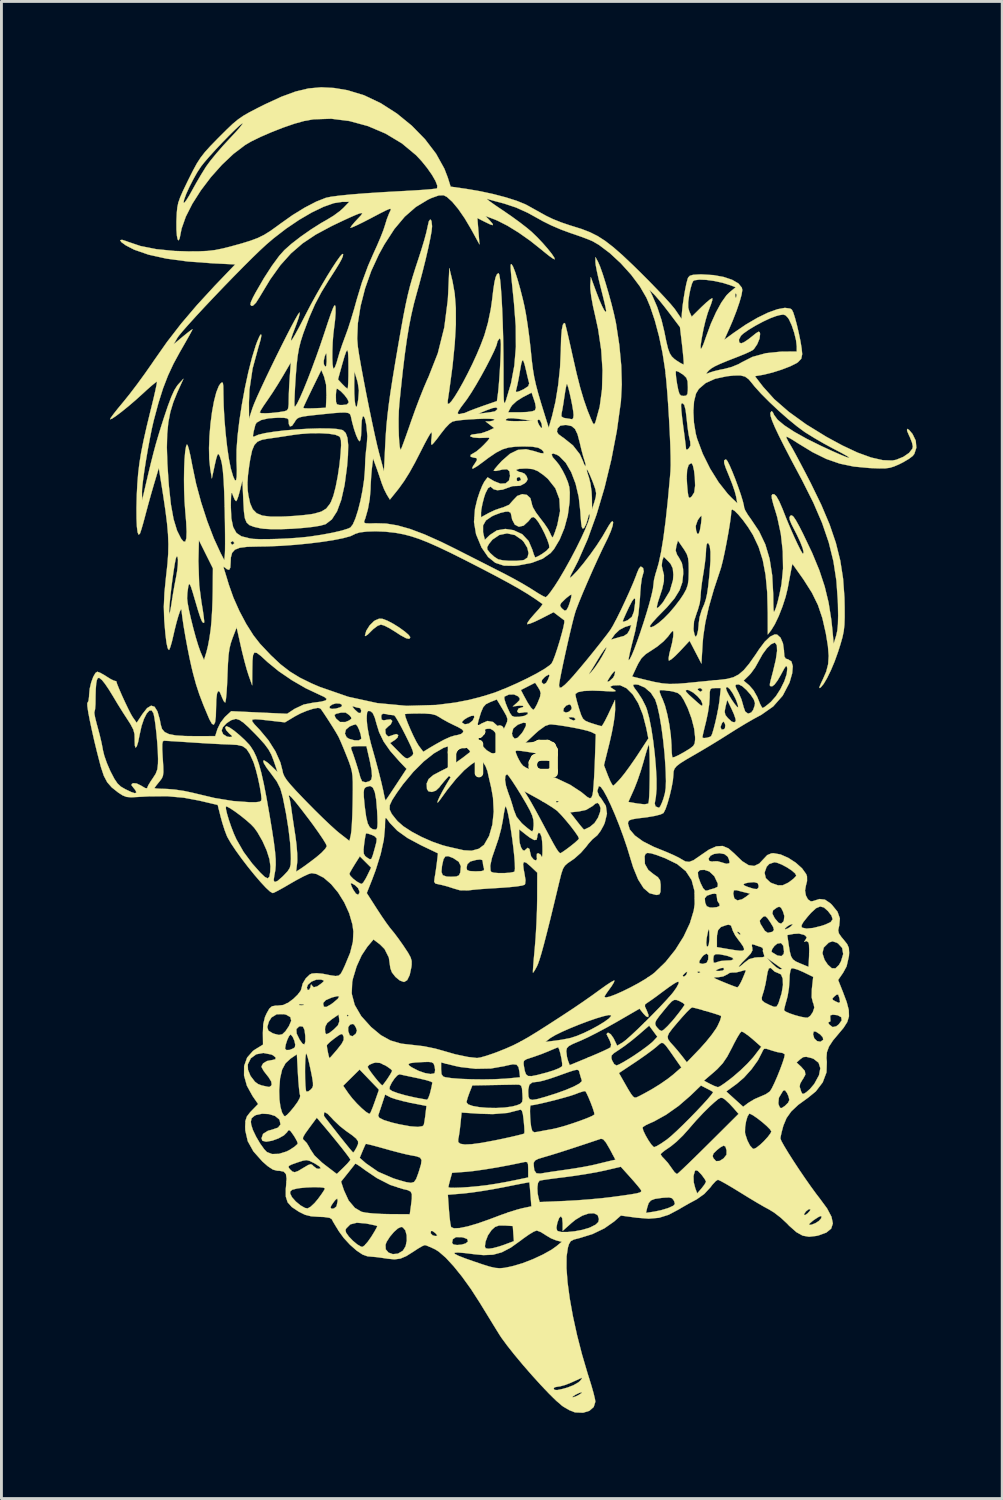
<source format=kicad_pcb>
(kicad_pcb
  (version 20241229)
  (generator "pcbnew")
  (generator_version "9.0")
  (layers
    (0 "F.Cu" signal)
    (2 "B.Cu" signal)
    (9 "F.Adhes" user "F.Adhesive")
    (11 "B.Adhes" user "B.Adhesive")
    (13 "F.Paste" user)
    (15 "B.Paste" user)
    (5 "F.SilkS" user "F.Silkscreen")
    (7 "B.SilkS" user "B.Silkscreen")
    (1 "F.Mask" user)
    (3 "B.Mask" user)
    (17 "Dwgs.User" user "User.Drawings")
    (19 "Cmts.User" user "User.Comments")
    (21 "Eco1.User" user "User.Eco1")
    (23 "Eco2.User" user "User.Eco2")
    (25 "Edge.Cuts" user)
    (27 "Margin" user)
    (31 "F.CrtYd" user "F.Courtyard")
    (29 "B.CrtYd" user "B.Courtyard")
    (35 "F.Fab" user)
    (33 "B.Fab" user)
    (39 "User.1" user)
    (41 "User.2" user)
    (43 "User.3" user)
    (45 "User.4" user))
  (footprint "rika"
    (layer "F.Cu")
    (at 14.547 23.317)
    (property "Reference" "rika" (at 0 0 0) (layer "F.SilkS") (effects (font (size 1.524 1.524) (thickness 0.3))))
    (attr through_hole)
    (fp_poly (pts (xy -4.212 -4.71) (xy -4.05 -4.648) (xy -4.029 -4.639) (xy -3.83 -4.534) (xy -3.622 -4.403) (xy -3.434 -4.267) (xy -3.297 -4.148) (xy -3.239 -4.068) (xy -3.239 -4.064) (xy -3.274 -4.008) (xy -3.383 -4.03) (xy -3.575 -4.133) (xy -3.767 -4.258) (xy -3.971 -4.384) (xy -4.15 -4.474) (xy -4.266 -4.508) (xy -4.383 -4.464) (xy -4.534 -4.35) (xy -4.611 -4.274) (xy -4.731 -4.156) (xy -4.809 -4.106) (xy -4.826 -4.118) (xy -4.779 -4.29) (xy -4.661 -4.478) (xy -4.51 -4.628) (xy -4.456 -4.661) (xy -4.328 -4.714) (xy -4.212 -4.71)) (stroke (width 0.01) (type solid)) (fill yes) (layer "F.SilkS"))
    (fp_poly (pts (xy -5.905 -23.288) (xy -5.435 -23.209) (xy -4.853 -23.032) (xy -4.271 -22.755) (xy -3.71 -22.396) (xy -3.187 -21.97) (xy -2.723 -21.495) (xy -2.336 -20.988) (xy -2.045 -20.463) (xy -1.927 -20.157) (xy -1.826 -19.835) (xy -1.278 -19.757) (xy -0.807 -19.677) (xy -0.337 -19.576) (xy 0.105 -19.46) (xy 0.487 -19.339) (xy 0.783 -19.219) (xy 0.857 -19.181) (xy 1.101 -19.045) (xy 1.376 -18.892) (xy 1.524 -18.81) (xy 1.753 -18.7) (xy 2.051 -18.581) (xy 2.361 -18.476) (xy 2.435 -18.454) (xy 2.763 -18.351) (xy 3.052 -18.239) (xy 3.319 -18.105) (xy 3.584 -17.935) (xy 3.867 -17.716) (xy 4.186 -17.437) (xy 4.56 -17.083) (xy 4.799 -16.849) (xy 5.11 -16.538) (xy 5.403 -16.236) (xy 5.662 -15.961) (xy 5.869 -15.732) (xy 6.008 -15.566) (xy 6.037 -15.526) (xy 6.255 -15.208) (xy 6.27 -15.431) (xy 6.293 -15.667) (xy 6.31 -15.784) (xy 6.488 -15.784) (xy 6.489 -15.604) (xy 6.528 -15.464) (xy 6.532 -15.456) (xy 6.611 -15.283) (xy 6.955 -15.623) (xy 7.123 -15.78) (xy 7.255 -15.889) (xy 7.328 -15.93) (xy 7.333 -15.929) (xy 7.33 -15.856) (xy 7.283 -15.709) (xy 7.245 -15.615) (xy 7.17 -15.41) (xy 7.091 -15.138) (xy 7.024 -14.855) (xy 7.022 -14.846) (xy 6.957 -14.505) (xy 6.924 -14.279) (xy 6.924 -14.168) (xy 6.954 -14.175) (xy 7.014 -14.301) (xy 7.103 -14.549) (xy 7.117 -14.589) (xy 7.281 -15.035) (xy 7.463 -15.439) (xy 7.649 -15.779) (xy 7.828 -16.031) (xy 7.837 -16.039) (xy 8.133 -16.039) (xy 8.145 -15.957) (xy 8.166 -15.956) (xy 8.182 -16.041) (xy 8.171 -16.077) (xy 8.143 -16.101) (xy 8.133 -16.039) (xy 7.837 -16.039) (xy 7.928 -16.13) (xy 8.15 -16.314) (xy 7.972 -16.382) (xy 7.698 -16.469) (xy 7.404 -16.533) (xy 7.12 -16.572) (xy 6.879 -16.581) (xy 6.711 -16.558) (xy 6.663 -16.531) (xy 6.618 -16.437) (xy 6.567 -16.257) (xy 6.524 -16.047) (xy 6.488 -15.784) (xy 6.31 -15.784) (xy 6.332 -15.94) (xy 6.379 -16.215) (xy 6.427 -16.452) (xy 6.472 -16.616) (xy 6.487 -16.653) (xy 6.545 -16.715) (xy 6.659 -16.749) (xy 6.857 -16.762) (xy 6.971 -16.763) (xy 7.372 -16.739) (xy 7.73 -16.674) (xy 8.027 -16.574) (xy 8.245 -16.447) (xy 8.365 -16.3) (xy 8.382 -16.217) (xy 8.356 -16.051) (xy 8.285 -15.797) (xy 8.178 -15.484) (xy 8.044 -15.14) (xy 7.93 -14.875) (xy 7.752 -14.478) (xy 8.083 -14.719) (xy 8.508 -15.009) (xy 8.913 -15.246) (xy 9.285 -15.427) (xy 9.61 -15.544) (xy 9.873 -15.593) (xy 10.06 -15.567) (xy 10.116 -15.529) (xy 10.165 -15.432) (xy 10.226 -15.241) (xy 10.294 -14.988) (xy 10.36 -14.704) (xy 10.418 -14.421) (xy 10.459 -14.171) (xy 10.477 -13.984) (xy 10.477 -13.967) (xy 10.445 -13.811) (xy 10.329 -13.69) (xy 10.271 -13.652) (xy 10.055 -13.545) (xy 9.761 -13.432) (xy 9.44 -13.33) (xy 9.138 -13.256) (xy 9.063 -13.242) (xy 8.824 -13.202) (xy 9.109 -12.831) (xy 9.499 -12.398) (xy 10.005 -11.957) (xy 10.617 -11.515) (xy 11.326 -11.079) (xy 11.887 -10.775) (xy 12.416 -10.527) (xy 12.89 -10.355) (xy 13.299 -10.262) (xy 13.632 -10.25) (xy 13.768 -10.276) (xy 14.021 -10.38) (xy 14.218 -10.516) (xy 14.333 -10.662) (xy 14.351 -10.739) (xy 14.323 -10.871) (xy 14.253 -11.053) (xy 14.223 -11.115) (xy 14.149 -11.287) (xy 14.15 -11.358) (xy 14.216 -11.324) (xy 14.339 -11.179) (xy 14.452 -10.945) (xy 14.473 -10.699) (xy 14.402 -10.481) (xy 14.345 -10.408) (xy 14.213 -10.308) (xy 14.015 -10.191) (xy 13.86 -10.113) (xy 13.691 -10.041) (xy 13.545 -9.996) (xy 13.385 -9.975) (xy 13.174 -9.973) (xy 12.877 -9.985) (xy 12.834 -9.987) (xy 12.288 -10.038) (xy 11.796 -10.14) (xy 11.324 -10.304) (xy 10.841 -10.542) (xy 10.312 -10.865) (xy 10.259 -10.9) (xy 10.088 -11.007) (xy 9.965 -11.073) (xy 9.921 -11.085) (xy 9.937 -11.022) (xy 10.006 -10.891) (xy 10.056 -10.809) (xy 10.135 -10.673) (xy 10.259 -10.446) (xy 10.416 -10.152) (xy 10.594 -9.813) (xy 10.779 -9.454) (xy 11.147 -8.697) (xy 11.437 -8.011) (xy 11.656 -7.368) (xy 11.811 -6.745) (xy 11.909 -6.115) (xy 11.957 -5.455) (xy 11.964 -5.112) (xy 11.965 -4.763) (xy 11.956 -4.499) (xy 11.932 -4.281) (xy 11.888 -4.067) (xy 11.816 -3.815) (xy 11.731 -3.548) (xy 11.613 -3.219) (xy 11.482 -2.908) (xy 11.35 -2.638) (xy 11.228 -2.431) (xy 11.127 -2.309) (xy 11.079 -2.286) (xy 11.087 -2.337) (xy 11.142 -2.467) (xy 11.201 -2.59) (xy 11.318 -2.859) (xy 11.386 -3.123) (xy 11.405 -3.412) (xy 11.378 -3.759) (xy 11.307 -4.193) (xy 11.306 -4.2) (xy 11.184 -4.735) (xy 11.029 -5.193) (xy 10.819 -5.622) (xy 10.534 -6.071) (xy 10.472 -6.16) (xy 10.134 -6.636) (xy 10.09 -6.413) (xy 10.055 -6.23) (xy 10.008 -5.982) (xy 9.971 -5.78) (xy 9.897 -5.476) (xy 9.787 -5.138) (xy 9.656 -4.804) (xy 9.519 -4.517) (xy 9.397 -4.318) (xy 9.274 -4.159) (xy 9.272 -4.923) (xy 9.254 -5.634) (xy 9.197 -6.242) (xy 9.098 -6.767) (xy 8.952 -7.227) (xy 8.755 -7.644) (xy 8.583 -7.92) (xy 8.406 -8.164) (xy 8.245 -8.357) (xy 8.115 -8.487) (xy 8.028 -8.538) (xy 8 -8.504) (xy 7.986 -8.328) (xy 7.95 -8.062) (xy 7.897 -7.737) (xy 7.833 -7.387) (xy 7.766 -7.045) (xy 7.7 -6.743) (xy 7.642 -6.515) (xy 7.62 -6.445) (xy 7.386 -5.738) (xy 7.21 -5.123) (xy 7.088 -4.581) (xy 7.014 -4.092) (xy 6.993 -3.842) (xy 6.951 -3.143) (xy 6.537 -3.94) (xy 6.196 -3.573) (xy 6.031 -3.407) (xy 5.898 -3.292) (xy 5.819 -3.247) (xy 5.81 -3.25) (xy 5.803 -3.329) (xy 5.829 -3.49) (xy 5.868 -3.64) (xy 5.925 -3.868) (xy 5.962 -4.075) (xy 5.969 -4.166) (xy 5.966 -4.266) (xy 5.943 -4.287) (xy 5.88 -4.221) (xy 5.783 -4.09) (xy 5.624 -3.919) (xy 5.406 -3.739) (xy 5.227 -3.62) (xy 5.005 -3.476) (xy 4.857 -3.335) (xy 4.742 -3.149) (xy 4.692 -3.047) (xy 4.526 -2.69) (xy 4.946 -2.586) (xy 5.299 -2.502) (xy 5.576 -2.452) (xy 5.826 -2.43) (xy 6.095 -2.435) (xy 6.43 -2.462) (xy 6.518 -2.471) (xy 6.849 -2.504) (xy 7.178 -2.536) (xy 7.293 -2.546) (xy 8.428 -2.546) (xy 8.626 -2.38) (xy 8.775 -2.208) (xy 8.904 -1.98) (xy 8.936 -1.9) (xy 9.007 -1.724) (xy 9.069 -1.611) (xy 9.095 -1.587) (xy 9.166 -1.627) (xy 9.295 -1.727) (xy 9.389 -1.809) (xy 9.56 -2.004) (xy 9.72 -2.255) (xy 9.853 -2.526) (xy 9.937 -2.778) (xy 9.956 -2.97) (xy 9.94 -3.049) (xy 9.91 -3.055) (xy 9.852 -2.974) (xy 9.755 -2.795) (xy 9.729 -2.746) (xy 9.614 -2.549) (xy 9.508 -2.407) (xy 9.432 -2.35) (xy 9.429 -2.349) (xy 9.375 -2.35) (xy 9.348 -2.37) (xy 9.347 -2.431) (xy 9.375 -2.559) (xy 9.433 -2.779) (xy 9.458 -2.873) (xy 9.555 -3.282) (xy 9.599 -3.587) (xy 9.591 -3.784) (xy 9.529 -3.87) (xy 9.505 -3.873) (xy 9.388 -3.82) (xy 9.242 -3.678) (xy 9.092 -3.474) (xy 8.958 -3.235) (xy 8.953 -3.224) (xy 8.829 -3.003) (xy 8.68 -2.799) (xy 8.621 -2.735) (xy 8.428 -2.546) (xy 7.293 -2.546) (xy 7.458 -2.562) (xy 7.582 -2.573) (xy 7.85 -2.607) (xy 8.068 -2.664) (xy 8.255 -2.761) (xy 8.433 -2.913) (xy 8.621 -3.137) (xy 8.84 -3.448) (xy 8.972 -3.647) (xy 9.168 -3.908) (xy 9.354 -4.085) (xy 9.516 -4.164) (xy 9.599 -4.159) (xy 9.72 -4.05) (xy 9.805 -3.85) (xy 9.842 -3.592) (xy 9.842 -3.557) (xy 9.855 -3.392) (xy 9.904 -3.315) (xy 9.985 -3.291) (xy 10.101 -3.218) (xy 10.149 -3.051) (xy 10.128 -2.804) (xy 10.038 -2.49) (xy 10.03 -2.468) (xy 9.796 -2.021) (xy 9.462 -1.642) (xy 9.043 -1.348) (xy 8.993 -1.322) (xy 8.78 -1.207) (xy 8.499 -1.045) (xy 8.191 -0.858) (xy 7.938 -0.699) (xy 7.613 -0.494) (xy 7.261 -0.278) (xy 6.93 -0.081) (xy 6.731 0.035) (xy 6.426 0.211) (xy 6.216 0.342) (xy 6.082 0.446) (xy 6.008 0.538) (xy 5.976 0.635) (xy 5.969 0.754) (xy 5.969 0.76) (xy 5.952 0.951) (xy 5.906 1.201) (xy 5.842 1.474) (xy 5.768 1.736) (xy 5.694 1.949) (xy 5.629 2.078) (xy 5.619 2.09) (xy 5.516 2.139) (xy 5.316 2.189) (xy 5.052 2.234) (xy 4.957 2.246) (xy 4.685 2.279) (xy 4.515 2.31) (xy 4.424 2.346) (xy 4.388 2.396) (xy 4.381 2.458) (xy 4.443 2.663) (xy 4.621 2.873) (xy 4.904 3.078) (xy 5.284 3.271) (xy 5.447 3.337) (xy 5.726 3.45) (xy 5.976 3.559) (xy 6.164 3.651) (xy 6.233 3.692) (xy 6.387 3.78) (xy 6.524 3.797) (xy 6.678 3.737) (xy 6.762 3.679) (xy 7.2 3.679) (xy 7.224 3.763) (xy 7.326 3.788) (xy 7.362 3.779) (xy 7.507 3.774) (xy 7.627 3.805) (xy 7.824 3.864) (xy 7.924 3.845) (xy 7.938 3.806) (xy 7.91 3.699) (xy 7.872 3.615) (xy 7.759 3.525) (xy 7.583 3.492) (xy 7.391 3.52) (xy 7.273 3.578) (xy 7.2 3.679) (xy 6.762 3.679) (xy 6.886 3.594) (xy 6.903 3.581) (xy 7.216 3.367) (xy 7.473 3.253) (xy 7.694 3.24) (xy 7.899 3.326) (xy 8.108 3.51) (xy 8.118 3.521) (xy 8.381 3.774) (xy 8.604 3.913) (xy 8.799 3.939) (xy 8.975 3.856) (xy 9.108 3.715) (xy 9.254 3.56) (xy 9.401 3.498) (xy 9.474 3.493) (xy 9.72 3.537) (xy 9.991 3.656) (xy 10.253 3.826) (xy 10.473 4.023) (xy 10.617 4.224) (xy 10.646 4.302) (xy 10.648 4.467) (xy 10.607 4.63) (xy 10.577 4.799) (xy 10.607 4.971) (xy 10.679 5.109) (xy 10.779 5.178) (xy 10.847 5.171) (xy 11.084 5.097) (xy 11.273 5.118) (xy 11.457 5.241) (xy 11.516 5.297) (xy 11.714 5.541) (xy 11.797 5.776) (xy 11.775 6.026) (xy 11.766 6.058) (xy 11.738 6.189) (xy 11.761 6.297) (xy 11.85 6.427) (xy 11.922 6.512) (xy 12.052 6.675) (xy 12.111 6.809) (xy 12.121 6.977) (xy 12.114 7.093) (xy 12.032 7.453) (xy 11.911 7.676) (xy 11.736 7.93) (xy 11.901 8.344) (xy 12.036 8.704) (xy 12.108 8.98) (xy 12.115 9.202) (xy 12.056 9.4) (xy 11.928 9.602) (xy 11.78 9.779) (xy 11.555 10.047) (xy 11.414 10.263) (xy 11.343 10.457) (xy 11.328 10.66) (xy 11.341 10.795) (xy 11.328 11.163) (xy 11.196 11.513) (xy 10.954 11.83) (xy 10.684 12.05) (xy 10.34 12.3) (xy 10.096 12.529) (xy 9.93 12.762) (xy 9.822 13.021) (xy 9.815 13.043) (xy 9.76 13.249) (xy 9.724 13.413) (xy 9.716 13.476) (xy 9.75 13.566) (xy 9.846 13.739) (xy 9.989 13.976) (xy 10.167 14.256) (xy 10.367 14.56) (xy 10.576 14.867) (xy 10.78 15.158) (xy 10.966 15.413) (xy 11.088 15.571) (xy 11.349 15.926) (xy 11.503 16.217) (xy 11.551 16.451) (xy 11.491 16.634) (xy 11.323 16.771) (xy 11.047 16.871) (xy 10.975 16.887) (xy 10.719 16.917) (xy 10.496 16.878) (xy 10.277 16.757) (xy 10.033 16.542) (xy 9.998 16.506) (xy 10.722 16.506) (xy 10.814 16.492) (xy 10.947 16.438) (xy 11.061 16.364) (xy 11.139 16.276) (xy 11.158 16.209) (xy 11.123 16.192) (xy 11.045 16.227) (xy 10.91 16.314) (xy 10.858 16.351) (xy 10.735 16.457) (xy 10.722 16.506) (xy 9.998 16.506) (xy 9.944 16.45) (xy 9.732 16.253) (xy 9.595 16.147) (xy 10.541 16.147) (xy 10.58 16.159) (xy 10.668 16.097) (xy 10.752 16.003) (xy 10.765 15.951) (xy 10.7 15.958) (xy 10.611 16.028) (xy 10.548 16.116) (xy 10.541 16.147) (xy 9.595 16.147) (xy 9.497 16.071) (xy 9.321 15.963) (xy 9.145 15.868) (xy 8.895 15.723) (xy 8.605 15.549) (xy 8.307 15.365) (xy 8.305 15.364) (xy 8.036 15.199) (xy 7.803 15.062) (xy 7.628 14.966) (xy 7.533 14.923) (xy 7.527 14.922) (xy 7.451 14.97) (xy 7.337 15.093) (xy 7.261 15.192) (xy 7.05 15.419) (xy 6.789 15.605) (xy 6.759 15.621) (xy 6.511 15.754) (xy 6.251 15.903) (xy 6.162 15.957) (xy 5.804 16.147) (xy 5.466 16.253) (xy 5.105 16.284) (xy 4.686 16.25) (xy 4.132 16.175) (xy 3.896 16.383) (xy 3.555 16.622) (xy 3.137 16.823) (xy 2.688 16.962) (xy 2.683 16.963) (xy 2.487 17.014) (xy 2.377 17.073) (xy 2.316 17.174) (xy 2.278 17.298) (xy 2.232 17.606) (xy 2.229 18.015) (xy 2.266 18.511) (xy 2.342 19.077) (xy 2.453 19.696) (xy 2.597 20.353) (xy 2.771 21.032) (xy 2.972 21.715) (xy 3.015 21.849) (xy 3.105 22.14) (xy 3.178 22.399) (xy 3.225 22.596) (xy 3.239 22.69) (xy 3.182 22.874) (xy 3.031 23.007) (xy 2.811 23.075) (xy 2.549 23.065) (xy 2.501 23.055) (xy 2.327 22.985) (xy 2.127 22.869) (xy 2.063 22.823) (xy 1.869 22.655) (xy 1.75 22.538) (xy 2.443 22.538) (xy 2.445 22.538) (xy 2.542 22.509) (xy 2.667 22.447) (xy 2.76 22.384) (xy 2.764 22.357) (xy 2.762 22.357) (xy 2.665 22.386) (xy 2.54 22.447) (xy 2.447 22.51) (xy 2.443 22.538) (xy 1.75 22.538) (xy 1.617 22.407) (xy 1.444 22.225) (xy 1.778 22.225) (xy 1.806 22.275) (xy 1.904 22.282) (xy 2.09 22.243) (xy 2.264 22.194) (xy 2.474 22.112) (xy 2.647 22.012) (xy 2.704 21.962) (xy 2.771 21.875) (xy 2.765 21.852) (xy 2.762 21.853) (xy 2.672 21.894) (xy 2.509 21.968) (xy 2.392 22.021) (xy 2.186 22.103) (xy 2.002 22.153) (xy 1.931 22.162) (xy 1.815 22.184) (xy 1.778 22.225) (xy 1.444 22.225) (xy 1.326 22.101) (xy 1.015 21.758) (xy 0.704 21.401) (xy 0.411 21.05) (xy 0.155 20.727) (xy -0.045 20.455) (xy -0.122 20.338) (xy -0.319 20.019) (xy -0.542 19.655) (xy -0.754 19.31) (xy -0.816 19.209) (xy -1.116 18.744) (xy -1.423 18.318) (xy -1.721 17.948) (xy -1.997 17.649) (xy -2.195 17.477) (xy -1.69 17.477) (xy -1.684 17.514) (xy -1.556 17.581) (xy -1.305 17.679) (xy -1.048 17.769) (xy -0.707 17.885) (xy -0.457 17.963) (xy -0.266 18.006) (xy -0.106 18.019) (xy 0.054 18.005) (xy 0.244 17.967) (xy 0.377 17.936) (xy 0.701 17.839) (xy 1.058 17.7) (xy 1.405 17.538) (xy 1.703 17.372) (xy 1.873 17.251) (xy 2.064 17.093) (xy 1.873 17.045) (xy 1.691 16.973) (xy 1.502 16.861) (xy 1.486 16.849) (xy 1.33 16.752) (xy 1.198 16.702) (xy 1.18 16.701) (xy 1.083 16.738) (xy 0.917 16.838) (xy 0.713 16.981) (xy 0.63 17.045) (xy 0.277 17.298) (xy -0.035 17.461) (xy -0.341 17.545) (xy -0.676 17.559) (xy -0.965 17.532) (xy -1.331 17.487) (xy -1.572 17.468) (xy -1.69 17.477) (xy -2.195 17.477) (xy -2.239 17.439) (xy -2.363 17.36) (xy -2.545 17.274) (xy -2.601 17.252) (xy -0.627 17.252) (xy -0.602 17.319) (xy -0.513 17.335) (xy -0.486 17.335) (xy -0.337 17.313) (xy -0.125 17.256) (xy 0.033 17.203) (xy 0.388 17.07) (xy 0.368 16.806) (xy 0.354 16.603) (xy 1.876 16.603) (xy 1.901 16.697) (xy 1.922 16.717) (xy 2.05 16.75) (xy 2.261 16.751) (xy 2.517 16.725) (xy 2.78 16.676) (xy 3.011 16.608) (xy 3.068 16.585) (xy 3.252 16.491) (xy 3.342 16.402) (xy 3.365 16.296) (xy 3.319 16.158) (xy 3.192 16.095) (xy 3.007 16.102) (xy 2.785 16.177) (xy 2.548 16.318) (xy 2.412 16.428) (xy 2.095 16.712) (xy 2.095 16.452) (xy 2.078 16.266) (xy 2.033 16.201) (xy 1.971 16.261) (xy 1.909 16.428) (xy 1.876 16.603) (xy 0.354 16.603) (xy 0.349 16.542) (xy 0.062 16.523) (xy -0.136 16.524) (xy -0.271 16.573) (xy -0.393 16.682) (xy -0.521 16.869) (xy -0.603 17.084) (xy -0.605 17.097) (xy -0.627 17.252) (xy -2.601 17.252) (xy -2.684 17.219) (xy -2.73 17.209) (xy -2.814 17.242) (xy -2.966 17.33) (xy -3.121 17.432) (xy -3.378 17.594) (xy -3.586 17.682) (xy -3.791 17.708) (xy -4.039 17.684) (xy -4.049 17.682) (xy -4.257 17.651) (xy -4.43 17.628) (xy -4.477 17.624) (xy -4.653 17.609) (xy -4.737 17.601) (xy -4.908 17.54) (xy -5.121 17.397) (xy -5.349 17.195) (xy -5.566 16.959) (xy -5.717 16.753) (xy -5.761 16.684) (xy -5.507 16.684) (xy -5.484 16.776) (xy -5.387 16.911) (xy -5.247 17.057) (xy -5.096 17.184) (xy -4.963 17.261) (xy -4.915 17.272) (xy -4.84 17.222) (xy -4.815 17.193) (xy -4.105 17.193) (xy -4.097 17.357) (xy -4 17.471) (xy -3.848 17.525) (xy -3.671 17.508) (xy -3.503 17.409) (xy -3.493 17.399) (xy -3.402 17.249) (xy -3.377 17.133) (xy -1.777 17.133) (xy -1.725 17.188) (xy -1.599 17.206) (xy -1.443 17.192) (xy -1.303 17.151) (xy -1.224 17.087) (xy -1.22 17.074) (xy -1.246 16.996) (xy -1.373 16.946) (xy -1.439 16.933) (xy -1.64 16.929) (xy -1.749 17.003) (xy -1.777 17.133) (xy -3.377 17.133) (xy -3.361 17.057) (xy -3.365 16.858) (xy -3.383 16.795) (xy -2.526 16.795) (xy -2.455 16.867) (xy -2.364 16.891) (xy -2.294 16.882) (xy -2.318 16.834) (xy -2.366 16.784) (xy -2.462 16.716) (xy -2.513 16.716) (xy -2.526 16.795) (xy -3.383 16.795) (xy -3.413 16.689) (xy -3.501 16.588) (xy -3.558 16.573) (xy -3.669 16.623) (xy -3.811 16.749) (xy -3.952 16.916) (xy -4.063 17.089) (xy -4.105 17.193) (xy -4.815 17.193) (xy -4.725 17.091) (xy -4.602 16.916) (xy -4.49 16.733) (xy -4.415 16.599) (xy -4.394 16.541) (xy -4.462 16.52) (xy -4.618 16.486) (xy -4.79 16.452) (xy -5.109 16.426) (xy -5.337 16.483) (xy -5.481 16.627) (xy -5.507 16.684) (xy -5.761 16.684) (xy -5.842 16.554) (xy -5.939 16.392) (xy -5.986 16.301) (xy -5.986 16.3) (xy -6.065 16.254) (xy -6.253 16.226) (xy -6.427 16.219) (xy -6.707 16.201) (xy -6.923 16.147) (xy -7.137 16.041) (xy -7.384 15.876) (xy -7.53 15.713) (xy -7.594 15.513) (xy -7.595 15.401) (xy -7.443 15.401) (xy -7.379 15.532) (xy -7.246 15.682) (xy -7.082 15.818) (xy -6.924 15.908) (xy -6.831 15.925) (xy -6.769 15.891) (xy -6.031 15.891) (xy -5.992 15.939) (xy -5.906 15.924) (xy -5.829 15.861) (xy -5.817 15.838) (xy -5.783 15.683) (xy -5.78 15.632) (xy -5.798 15.58) (xy -5.858 15.627) (xy -5.905 15.684) (xy -5.993 15.809) (xy -6.031 15.89) (xy -6.031 15.891) (xy -6.769 15.891) (xy -6.727 15.867) (xy -6.586 15.735) (xy -6.464 15.589) (xy -6.338 15.416) (xy -6.251 15.283) (xy -6.223 15.224) (xy -6.281 15.198) (xy -6.431 15.184) (xy -6.64 15.182) (xy -6.874 15.192) (xy -7.101 15.214) (xy -7.207 15.23) (xy -7.373 15.273) (xy -7.44 15.334) (xy -7.443 15.401) (xy -7.595 15.401) (xy -7.595 15.241) (xy -7.585 15.141) (xy -7.575 14.987) (xy -5.661 14.987) (xy -5.561 15.288) (xy -5.396 15.648) (xy -5.177 15.906) (xy -4.946 16.042) (xy -4.794 16.074) (xy -4.55 16.1) (xy -4.249 16.118) (xy -3.993 16.124) (xy -3.256 16.129) (xy -3.215 15.834) (xy -3.184 15.581) (xy -3.183 15.447) (xy -1.923 15.447) (xy -1.885 15.98) (xy -1.863 16.232) (xy -1.838 16.438) (xy -1.813 16.563) (xy -1.806 16.58) (xy -1.709 16.621) (xy -1.511 16.612) (xy -1.228 16.554) (xy -0.874 16.45) (xy -0.463 16.305) (xy -0.381 16.274) (xy -0.063 16.154) (xy 0.148 16.081) (xy 5.01 16.081) (xy 5.302 16.037) (xy 5.538 15.988) (xy 5.764 15.92) (xy 5.813 15.902) (xy 5.967 15.831) (xy 6.023 15.77) (xy 6.002 15.685) (xy 5.973 15.629) (xy 5.918 15.566) (xy 5.819 15.541) (xy 5.641 15.549) (xy 5.56 15.557) (xy 5.325 15.591) (xy 5.184 15.645) (xy 5.104 15.739) (xy 5.054 15.895) (xy 5.053 15.899) (xy 5.01 16.081) (xy 0.148 16.081) (xy 0.246 16.047) (xy 0.51 15.964) (xy 0.674 15.921) (xy 1 15.852) (xy 0.968 15.435) (xy 0.95 15.222) (xy 0.948 15.195) (xy 1.209 15.195) (xy 1.219 15.4) (xy 1.249 15.551) (xy 1.289 15.702) (xy 2.185 15.664) (xy 2.596 15.641) (xy 3.043 15.607) (xy 3.472 15.567) (xy 3.81 15.527) (xy 4.204 15.474) (xy 4.489 15.432) (xy 4.679 15.399) (xy 4.791 15.369) (xy 4.841 15.338) (xy 4.844 15.301) (xy 4.816 15.254) (xy 4.81 15.245) (xy 4.728 15.142) (xy 4.591 14.981) (xy 4.43 14.8) (xy 4.417 14.785) (xy 6.674 14.785) (xy 6.682 15.012) (xy 6.736 15.22) (xy 6.804 15.399) (xy 6.958 15.221) (xy 7.059 15.09) (xy 7.11 14.997) (xy 7.112 14.987) (xy 7.074 14.908) (xy 6.98 14.777) (xy 6.944 14.732) (xy 6.826 14.611) (xy 6.753 14.588) (xy 6.723 14.616) (xy 6.674 14.785) (xy 4.417 14.785) (xy 4.13 14.467) (xy 3.573 14.597) (xy 3.281 14.658) (xy 2.912 14.722) (xy 2.518 14.783) (xy 2.191 14.827) (xy 1.876 14.866) (xy 1.603 14.902) (xy 1.4 14.932) (xy 1.292 14.952) (xy 1.286 14.954) (xy 1.232 15.033) (xy 1.209 15.195) (xy 0.948 15.195) (xy 0.936 15.069) (xy 0.928 15.01) (xy 0.867 15.019) (xy 0.704 15.049) (xy 0.461 15.096) (xy 0.161 15.156) (xy 0.042 15.18) (xy -0.336 15.251) (xy -0.726 15.316) (xy -1.084 15.368) (xy -1.366 15.401) (xy -1.379 15.402) (xy -1.923 15.447) (xy -3.183 15.447) (xy -3.183 15.424) (xy -3.227 15.335) (xy -3.33 15.284) (xy -3.494 15.246) (xy -3.688 15.183) (xy -1.905 15.183) (xy -1.846 15.2) (xy -1.687 15.203) (xy -1.454 15.195) (xy -1.173 15.176) (xy -0.869 15.148) (xy -0.568 15.113) (xy -0.54 15.109) (xy -0.241 15.063) (xy 0.104 15.002) (xy 0.397 14.944) (xy 0.889 14.841) (xy 0.889 14.557) (xy 0.883 14.383) (xy 0.882 14.379) (xy 1.079 14.379) (xy 1.102 14.59) (xy 1.176 14.695) (xy 1.313 14.706) (xy 1.326 14.704) (xy 1.457 14.681) (xy 1.679 14.646) (xy 1.958 14.606) (xy 2.176 14.575) (xy 2.505 14.526) (xy 2.83 14.471) (xy 3.104 14.418) (xy 3.224 14.391) (xy 3.458 14.334) (xy 3.668 14.283) (xy 3.765 14.26) (xy 3.942 14.22) (xy 3.841 14.03) (xy 5.524 14.03) (xy 5.567 14.103) (xy 5.654 14.194) (xy 5.775 14.328) (xy 5.9 14.502) (xy 5.915 14.524) (xy 6.01 14.655) (xy 6.087 14.718) (xy 6.101 14.719) (xy 6.16 14.671) (xy 6.295 14.545) (xy 6.494 14.355) (xy 6.742 14.114) (xy 6.765 14.092) (xy 7.343 14.092) (xy 7.369 14.166) (xy 7.464 14.27) (xy 7.589 14.263) (xy 7.727 14.175) (xy 7.829 14.046) (xy 7.831 13.891) (xy 7.792 13.762) (xy 7.729 13.727) (xy 7.618 13.785) (xy 7.498 13.88) (xy 7.375 14) (xy 7.343 14.092) (xy 6.765 14.092) (xy 7.026 13.834) (xy 7.203 13.659) (xy 7.607 13.258) (xy 8.476 13.258) (xy 8.484 13.317) (xy 8.558 13.543) (xy 8.651 13.725) (xy 8.746 13.829) (xy 8.786 13.843) (xy 8.874 13.801) (xy 9.013 13.691) (xy 9.134 13.576) (xy 9.276 13.421) (xy 9.372 13.292) (xy 9.398 13.232) (xy 9.352 13.158) (xy 9.235 13.039) (xy 9.076 12.901) (xy 8.905 12.768) (xy 8.752 12.663) (xy 8.648 12.611) (xy 8.625 12.611) (xy 8.565 12.705) (xy 8.514 12.876) (xy 8.481 13.076) (xy 8.476 13.258) (xy 7.607 13.258) (xy 8.251 12.617) (xy 8.078 12.416) (xy 7.931 12.258) (xy 7.788 12.126) (xy 7.767 12.108) (xy 7.693 12.06) (xy 7.626 12.052) (xy 7.539 12.098) (xy 7.405 12.209) (xy 7.249 12.351) (xy 7.019 12.578) (xy 6.763 12.851) (xy 6.533 13.115) (xy 6.512 13.141) (xy 6.304 13.373) (xy 6.079 13.591) (xy 5.877 13.756) (xy 5.838 13.782) (xy 5.67 13.897) (xy 5.556 13.989) (xy 5.524 14.03) (xy 3.841 14.03) (xy 3.738 13.837) (xy 3.609 13.617) (xy 3.511 13.505) (xy 3.434 13.487) (xy 2.891 13.669) (xy 2.402 13.83) (xy 1.984 13.965) (xy 1.654 14.067) (xy 1.445 14.128) (xy 1.238 14.191) (xy 1.127 14.25) (xy 1.084 14.323) (xy 1.079 14.379) (xy 0.882 14.379) (xy 0.854 14.306) (xy 0.786 14.296) (xy 0.746 14.304) (xy 0.275 14.401) (xy -0.2 14.49) (xy -0.646 14.563) (xy -1.031 14.617) (xy -1.284 14.643) (xy -1.775 14.679) (xy -1.84 14.912) (xy -1.882 15.072) (xy -1.904 15.174) (xy -1.905 15.183) (xy -3.688 15.183) (xy -3.937 15.103) (xy -4.405 14.864) (xy -4.812 14.589) (xy -4.983 14.463) (xy -5.109 14.38) (xy -5.163 14.358) (xy -5.208 14.417) (xy -5.309 14.545) (xy -5.42 14.685) (xy -5.661 14.987) (xy -7.575 14.987) (xy -7.567 14.881) (xy -7.59 14.721) (xy -7.667 14.638) (xy -7.812 14.608) (xy -7.894 14.606) (xy -8.043 14.567) (xy -8.16 14.49) (xy -7.498 14.49) (xy -7.45 14.554) (xy -7.363 14.636) (xy -7.28 14.658) (xy -7.164 14.616) (xy -6.98 14.506) (xy -6.973 14.502) (xy -6.811 14.406) (xy -6.718 14.377) (xy -6.659 14.407) (xy -6.634 14.438) (xy -6.521 14.525) (xy -6.45 14.541) (xy -6.372 14.521) (xy -6.413 14.459) (xy -6.573 14.356) (xy -6.631 14.325) (xy -6.766 14.259) (xy -6.872 14.235) (xy -6.998 14.255) (xy -7.193 14.317) (xy -7.206 14.322) (xy -7.398 14.391) (xy -7.489 14.44) (xy -7.498 14.49) (xy -8.16 14.49) (xy -8.231 14.443) (xy -8.413 14.283) (xy -8.728 13.929) (xy -8.926 13.573) (xy -9.012 13.197) (xy -9.017 13.068) (xy -9.008 12.888) (xy -8.818 12.888) (xy -8.805 12.997) (xy -8.746 13.181) (xy -8.634 13.415) (xy -8.493 13.654) (xy -8.35 13.854) (xy -8.256 13.952) (xy -8.076 14.022) (xy -7.834 14.015) (xy -7.569 13.933) (xy -7.451 13.872) (xy -7.293 13.768) (xy -7.193 13.679) (xy -7.176 13.646) (xy -7.209 13.558) (xy -7.241 13.501) (xy -6.995 13.501) (xy -6.951 13.543) (xy -6.861 13.636) (xy -6.765 13.795) (xy -6.742 13.845) (xy -6.592 14.07) (xy -6.327 14.322) (xy -6.223 14.404) (xy -5.81 14.719) (xy -5.572 14.49) (xy -5.437 14.353) (xy -5.351 14.25) (xy -5.334 14.217) (xy -5.371 14.155) (xy -5.008 14.155) (xy -4.788 14.348) (xy -4.362 14.643) (xy -3.827 14.874) (xy -3.651 14.929) (xy -3.387 15.004) (xy -3.215 15.031) (xy -3.107 15) (xy -3.033 14.896) (xy -2.963 14.709) (xy -2.935 14.624) (xy -2.862 14.382) (xy -2.844 14.233) (xy -2.894 14.148) (xy -3.026 14.1) (xy -3.2 14.069) (xy -3.372 14.034) (xy -3.626 13.972) (xy -3.922 13.894) (xy -4.12 13.838) (xy -4.389 13.763) (xy -4.608 13.705) (xy -4.752 13.671) (xy -4.796 13.666) (xy -4.829 13.731) (xy -4.889 13.869) (xy -4.91 13.92) (xy -5.008 14.155) (xy -5.371 14.155) (xy -5.372 14.153) (xy -5.477 14.011) (xy -5.633 13.81) (xy -5.826 13.57) (xy -6.039 13.309) (xy -6.257 13.048) (xy -6.329 12.964) (xy -6.51 12.751) (xy -6.782 13.118) (xy -6.921 13.312) (xy -6.989 13.432) (xy -6.995 13.501) (xy -7.241 13.501) (xy -7.292 13.413) (xy -7.329 13.357) (xy -7.426 13.221) (xy -7.484 13.18) (xy -7.529 13.221) (xy -7.549 13.257) (xy -7.66 13.367) (xy -7.849 13.473) (xy -8.07 13.554) (xy -8.274 13.589) (xy -8.288 13.589) (xy -8.414 13.557) (xy -8.445 13.47) (xy -8.39 13.315) (xy -8.22 13.208) (xy -8.076 13.169) (xy -7.867 13.097) (xy -7.779 12.986) (xy -7.811 12.837) (xy -7.832 12.802) (xy -7.972 12.689) (xy -8.184 12.623) (xy -8.422 12.61) (xy -8.636 12.656) (xy -8.691 12.684) (xy -8.792 12.77) (xy -8.818 12.888) (xy -9.008 12.888) (xy -9.006 12.855) (xy -8.956 12.706) (xy -8.843 12.56) (xy -8.79 12.505) (xy -8.563 12.272) (xy -8.756 11.994) (xy -8.857 11.812) (xy -7.827 11.812) (xy -7.818 12.105) (xy -7.783 12.366) (xy -7.727 12.567) (xy -7.658 12.683) (xy -7.618 12.7) (xy -7.588 12.678) (xy -6.26 12.678) (xy -6.238 12.719) (xy -5.963 13.073) (xy -5.718 13.386) (xy -5.512 13.644) (xy -5.357 13.835) (xy -5.261 13.946) (xy -5.236 13.97) (xy -5.192 13.92) (xy -5.121 13.798) (xy -5.114 13.784) (xy -5.065 13.671) (xy -5.065 13.579) (xy -5.115 13.504) (xy -1.561 13.504) (xy -1.56 13.602) (xy -1.486 13.663) (xy -1.331 13.688) (xy -1.086 13.677) (xy -0.741 13.63) (xy -0.289 13.546) (xy -0.004 13.487) (xy 0.284 13.424) (xy 0.522 13.368) (xy 0.686 13.326) (xy 0.75 13.305) (xy 0.758 13.232) (xy 0.751 13.07) (xy 0.732 12.857) (xy 0.704 12.632) (xy 0.674 12.519) (xy 0.952 12.519) (xy 0.957 12.708) (xy 0.97 12.903) (xy 0.991 13.065) (xy 0.993 13.079) (xy 1.033 13.217) (xy 1.102 13.26) (xy 1.232 13.242) (xy 1.416 13.206) (xy 1.649 13.163) (xy 1.746 13.146) (xy 1.934 13.103) (xy 1.949 13.099) (xy 4.89 13.099) (xy 4.92 13.209) (xy 4.997 13.369) (xy 5.097 13.542) (xy 5.198 13.689) (xy 5.278 13.772) (xy 5.296 13.78) (xy 5.388 13.744) (xy 5.546 13.65) (xy 5.739 13.517) (xy 5.756 13.504) (xy 5.896 13.388) (xy 6.084 13.216) (xy 6.304 13.004) (xy 6.539 12.77) (xy 6.772 12.531) (xy 6.987 12.303) (xy 7.167 12.105) (xy 7.296 11.952) (xy 7.357 11.863) (xy 7.359 11.849) (xy 7.33 11.832) (xy 7.821 11.832) (xy 8.116 12.099) (xy 8.412 12.366) (xy 8.564 12.253) (xy 9.643 12.253) (xy 9.659 12.307) (xy 9.704 12.404) (xy 9.761 12.412) (xy 9.872 12.338) (xy 9.984 12.228) (xy 10.029 12.129) (xy 9.999 12.002) (xy 9.947 11.886) (xy 9.876 11.79) (xy 9.817 11.802) (xy 9.799 11.823) (xy 9.662 12.052) (xy 9.643 12.253) (xy 8.564 12.253) (xy 8.603 12.224) (xy 8.804 12.102) (xy 9.021 12.008) (xy 9.025 12.007) (xy 9.204 11.929) (xy 9.339 11.836) (xy 9.351 11.824) (xy 9.417 11.718) (xy 9.506 11.535) (xy 9.606 11.307) (xy 9.704 11.062) (xy 9.789 10.833) (xy 9.794 10.819) (xy 10.282 10.819) (xy 10.443 10.968) (xy 10.57 11.113) (xy 10.59 11.241) (xy 10.506 11.396) (xy 10.483 11.426) (xy 10.406 11.561) (xy 10.389 11.664) (xy 10.443 11.838) (xy 10.484 11.914) (xy 10.537 11.912) (xy 10.621 11.859) (xy 10.752 11.744) (xy 10.888 11.583) (xy 10.908 11.554) (xy 11.066 11.263) (xy 11.113 11.018) (xy 11.051 10.826) (xy 10.88 10.692) (xy 10.795 10.66) (xy 10.622 10.619) (xy 10.512 10.63) (xy 10.412 10.702) (xy 10.282 10.819) (xy 9.794 10.819) (xy 9.848 10.649) (xy 9.869 10.541) (xy 9.867 10.529) (xy 9.783 10.482) (xy 9.728 10.475) (xy 9.6 10.452) (xy 9.42 10.4) (xy 9.378 10.386) (xy 9.222 10.336) (xy 9.142 10.34) (xy 9.095 10.409) (xy 9.079 10.449) (xy 8.93 10.74) (xy 8.705 11.054) (xy 8.44 11.348) (xy 8.191 11.562) (xy 7.821 11.832) (xy 7.33 11.832) (xy 7.291 11.808) (xy 7.157 11.737) (xy 7.135 11.726) (xy 6.935 11.624) (xy 6.563 11.982) (xy 6.154 12.336) (xy 5.716 12.645) (xy 5.29 12.882) (xy 5.175 12.932) (xy 5.009 13.009) (xy 4.906 13.075) (xy 4.89 13.099) (xy 1.949 13.099) (xy 2.178 13.034) (xy 2.448 12.947) (xy 2.716 12.854) (xy 2.951 12.765) (xy 3.124 12.69) (xy 3.205 12.639) (xy 3.206 12.637) (xy 3.196 12.564) (xy 3.148 12.414) (xy 3.077 12.225) (xy 2.999 12.037) (xy 2.929 11.887) (xy 2.886 11.819) (xy 2.819 11.827) (xy 2.671 11.874) (xy 2.526 11.93) (xy 2.369 11.983) (xy 2.134 12.051) (xy 1.857 12.126) (xy 1.568 12.198) (xy 1.303 12.26) (xy 1.093 12.303) (xy 0.973 12.319) (xy 0.957 12.376) (xy 0.952 12.519) (xy 0.674 12.519) (xy 0.672 12.511) (xy 0.628 12.469) (xy 0.582 12.477) (xy 0.169 12.583) (xy -0.347 12.624) (xy -0.799 12.612) (xy -1.442 12.57) (xy -1.482 12.968) (xy -1.509 13.203) (xy -1.539 13.403) (xy -1.561 13.504) (xy -5.115 13.504) (xy -5.127 13.485) (xy -5.268 13.367) (xy -5.492 13.209) (xy -5.707 13.039) (xy -5.921 12.835) (xy -5.989 12.76) (xy -6.072 12.675) (xy -4.362 12.675) (xy -4.326 12.751) (xy -4.164 12.833) (xy -3.878 12.921) (xy -3.619 12.982) (xy -3.242 13.051) (xy -2.971 13.072) (xy -2.81 13.046) (xy -2.766 13.002) (xy -2.744 12.894) (xy -2.717 12.714) (xy -2.707 12.63) (xy -2.672 12.338) (xy -3.217 12.231) (xy -3.296 12.213) (xy -1.27 12.213) (xy -1.211 12.284) (xy -1.052 12.34) (xy -0.819 12.381) (xy -0.539 12.405) (xy -0.237 12.41) (xy 0.061 12.395) (xy 0.327 12.358) (xy 0.495 12.314) (xy 0.618 12.264) (xy 0.677 12.199) (xy 0.693 12.081) (xy 0.686 11.915) (xy 0.681 11.85) (xy 0.889 11.85) (xy 0.897 12.008) (xy 0.936 12.098) (xy 1.029 12.127) (xy 1.197 12.101) (xy 1.463 12.027) (xy 1.465 12.027) (xy 1.865 11.901) (xy 2.211 11.776) (xy 2.486 11.659) (xy 2.675 11.557) (xy 2.763 11.477) (xy 2.766 11.45) (xy 2.723 11.314) (xy 2.69 11.197) (xy 2.688 11.187) (xy 4.065 11.187) (xy 4.233 11.483) (xy 4.383 11.746) (xy 4.487 11.915) (xy 4.559 12.009) (xy 4.614 12.045) (xy 4.667 12.042) (xy 4.688 12.035) (xy 4.791 11.986) (xy 4.97 11.891) (xy 5.189 11.769) (xy 5.239 11.74) (xy 5.499 11.579) (xy 5.681 11.454) (xy 7.039 11.454) (xy 7.25 11.566) (xy 7.407 11.641) (xy 7.522 11.68) (xy 7.534 11.681) (xy 7.612 11.645) (xy 7.762 11.544) (xy 7.958 11.397) (xy 8.077 11.302) (xy 8.322 11.089) (xy 8.561 10.858) (xy 8.752 10.649) (xy 8.797 10.594) (xy 9.045 10.268) (xy 8.731 9.991) (xy 8.561 9.853) (xy 8.527 9.83) (xy 10.858 9.83) (xy 10.9 9.973) (xy 10.999 10.068) (xy 11.116 10.092) (xy 11.213 10.024) (xy 11.213 10.024) (xy 11.2 9.939) (xy 11.106 9.835) (xy 10.959 9.738) (xy 10.882 9.732) (xy 10.859 9.819) (xy 10.858 9.83) (xy 8.527 9.83) (xy 8.424 9.76) (xy 8.352 9.733) (xy 8.297 9.795) (xy 8.205 9.945) (xy 8.09 10.159) (xy 8.022 10.296) (xy 7.856 10.61) (xy 7.696 10.846) (xy 7.509 11.047) (xy 7.398 11.147) (xy 7.039 11.454) (xy 5.681 11.454) (xy 5.758 11.401) (xy 5.962 11.242) (xy 5.966 11.238) (xy 6.248 10.992) (xy 6.013 10.655) (xy 5.835 10.401) (xy 5.714 10.236) (xy 5.63 10.149) (xy 5.565 10.128) (xy 5.498 10.162) (xy 5.411 10.238) (xy 5.378 10.268) (xy 5.231 10.385) (xy 5.013 10.546) (xy 4.759 10.724) (xy 4.614 10.822) (xy 4.065 11.187) (xy 2.688 11.187) (xy 2.672 11.126) (xy 2.646 11.084) (xy 2.592 11.072) (xy 2.488 11.093) (xy 2.315 11.149) (xy 2.051 11.243) (xy 1.905 11.296) (xy 1.647 11.384) (xy 1.422 11.451) (xy 1.264 11.488) (xy 1.228 11.492) (xy 1.032 11.515) (xy 0.928 11.598) (xy 0.891 11.768) (xy 0.889 11.85) (xy 0.681 11.85) (xy 0.671 11.724) (xy 0.64 11.628) (xy 0.571 11.595) (xy 0.46 11.592) (xy 0.309 11.595) (xy 0.069 11.599) (xy -0.22 11.605) (xy -0.406 11.608) (xy -1.066 11.62) (xy -1.168 11.876) (xy -1.231 12.053) (xy -1.267 12.187) (xy -1.27 12.213) (xy -3.296 12.213) (xy -3.489 12.171) (xy -3.734 12.105) (xy -3.908 12.047) (xy -3.94 12.032) (xy -4.118 11.94) (xy -4.227 12.272) (xy -4.293 12.47) (xy -4.344 12.622) (xy -4.362 12.675) (xy -6.072 12.675) (xy -6.131 12.614) (xy -6.227 12.559) (xy -6.254 12.572) (xy -6.26 12.678) (xy -7.588 12.678) (xy -7.555 12.654) (xy -7.441 12.534) (xy -7.309 12.375) (xy -7.182 12.2) (xy -7.104 12.058) (xy -7.091 11.984) (xy -7.111 11.896) (xy -7.133 11.711) (xy -7.155 11.457) (xy -7.17 11.224) (xy -7.175 11.123) (xy -6.921 11.123) (xy -6.918 11.403) (xy -6.907 11.633) (xy -6.891 11.787) (xy -6.877 11.834) (xy -6.806 11.829) (xy -6.721 11.765) (xy -6.668 11.704) (xy -6.643 11.634) (xy -6.643 11.632) (xy -5.586 11.632) (xy -5.402 11.9) (xy -5.268 12.073) (xy -5.105 12.254) (xy -4.938 12.418) (xy -4.79 12.544) (xy -4.685 12.61) (xy -4.651 12.61) (xy -4.613 12.535) (xy -4.548 12.375) (xy -4.474 12.172) (xy -4.334 11.771) (xy -4.349 11.754) (xy -3.965 11.754) (xy -3.964 11.755) (xy -3.87 11.819) (xy -3.673 11.892) (xy -3.394 11.971) (xy -3.056 12.048) (xy -2.68 12.116) (xy -2.652 12.121) (xy -2.61 12.07) (xy -2.558 11.933) (xy -2.534 11.845) (xy -2.492 11.665) (xy -2.469 11.541) (xy -2.467 11.515) (xy -2.527 11.483) (xy -2.682 11.435) (xy -2.905 11.382) (xy -2.998 11.362) (xy -3.251 11.309) (xy -3.461 11.265) (xy -3.594 11.235) (xy -3.614 11.231) (xy -3.69 11.268) (xy -3.791 11.38) (xy -3.889 11.526) (xy -3.956 11.664) (xy -3.965 11.754) (xy -4.349 11.754) (xy -4.673 11.418) (xy -5.012 11.065) (xy -5.299 11.348) (xy -5.586 11.632) (xy -6.643 11.632) (xy -6.644 11.524) (xy -6.671 11.347) (xy -6.72 11.099) (xy -6.749 10.968) (xy -4.731 10.968) (xy -4.694 11.042) (xy -4.602 11.175) (xy -4.481 11.333) (xy -4.359 11.482) (xy -4.26 11.588) (xy -4.216 11.62) (xy -4.172 11.573) (xy -4.083 11.453) (xy -4.035 11.384) (xy -3.937 11.232) (xy -3.88 11.126) (xy -3.873 11.104) (xy -3.923 11.049) (xy -4.048 10.96) (xy -4.109 10.923) (xy -4.209 10.875) (xy -3.303 10.875) (xy -3.275 10.927) (xy -3.181 10.991) (xy -2.951 11.109) (xy -2.724 11.188) (xy -2.531 11.221) (xy -2.406 11.201) (xy -2.383 11.179) (xy -2.369 11.077) (xy -2.372 11.058) (xy -2.159 11.058) (xy -2.145 11.225) (xy -2.089 11.306) (xy -2.016 11.333) (xy -1.791 11.366) (xy -1.472 11.391) (xy -1.094 11.405) (xy -0.688 11.41) (xy -0.29 11.403) (xy 0.069 11.385) (xy 0.191 11.375) (xy 0.603 11.335) (xy 0.582 11.144) (xy 0.55 10.98) (xy 0.482 10.895) (xy 0.354 10.88) (xy 0.14 10.923) (xy 0.066 10.943) (xy -0.417 11.028) (xy -0.954 11.038) (xy -1.498 10.975) (xy -1.699 10.931) (xy -2.041 10.845) (xy 0.725 10.845) (xy 0.738 10.94) (xy 0.771 11.119) (xy 0.813 11.233) (xy 0.885 11.29) (xy 1.011 11.295) (xy 1.212 11.254) (xy 1.513 11.175) (xy 1.541 11.168) (xy 1.778 11.094) (xy 1.964 11.02) (xy 2.067 10.957) (xy 2.077 10.943) (xy 2.078 10.851) (xy 2.056 10.696) (xy 2.019 10.52) (xy 1.993 10.426) (xy 2.223 10.426) (xy 2.246 10.623) (xy 2.282 10.753) (xy 2.342 10.911) (xy 2.962 10.655) (xy 3.798 10.655) (xy 3.824 10.743) (xy 3.895 10.871) (xy 3.976 10.922) (xy 4.064 10.889) (xy 4.23 10.799) (xy 4.446 10.669) (xy 4.59 10.577) (xy 4.834 10.41) (xy 5.052 10.25) (xy 5.212 10.121) (xy 5.262 10.074) (xy 5.409 9.917) (xy 5.4 9.905) (xy 5.768 9.905) (xy 5.784 10.003) (xy 5.862 10.112) (xy 5.991 10.254) (xy 6.108 10.389) (xy 6.246 10.56) (xy 6.275 10.596) (xy 6.44 10.81) (xy 6.9 10.332) (xy 7.115 10.091) (xy 7.315 9.843) (xy 7.468 9.625) (xy 7.52 9.533) (xy 7.571 9.421) (xy 11.385 9.421) (xy 11.43 9.493) (xy 11.544 9.579) (xy 11.669 9.552) (xy 11.758 9.483) (xy 11.86 9.345) (xy 11.844 9.233) (xy 11.718 9.163) (xy 11.548 9.144) (xy 11.457 9.171) (xy 11.461 9.27) (xy 11.462 9.271) (xy 11.466 9.376) (xy 11.427 9.398) (xy 11.385 9.421) (xy 7.571 9.421) (xy 7.601 9.356) (xy 7.64 9.228) (xy 7.635 9.186) (xy 7.548 9.152) (xy 7.378 9.097) (xy 7.163 9.032) (xy 7.012 8.989) (xy 9.843 8.989) (xy 9.899 9.037) (xy 10.04 9.099) (xy 10.228 9.163) (xy 10.425 9.216) (xy 10.592 9.247) (xy 10.668 9.249) (xy 10.759 9.188) (xy 10.848 9.058) (xy 10.849 9.057) (xy 10.902 8.899) (xy 10.876 8.767) (xy 10.857 8.728) (xy 10.819 8.577) (xy 11.534 8.577) (xy 11.555 8.629) (xy 11.637 8.676) (xy 11.76 8.731) (xy 11.802 8.701) (xy 11.781 8.569) (xy 11.777 8.554) (xy 11.739 8.443) (xy 11.684 8.443) (xy 11.615 8.496) (xy 11.534 8.577) (xy 10.819 8.577) (xy 10.809 8.538) (xy 10.816 8.245) (xy 10.821 8.201) (xy 10.863 7.822) (xy 10.515 7.652) (xy 10.321 7.568) (xy 10.168 7.523) (xy 10.1 7.523) (xy 10.064 7.604) (xy 10.039 7.771) (xy 10.033 7.931) (xy 10.015 8.206) (xy 9.969 8.489) (xy 9.938 8.61) (xy 9.884 8.802) (xy 9.849 8.946) (xy 9.843 8.989) (xy 7.012 8.989) (xy 6.942 8.968) (xy 6.754 8.918) (xy 6.638 8.892) (xy 6.623 8.89) (xy 6.558 8.936) (xy 6.433 9.059) (xy 6.268 9.241) (xy 6.131 9.399) (xy 5.936 9.63) (xy 5.817 9.79) (xy 5.768 9.905) (xy 5.4 9.905) (xy 5.266 9.723) (xy 5.122 9.528) (xy 4.736 9.863) (xy 4.505 10.054) (xy 4.263 10.238) (xy 4.062 10.377) (xy 4.055 10.381) (xy 3.888 10.492) (xy 3.809 10.572) (xy 3.798 10.655) (xy 2.962 10.655) (xy 3.028 10.627) (xy 3.304 10.51) (xy 3.538 10.406) (xy 3.703 10.327) (xy 3.773 10.285) (xy 3.791 10.186) (xy 3.744 10.051) (xy 3.674 9.911) (xy 3.632 9.827) (xy 3.66 9.784) (xy 3.698 9.779) (xy 3.779 9.831) (xy 3.872 9.962) (xy 3.894 10.005) (xy 4.002 10.23) (xy 4.195 10.116) (xy 4.311 10.028) (xy 4.493 9.866) (xy 4.723 9.651) (xy 4.945 9.434) (xy 5.333 9.434) (xy 5.344 9.507) (xy 5.38 9.57) (xy 5.479 9.678) (xy 5.56 9.716) (xy 5.635 9.669) (xy 5.766 9.545) (xy 5.929 9.367) (xy 6.005 9.277) (xy 6.164 9.077) (xy 6.287 8.913) (xy 6.355 8.811) (xy 6.362 8.791) (xy 6.307 8.736) (xy 6.179 8.667) (xy 6.168 8.662) (xy 6.073 8.627) (xy 5.996 8.628) (xy 5.914 8.679) (xy 5.802 8.797) (xy 5.635 8.998) (xy 5.631 9.003) (xy 5.464 9.209) (xy 5.369 9.344) (xy 5.333 9.434) (xy 4.945 9.434) (xy 4.981 9.4) (xy 5.247 9.133) (xy 5.503 8.87) (xy 5.729 8.629) (xy 5.802 8.547) (xy 9.061 8.547) (xy 9.071 8.642) (xy 9.157 8.717) (xy 9.334 8.805) (xy 9.491 8.87) (xy 9.578 8.862) (xy 9.635 8.773) (xy 9.657 8.718) (xy 9.759 8.392) (xy 9.805 8.107) (xy 9.797 7.881) (xy 9.735 7.734) (xy 9.626 7.684) (xy 9.517 7.639) (xy 9.461 7.588) (xy 9.373 7.507) (xy 9.312 7.524) (xy 9.267 7.65) (xy 9.237 7.825) (xy 9.193 8.073) (xy 9.134 8.313) (xy 9.108 8.395) (xy 9.061 8.547) (xy 5.802 8.547) (xy 5.905 8.431) (xy 5.965 8.357) (xy 6.079 8.196) (xy 6.149 8.063) (xy 6.16 8.021) (xy 6.145 7.991) (xy 6.093 8.002) (xy 5.989 8.061) (xy 5.82 8.176) (xy 5.573 8.357) (xy 5.389 8.495) (xy 5.221 8.616) (xy 5.08 8.713) (xy 5.047 8.734) (xy 4.977 8.788) (xy 4.975 8.861) (xy 5.037 8.995) (xy 5.1 9.157) (xy 5.089 9.231) (xy 5.015 9.204) (xy 4.92 9.105) (xy 4.785 8.935) (xy 3.964 9.41) (xy 3.628 9.598) (xy 3.286 9.78) (xy 2.974 9.938) (xy 2.726 10.052) (xy 2.683 10.07) (xy 2.449 10.169) (xy 2.311 10.244) (xy 2.244 10.315) (xy 2.223 10.4) (xy 2.223 10.426) (xy 1.993 10.426) (xy 1.978 10.371) (xy 1.941 10.291) (xy 1.934 10.287) (xy 1.87 10.31) (xy 1.727 10.369) (xy 1.609 10.42) (xy 1.356 10.522) (xy 1.088 10.617) (xy 1.002 10.645) (xy 0.824 10.704) (xy 0.741 10.76) (xy 0.725 10.845) (xy -2.041 10.845) (xy -2.159 10.816) (xy -2.159 11.058) (xy -2.372 11.058) (xy -2.387 10.952) (xy -2.42 10.858) (xy -2.48 10.811) (xy -2.603 10.797) (xy -2.786 10.802) (xy -3.07 10.818) (xy -3.239 10.841) (xy -3.303 10.875) (xy -4.209 10.875) (xy -4.295 10.834) (xy -4.451 10.821) (xy -4.537 10.84) (xy -4.671 10.898) (xy -4.731 10.965) (xy -4.731 10.968) (xy -6.749 10.968) (xy -6.775 10.847) (xy -6.826 10.644) (xy -6.866 10.521) (xy -6.877 10.501) (xy -6.895 10.541) (xy -6.91 10.684) (xy -6.919 10.906) (xy -6.921 11.123) (xy -7.175 11.123) (xy -7.207 10.532) (xy -7.429 10.682) (xy -7.604 10.844) (xy -7.724 11.067) (xy -7.795 11.372) (xy -7.826 11.778) (xy -7.827 11.812) (xy -8.857 11.812) (xy -8.957 11.629) (xy -9.056 11.272) (xy -9.053 10.939) (xy -9.033 10.885) (xy -8.926 10.885) (xy -8.918 11.073) (xy -8.83 11.288) (xy -8.682 11.482) (xy -8.658 11.504) (xy -8.565 11.572) (xy -8.441 11.62) (xy -8.245 11.663) (xy -8.174 11.675) (xy -8.111 11.633) (xy -8.088 11.589) (xy -8.105 11.483) (xy -8.198 11.331) (xy -8.248 11.269) (xy -8.366 11.117) (xy -8.437 10.991) (xy -8.445 10.954) (xy -8.389 10.849) (xy -8.251 10.766) (xy -8.073 10.732) (xy -8.069 10.732) (xy -7.958 10.704) (xy -7.952 10.639) (xy -8.048 10.563) (xy -8.1 10.539) (xy -8.381 10.484) (xy -8.629 10.531) (xy -8.819 10.671) (xy -8.926 10.885) (xy -9.033 10.885) (xy -8.949 10.648) (xy -8.745 10.415) (xy -8.662 10.357) (xy -8.621 10.333) (xy -7.62 10.333) (xy -7.572 10.383) (xy -7.461 10.378) (xy -7.332 10.325) (xy -7.277 10.283) (xy -7.267 10.221) (xy -6.16 10.221) (xy -6.148 10.316) (xy -6.122 10.457) (xy -6.092 10.591) (xy -6.069 10.665) (xy -6.066 10.668) (xy -6.022 10.624) (xy -5.919 10.507) (xy -5.789 10.355) (xy -5.64 10.164) (xy -5.571 10.031) (xy -5.568 9.928) (xy -5.574 9.91) (xy -5.608 9.836) (xy -5.657 9.822) (xy -5.749 9.872) (xy -5.891 9.974) (xy -6.043 10.094) (xy -6.14 10.188) (xy -6.16 10.221) (xy -7.267 10.221) (xy -7.263 10.198) (xy -7.293 10.061) (xy -7.35 9.926) (xy -7.415 9.847) (xy -7.431 9.842) (xy -7.482 9.896) (xy -7.543 10.026) (xy -7.595 10.184) (xy -7.62 10.321) (xy -7.62 10.333) (xy -8.621 10.333) (xy -8.392 10.192) (xy -8.397 9.779) (xy -8.388 9.58) (xy -8.243 9.58) (xy -8.204 9.703) (xy -8.057 9.792) (xy -7.997 9.814) (xy -7.836 9.854) (xy -7.717 9.83) (xy -7.606 9.724) (xy -7.556 9.65) (xy -7.225 9.65) (xy -7.215 9.806) (xy -7.108 10.024) (xy -7.006 10.164) (xy -6.941 10.185) (xy -6.911 10.086) (xy -6.913 9.888) (xy -6.94 9.67) (xy -6.949 9.654) (xy -6.223 9.654) (xy -6.212 9.787) (xy -6.167 9.829) (xy -6.068 9.782) (xy -5.916 9.663) (xy -5.838 9.585) (xy -5.412 9.585) (xy -5.411 9.718) (xy -5.356 9.866) (xy -5.262 9.9) (xy -5.147 9.815) (xy -5.104 9.701) (xy -5.141 9.593) (xy -5.206 9.487) (xy -5.268 9.469) (xy -5.349 9.496) (xy -5.412 9.585) (xy -5.838 9.585) (xy -5.773 9.52) (xy -5.723 9.387) (xy -5.725 9.314) (xy -5.742 9.176) (xy -5.461 9.176) (xy -5.429 9.207) (xy -5.397 9.176) (xy -5.429 9.144) (xy -5.461 9.176) (xy -5.742 9.176) (xy -5.747 9.141) (xy -5.985 9.304) (xy -6.145 9.436) (xy -6.214 9.565) (xy -6.223 9.654) (xy -6.949 9.654) (xy -6.997 9.562) (xy -7.093 9.549) (xy -7.133 9.561) (xy -7.225 9.65) (xy -7.556 9.65) (xy -7.487 9.548) (xy -7.405 9.359) (xy -7.435 9.229) (xy -7.58 9.146) (xy -7.666 9.126) (xy -7.912 9.13) (xy -8.097 9.243) (xy -8.188 9.389) (xy -8.243 9.58) (xy -8.388 9.58) (xy -8.383 9.471) (xy -8.323 9.227) (xy -8.264 9.096) (xy -8.17 8.932) (xy -8.08 8.852) (xy -7.951 8.828) (xy -7.869 8.826) (xy -7.704 8.808) (xy -7.136 8.808) (xy -7.048 8.816) (xy -6.958 8.806) (xy -6.969 8.784) (xy -7.099 8.776) (xy -7.128 8.784) (xy -7.136 8.808) (xy -7.704 8.808) (xy -7.682 8.805) (xy -7.603 8.769) (xy -6.287 8.769) (xy -6.26 8.868) (xy -6.175 8.874) (xy -6.021 8.788) (xy -5.933 8.724) (xy -5.774 8.588) (xy -5.726 8.512) (xy -5.791 8.495) (xy -5.966 8.539) (xy -6.001 8.551) (xy -6.194 8.635) (xy -6.279 8.726) (xy -6.287 8.769) (xy -7.603 8.769) (xy -7.511 8.726) (xy -7.33 8.591) (xy -7.176 8.442) (xy -7.15 8.407) (xy -5.288 8.407) (xy -5.183 8.803) (xy -4.955 9.195) (xy -4.61 9.577) (xy -4.268 9.861) (xy -3.931 10.048) (xy -3.555 10.158) (xy -3.151 10.204) (xy -2.772 10.248) (xy -2.369 10.33) (xy -2.143 10.393) (xy -1.659 10.532) (xy -1.221 10.624) (xy -0.902 10.661) (xy -0.781 10.642) (xy -0.577 10.584) (xy -0.325 10.499) (xy -0.187 10.448) (xy 0.107 10.33) (xy 0.367 10.215) (xy 0.604 10.095) (xy 1.492 10.095) (xy 1.81 10.057) (xy 2.061 10.021) (xy 2.31 9.973) (xy 2.381 9.957) (xy 2.592 9.888) (xy 2.837 9.785) (xy 3.095 9.66) (xy 3.342 9.525) (xy 3.555 9.394) (xy 3.712 9.28) (xy 3.789 9.195) (xy 3.787 9.163) (xy 3.703 9.158) (xy 3.527 9.197) (xy 3.281 9.27) (xy 2.991 9.37) (xy 2.678 9.488) (xy 2.367 9.614) (xy 2.08 9.74) (xy 1.841 9.857) (xy 1.673 9.956) (xy 1.651 9.972) (xy 1.492 10.095) (xy 0.604 10.095) (xy 0.619 10.087) (xy 0.893 9.932) (xy 1.217 9.734) (xy 1.586 9.499) (xy 2.068 9.187) (xy 2.467 8.924) (xy 2.811 8.69) (xy 3.125 8.47) (xy 3.415 8.26) (xy 3.621 8.113) (xy 3.787 8.005) (xy 3.888 7.951) (xy 3.907 7.949) (xy 3.889 8.012) (xy 3.812 8.14) (xy 3.748 8.228) (xy 3.638 8.381) (xy 3.569 8.49) (xy 3.558 8.519) (xy 3.606 8.543) (xy 3.743 8.512) (xy 3.946 8.436) (xy 4.194 8.326) (xy 4.466 8.192) (xy 4.742 8.044) (xy 4.999 7.892) (xy 5.058 7.852) (xy 7.387 7.852) (xy 7.387 7.853) (xy 7.457 7.89) (xy 7.606 7.956) (xy 7.795 8.034) (xy 7.985 8.11) (xy 8.137 8.167) (xy 8.21 8.189) (xy 8.261 8.137) (xy 8.337 8.003) (xy 8.384 7.9) (xy 8.456 7.729) (xy 8.501 7.613) (xy 8.509 7.586) (xy 8.457 7.588) (xy 8.331 7.625) (xy 8.32 7.629) (xy 8.162 7.667) (xy 8.05 7.666) (xy 7.943 7.68) (xy 7.857 7.734) (xy 7.712 7.806) (xy 7.556 7.832) (xy 7.429 7.838) (xy 7.387 7.852) (xy 5.058 7.852) (xy 5.178 7.772) (xy 6.295 7.772) (xy 6.315 7.808) (xy 6.343 7.811) (xy 6.411 7.76) (xy 6.44 7.706) (xy 6.455 7.641) (xy 6.816 7.641) (xy 6.824 7.679) (xy 6.858 7.684) (xy 6.91 7.66) (xy 6.9 7.641) (xy 6.825 7.634) (xy 6.816 7.641) (xy 6.455 7.641) (xy 6.456 7.638) (xy 6.402 7.667) (xy 6.383 7.682) (xy 6.295 7.772) (xy 5.178 7.772) (xy 5.216 7.746) (xy 5.313 7.671) (xy 5.391 7.595) (xy 7.449 7.595) (xy 7.485 7.612) (xy 7.572 7.616) (xy 7.699 7.599) (xy 7.747 7.556) (xy 7.721 7.504) (xy 7.628 7.516) (xy 7.525 7.556) (xy 7.449 7.595) (xy 5.391 7.595) (xy 5.521 7.471) (xy 8.255 7.471) (xy 8.295 7.46) (xy 8.395 7.381) (xy 8.448 7.332) (xy 8.622 7.201) (xy 8.797 7.154) (xy 9.239 7.154) (xy 9.426 7.355) (xy 9.562 7.48) (xy 9.678 7.551) (xy 9.706 7.556) (xy 9.775 7.547) (xy 9.774 7.538) (xy 9.711 7.493) (xy 9.581 7.4) (xy 9.493 7.337) (xy 9.239 7.154) (xy 8.797 7.154) (xy 8.814 7.15) (xy 8.918 7.145) (xy 9.086 7.138) (xy 9.153 7.111) (xy 9.144 7.051) (xy 9.135 7.031) (xy 9.106 6.936) (xy 9.403 6.936) (xy 9.412 6.953) (xy 9.609 7.073) (xy 9.752 7.094) (xy 9.83 7.019) (xy 9.842 6.937) (xy 9.814 6.73) (xy 9.735 6.636) (xy 9.606 6.658) (xy 9.604 6.659) (xy 9.505 6.741) (xy 9.428 6.849) (xy 9.403 6.936) (xy 9.106 6.936) (xy 9.1 6.914) (xy 9.109 6.864) (xy 9.088 6.804) (xy 9.032 6.777) (xy 8.876 6.725) (xy 8.803 6.697) (xy 8.72 6.678) (xy 8.716 6.743) (xy 8.73 6.789) (xy 8.737 6.893) (xy 8.677 7.006) (xy 8.533 7.16) (xy 8.515 7.177) (xy 8.373 7.32) (xy 8.278 7.429) (xy 8.255 7.471) (xy 5.521 7.471) (xy 5.657 7.339) (xy 6.877 7.339) (xy 6.97 7.365) (xy 7.009 7.366) (xy 7.136 7.328) (xy 7.188 7.213) (xy 7.366 7.213) (xy 7.38 7.322) (xy 7.442 7.328) (xy 7.481 7.309) (xy 7.629 7.265) (xy 7.79 7.252) (xy 7.992 7.242) (xy 8.073 7.204) (xy 8.03 7.148) (xy 7.864 7.088) (xy 7.808 7.074) (xy 7.579 7.029) (xy 7.446 7.027) (xy 7.383 7.077) (xy 7.366 7.187) (xy 7.366 7.213) (xy 7.188 7.213) (xy 7.191 7.206) (xy 7.191 7.055) (xy 7.126 7.006) (xy 7.02 7.07) (xy 6.978 7.119) (xy 6.881 7.264) (xy 6.877 7.339) (xy 5.657 7.339) (xy 5.694 7.303) (xy 6.038 6.874) (xy 6.184 6.641) (xy 7.121 6.641) (xy 7.137 6.748) (xy 7.176 6.763) (xy 7.21 6.682) (xy 7.23 6.518) (xy 7.23 6.478) (xy 7.493 6.478) (xy 7.493 6.78) (xy 7.858 6.843) (xy 8.134 6.888) (xy 8.308 6.908) (xy 8.402 6.904) (xy 8.44 6.875) (xy 8.445 6.842) (xy 8.407 6.749) (xy 8.309 6.607) (xy 8.257 6.542) (xy 8.13 6.365) (xy 8.127 6.358) (xy 9.956 6.358) (xy 9.999 6.656) (xy 10.042 6.925) (xy 10.087 7.099) (xy 10.152 7.208) (xy 10.255 7.283) (xy 10.404 7.349) (xy 10.7 7.471) (xy 10.719 7.092) (xy 10.721 6.994) (xy 11.186 6.994) (xy 11.261 7.225) (xy 11.372 7.391) (xy 11.513 7.519) (xy 11.642 7.523) (xy 11.765 7.404) (xy 11.836 7.278) (xy 11.913 7.022) (xy 11.877 6.809) (xy 11.731 6.65) (xy 11.684 6.624) (xy 11.54 6.577) (xy 11.418 6.618) (xy 11.402 6.628) (xy 11.233 6.795) (xy 11.186 6.994) (xy 10.721 6.994) (xy 10.724 6.873) (xy 10.716 6.698) (xy 10.703 6.623) (xy 10.633 6.567) (xy 10.589 6.58) (xy 10.545 6.595) (xy 10.59 6.529) (xy 10.593 6.525) (xy 10.638 6.439) (xy 10.582 6.374) (xy 10.538 6.349) (xy 10.366 6.306) (xy 10.178 6.317) (xy 9.956 6.358) (xy 8.127 6.358) (xy 8.068 6.241) (xy 8.202 6.241) (xy 8.217 6.277) (xy 8.281 6.345) (xy 8.318 6.331) (xy 8.319 6.322) (xy 8.273 6.268) (xy 8.245 6.249) (xy 8.202 6.241) (xy 8.068 6.241) (xy 8.043 6.191) (xy 8.03 6.145) (xy 7.985 6.022) (xy 7.9 5.995) (xy 7.821 6.01) (xy 7.634 6.076) (xy 7.534 6.186) (xy 7.496 6.371) (xy 7.493 6.478) (xy 7.23 6.478) (xy 7.231 6.394) (xy 7.225 6.215) (xy 7.213 6.152) (xy 7.192 6.194) (xy 7.176 6.255) (xy 7.134 6.467) (xy 7.121 6.641) (xy 6.184 6.641) (xy 6.328 6.412) (xy 6.548 5.944) (xy 6.576 5.853) (xy 8.991 5.853) (xy 9.011 5.951) (xy 9.037 5.995) (xy 9.122 6.132) (xy 9.168 6.207) (xy 9.274 6.281) (xy 9.425 6.246) (xy 9.452 6.23) (xy 9.49 6.175) (xy 9.479 6.135) (xy 9.871 6.135) (xy 9.882 6.16) (xy 9.978 6.124) (xy 10.068 6.066) (xy 10.12 6.016) (xy 10.455 6.016) (xy 10.46 6.08) (xy 10.483 6.101) (xy 10.629 6.132) (xy 10.863 6.109) (xy 11.157 6.035) (xy 11.287 5.991) (xy 11.473 5.905) (xy 11.544 5.806) (xy 11.502 5.675) (xy 11.379 5.517) (xy 11.239 5.393) (xy 11.107 5.358) (xy 10.963 5.418) (xy 10.787 5.58) (xy 10.661 5.724) (xy 10.518 5.904) (xy 10.455 6.016) (xy 10.12 6.016) (xy 10.139 5.997) (xy 10.128 5.973) (xy 10.032 6.008) (xy 9.941 6.066) (xy 9.871 6.135) (xy 9.479 6.135) (xy 9.463 6.077) (xy 9.363 5.912) (xy 9.257 5.759) (xy 9.187 5.697) (xy 9.124 5.711) (xy 9.071 5.756) (xy 8.991 5.853) (xy 6.576 5.853) (xy 6.651 5.605) (xy 9.433 5.605) (xy 9.512 5.76) (xy 9.525 5.779) (xy 9.648 5.925) (xy 9.74 5.959) (xy 9.818 5.886) (xy 9.834 5.857) (xy 9.854 5.692) (xy 9.807 5.536) (xy 9.738 5.401) (xy 9.671 5.366) (xy 9.594 5.395) (xy 9.458 5.493) (xy 9.433 5.605) (xy 6.651 5.605) (xy 6.683 5.498) (xy 6.715 5.271) (xy 6.712 5.071) (xy 7.07 5.071) (xy 7.081 5.218) (xy 7.084 5.23) (xy 7.136 5.348) (xy 7.243 5.393) (xy 7.337 5.397) (xy 7.492 5.381) (xy 7.583 5.342) (xy 7.586 5.338) (xy 7.578 5.257) (xy 7.558 5.239) (xy 7.508 5.152) (xy 7.493 5.038) (xy 7.478 4.925) (xy 7.424 4.906) (xy 8.065 4.906) (xy 8.102 5.076) (xy 8.208 5.145) (xy 8.37 5.108) (xy 8.502 5.024) (xy 8.653 4.908) (xy 8.47 4.864) (xy 8.296 4.82) (xy 8.176 4.787) (xy 8.09 4.792) (xy 8.065 4.895) (xy 8.065 4.906) (xy 7.424 4.906) (xy 7.409 4.901) (xy 7.318 4.919) (xy 7.142 4.981) (xy 7.07 5.071) (xy 6.712 5.071) (xy 6.708 4.812) (xy 6.609 4.435) (xy 6.43 4.158) (xy 6.827 4.158) (xy 6.838 4.31) (xy 6.92 4.536) (xy 7.012 4.721) (xy 7.091 4.801) (xy 7.15 4.801) (xy 7.292 4.754) (xy 7.406 4.723) (xy 7.517 4.67) (xy 7.525 4.588) (xy 8.418 4.588) (xy 8.465 4.629) (xy 8.576 4.674) (xy 8.783 4.74) (xy 8.899 4.748) (xy 8.947 4.695) (xy 8.954 4.636) (xy 8.923 4.542) (xy 8.808 4.509) (xy 8.768 4.508) (xy 8.591 4.523) (xy 8.47 4.552) (xy 8.418 4.588) (xy 7.525 4.588) (xy 7.527 4.569) (xy 7.521 4.549) (xy 7.403 4.299) (xy 7.273 4.175) (xy 9.16 4.175) (xy 9.205 4.366) (xy 9.361 4.514) (xy 9.416 4.542) (xy 9.631 4.617) (xy 9.797 4.615) (xy 9.973 4.533) (xy 10.035 4.493) (xy 10.175 4.385) (xy 10.261 4.295) (xy 10.269 4.279) (xy 10.233 4.204) (xy 10.115 4.1) (xy 9.946 3.989) (xy 9.761 3.89) (xy 9.593 3.825) (xy 9.505 3.81) (xy 9.325 3.87) (xy 9.234 3.968) (xy 9.16 4.175) (xy 7.273 4.175) (xy 7.227 4.133) (xy 7.058 4.076) (xy 6.9 4.084) (xy 6.827 4.158) (xy 6.43 4.158) (xy 6.41 4.126) (xy 6.103 3.874) (xy 5.683 3.669) (xy 5.386 3.557) (xy 5.186 3.496) (xy 5.062 3.483) (xy 4.996 3.516) (xy 4.966 3.594) (xy 4.964 3.61) (xy 4.973 3.869) (xy 5.091 4.078) (xy 5.272 4.224) (xy 5.428 4.333) (xy 5.501 4.437) (xy 5.523 4.587) (xy 5.524 4.668) (xy 5.518 4.844) (xy 5.486 4.927) (xy 5.408 4.952) (xy 5.364 4.953) (xy 5.136 4.894) (xy 4.927 4.714) (xy 4.737 4.414) (xy 4.563 3.989) (xy 4.47 3.688) (xy 4.353 3.303) (xy 4.218 2.906) (xy 4.073 2.513) (xy 3.924 2.141) (xy 3.778 1.805) (xy 3.727 1.699) (xy 4.394 1.699) (xy 4.721 1.756) (xy 4.957 1.782) (xy 5.082 1.76) (xy 5.095 1.748) (xy 5.111 1.665) (xy 5.125 1.478) (xy 5.135 1.211) (xy 5.141 0.886) (xy 5.143 0.672) (xy 5.141 0.333) (xy 5.136 0.047) (xy 5.127 -0.166) (xy 5.117 -0.286) (xy 5.109 -0.305) (xy 5.079 -0.232) (xy 5.026 -0.066) (xy 4.959 0.165) (xy 4.924 0.293) (xy 4.829 0.612) (xy 4.715 0.946) (xy 4.604 1.231) (xy 4.583 1.278) (xy 4.394 1.699) (xy 3.727 1.699) (xy 3.642 1.521) (xy 3.524 1.306) (xy 3.43 1.175) (xy 3.367 1.144) (xy 3.357 1.154) (xy 3.307 1.318) (xy 3.37 1.49) (xy 3.451 1.591) (xy 3.607 1.835) (xy 3.645 2.111) (xy 3.568 2.429) (xy 3.529 2.519) (xy 3.422 2.713) (xy 3.31 2.863) (xy 3.248 2.916) (xy 3.138 3.006) (xy 2.999 3.16) (xy 2.914 3.271) (xy 2.731 3.48) (xy 2.507 3.68) (xy 2.408 3.749) (xy 2.268 3.844) (xy 2.173 3.93) (xy 2.106 4.039) (xy 2.05 4.202) (xy 1.988 4.45) (xy 1.969 4.527) (xy 1.801 5.228) (xy 1.659 5.814) (xy 1.538 6.296) (xy 1.438 6.682) (xy 1.356 6.982) (xy 1.288 7.207) (xy 1.233 7.364) (xy 1.195 7.452) (xy 1.116 7.595) (xy 1.064 7.67) (xy 1.054 7.674) (xy 1.054 7.606) (xy 1.065 7.436) (xy 1.085 7.188) (xy 1.112 6.887) (xy 1.118 6.826) (xy 1.15 6.427) (xy 1.177 5.96) (xy 1.196 5.486) (xy 1.203 5.087) (xy 1.206 4.174) (xy 0.971 3.952) (xy 0.824 3.828) (xy 0.739 3.8) (xy 0.71 3.874) (xy 0.73 4.058) (xy 0.758 4.202) (xy 0.795 4.436) (xy 0.781 4.569) (xy 0.762 4.597) (xy 0.677 4.625) (xy 0.491 4.655) (xy 0.229 4.682) (xy -0.082 4.705) (xy -0.144 4.709) (xy -0.48 4.729) (xy -0.788 4.751) (xy -1.038 4.774) (xy -1.197 4.793) (xy -1.206 4.795) (xy -1.499 4.791) (xy -1.714 4.729) (xy -1.939 4.656) (xy -2.155 4.6) (xy -2.213 4.589) (xy -2.355 4.557) (xy -2.402 4.494) (xy -2.387 4.361) (xy -2.356 4.181) (xy -2.352 4.152) (xy -2.147 4.152) (xy -2.1 4.264) (xy -1.966 4.311) (xy -1.807 4.318) (xy -1.628 4.309) (xy -1.535 4.268) (xy -1.491 4.177) (xy -1.488 4.164) (xy -1.474 4.016) (xy -1.269 4.016) (xy -1.247 4.083) (xy -1.162 4.117) (xy -0.983 4.127) (xy -0.946 4.128) (xy -0.755 4.121) (xy -0.666 4.096) (xy -0.654 4.044) (xy -0.66 4.027) (xy -0.682 3.929) (xy -0.439 3.929) (xy -0.429 4.103) (xy -0.402 4.149) (xy -0.314 4.176) (xy -0.147 4.189) (xy 0.053 4.189) (xy 0.242 4.176) (xy 0.375 4.151) (xy 0.411 4.131) (xy 0.425 4.038) (xy 0.421 3.853) (xy 0.402 3.601) (xy 0.37 3.304) (xy 0.33 2.985) (xy 0.322 2.935) (xy 0.572 2.935) (xy 0.59 3.129) (xy 0.638 3.289) (xy 0.7 3.389) (xy 0.765 3.401) (xy 0.788 3.375) (xy 0.87 3.304) (xy 0.934 3.347) (xy 0.953 3.448) (xy 0.992 3.608) (xy 1.087 3.721) (xy 1.163 3.747) (xy 1.196 3.696) (xy 1.188 3.619) (xy 1.193 3.514) (xy 1.24 3.493) (xy 1.325 3.545) (xy 1.353 3.604) (xy 1.372 3.63) (xy 1.384 3.56) (xy 1.389 3.425) (xy 1.387 3.257) (xy 1.377 3.087) (xy 1.36 2.945) (xy 1.358 2.93) (xy 1.307 2.798) (xy 1.248 2.776) (xy 1.21 2.866) (xy 1.206 2.925) (xy 1.181 3.024) (xy 1.099 3.033) (xy 0.95 2.95) (xy 0.819 2.852) (xy 0.572 2.656) (xy 0.572 2.935) (xy 0.322 2.935) (xy 0.283 2.667) (xy 0.235 2.372) (xy 0.186 2.124) (xy 0.142 1.945) (xy 0.105 1.858) (xy 0.091 1.857) (xy 0.071 1.927) (xy 0.04 2.09) (xy 0.005 2.311) (xy 0.001 2.341) (xy -0.058 2.64) (xy -0.149 2.981) (xy -0.254 3.29) (xy -0.254 3.29) (xy -0.38 3.656) (xy -0.439 3.929) (xy -0.682 3.929) (xy -0.694 3.874) (xy -0.699 3.809) (xy -0.717 3.734) (xy -0.795 3.713) (xy -0.937 3.729) (xy -1.14 3.784) (xy -1.243 3.88) (xy -1.269 4.016) (xy -1.474 4.016) (xy -1.467 3.948) (xy -1.543 3.792) (xy -1.73 3.667) (xy -1.74 3.662) (xy -1.907 3.597) (xy -2.011 3.606) (xy -2.076 3.706) (xy -2.123 3.914) (xy -2.129 3.949) (xy -2.147 4.152) (xy -2.352 4.152) (xy -2.323 3.946) (xy -2.308 3.832) (xy -2.269 3.498) (xy -2.865 3.213) (xy -3.334 2.962) (xy -3.691 2.706) (xy -3.953 2.434) (xy -4.014 2.349) (xy -4.072 2.27) (xy -4.104 2.258) (xy -4.118 2.332) (xy -4.123 2.509) (xy -4.124 2.599) (xy -4.164 3.019) (xy -4.274 3.521) (xy -4.449 4.083) (xy -4.578 4.428) (xy -4.761 4.888) (xy -4.405 5.444) (xy -4.239 5.697) (xy -4.082 5.925) (xy -3.956 6.096) (xy -3.904 6.16) (xy -3.799 6.288) (xy -3.652 6.484) (xy -3.492 6.71) (xy -3.46 6.758) (xy -3.312 6.982) (xy -3.226 7.14) (xy -3.19 7.266) (xy -3.19 7.397) (xy -3.199 7.475) (xy -3.259 7.758) (xy -3.347 7.937) (xy -3.456 8.001) (xy -3.458 8.001) (xy -3.602 7.95) (xy -3.756 7.824) (xy -3.881 7.664) (xy -3.937 7.512) (xy -3.937 7.503) (xy -3.989 7.143) (xy -4.138 6.847) (xy -4.297 6.687) (xy -4.525 6.513) (xy -4.739 6.765) (xy -4.941 7.069) (xy -5.117 7.456) (xy -5.246 7.885) (xy -5.271 8.003) (xy -5.288 8.407) (xy -7.15 8.407) (xy -7.074 8.306) (xy -7.049 8.235) (xy -7.039 8.197) (xy -6.858 8.197) (xy -6.831 8.281) (xy -6.777 8.273) (xy -6.732 8.188) (xy -6.726 8.14) (xy -6.71 8.082) (xy -6.689 8.112) (xy -6.618 8.185) (xy -6.498 8.155) (xy -6.377 8.072) (xy -6.275 7.987) (xy -6.27 7.946) (xy -6.357 7.917) (xy -6.36 7.916) (xy -6.527 7.919) (xy -6.696 7.987) (xy -6.821 8.097) (xy -6.858 8.197) (xy -7.039 8.197) (xy -7.004 8.056) (xy -6.895 7.873) (xy -6.755 7.739) (xy -6.681 7.705) (xy -6.518 7.692) (xy -6.319 7.71) (xy -6.299 7.713) (xy -6.028 7.767) (xy -5.853 7.792) (xy -5.744 7.777) (xy -5.67 7.711) (xy -5.601 7.583) (xy -5.527 7.424) (xy -5.343 6.98) (xy -5.246 6.594) (xy -5.229 6.236) (xy -5.262 5.988) (xy -5.376 5.595) (xy -5.549 5.215) (xy -5.765 4.868) (xy -6.011 4.573) (xy -6.03 4.556) (xy -5.326 4.556) (xy -5.29 4.659) (xy -5.237 4.766) (xy -5.142 4.907) (xy -5.064 4.948) (xy -5.02 4.884) (xy -5.016 4.833) (xy -5.066 4.714) (xy -5.175 4.61) (xy -5.29 4.544) (xy -5.326 4.556) (xy -6.03 4.556) (xy -6.269 4.35) (xy -6.526 4.219) (xy -6.566 4.212) (xy -5.369 4.212) (xy -5.338 4.283) (xy -5.236 4.387) (xy -5.103 4.489) (xy -4.98 4.557) (xy -4.936 4.568) (xy -4.883 4.518) (xy -4.801 4.387) (xy -4.748 4.285) (xy -4.609 3.998) (xy -4.807 3.8) (xy -5.004 3.603) (xy -5.173 3.87) (xy -5.277 4.041) (xy -5.351 4.173) (xy -5.369 4.212) (xy -6.566 4.212) (xy -6.69 4.191) (xy -6.797 4.222) (xy -6.982 4.307) (xy -7.217 4.432) (xy -7.406 4.54) (xy -7.651 4.683) (xy -7.858 4.798) (xy -8.001 4.871) (xy -8.052 4.889) (xy -8.141 4.84) (xy -8.288 4.705) (xy -8.476 4.503) (xy -8.691 4.253) (xy -8.917 3.974) (xy -9.139 3.684) (xy -9.342 3.403) (xy -9.512 3.149) (xy -9.632 2.941) (xy -9.657 2.889) (xy -9.734 2.688) (xy -9.817 2.427) (xy -9.874 2.22) (xy -9.945 1.937) (xy -9.692 1.937) (xy -9.655 2.101) (xy -9.59 2.322) (xy -9.506 2.567) (xy -9.414 2.807) (xy -9.322 3.011) (xy -9.321 3.012) (xy -9.072 3.448) (xy -8.771 3.854) (xy -8.484 4.176) (xy -8.328 4.325) (xy -8.227 4.374) (xy -8.168 4.316) (xy -8.14 4.144) (xy -8.132 3.951) (xy -8.167 3.701) (xy -8.265 3.393) (xy -8.412 3.065) (xy -8.589 2.757) (xy -8.7 2.603) (xy -8.813 2.484) (xy -8.979 2.338) (xy -9.172 2.182) (xy -9.366 2.038) (xy -9.535 1.925) (xy -9.652 1.862) (xy -9.69 1.859) (xy -9.692 1.937) (xy -9.945 1.937) (xy -9.978 1.804) (xy -10.625 1.652) (xy -11.165 1.551) (xy -11.728 1.501) (xy -12.351 1.502) (xy -12.774 1.525) (xy -13.011 1.537) (xy -13.171 1.523) (xy -13.305 1.47) (xy -13.461 1.369) (xy -13.466 1.365) (xy -13.687 1.19) (xy -13.845 1.009) (xy -13.963 0.785) (xy -14.064 0.481) (xy -14.091 0.381) (xy -14.199 -0.037) (xy -14.299 -0.448) (xy -14.386 -0.834) (xy -14.458 -1.177) (xy -14.501 -1.404) (xy -14.296 -1.404) (xy -14.268 -1.254) (xy -14.214 -1.038) (xy -14.186 -0.937) (xy -14.11 -0.652) (xy -14.044 -0.373) (xy -14.001 -0.154) (xy -13.997 -0.122) (xy -13.948 0.078) (xy -13.857 0.338) (xy -13.742 0.605) (xy -13.725 0.64) (xy -13.595 0.889) (xy -13.485 1.052) (xy -13.367 1.163) (xy -13.212 1.253) (xy -13.21 1.254) (xy -13 1.354) (xy -12.879 1.393) (xy -12.831 1.375) (xy -12.827 1.354) (xy -12.865 1.279) (xy -12.931 1.197) (xy -12.999 1.108) (xy -12.977 1.063) (xy -12.933 1.043) (xy -12.816 1.052) (xy -12.662 1.126) (xy -12.639 1.141) (xy -12.516 1.213) (xy -12.45 1.221) (xy -12.448 1.216) (xy -12.192 1.216) (xy -12.133 1.228) (xy -11.98 1.238) (xy -11.766 1.244) (xy -11.757 1.244) (xy -11.479 1.266) (xy -11.147 1.316) (xy -10.826 1.385) (xy -10.789 1.395) (xy -10.089 1.561) (xy -9.441 1.667) (xy -8.874 1.708) (xy -8.645 1.708) (xy -8.516 1.693) (xy -8.458 1.657) (xy -8.445 1.593) (xy -8.463 1.411) (xy -8.507 1.152) (xy -8.569 0.859) (xy -8.64 0.578) (xy -8.709 0.352) (xy -8.734 0.286) (xy -8.857 0.016) (xy -8.97 -0.155) (xy -9.105 -0.252) (xy -9.293 -0.296) (xy -9.538 -0.311) (xy -9.781 -0.32) (xy -10.11 -0.336) (xy -10.482 -0.357) (xy -10.857 -0.381) (xy -10.89 -0.383) (xy -11.218 -0.405) (xy -11.504 -0.423) (xy -11.722 -0.436) (xy -11.846 -0.443) (xy -11.862 -0.444) (xy -11.899 -0.417) (xy -11.918 -0.325) (xy -11.919 -0.146) (xy -11.904 0.137) (xy -11.901 0.176) (xy -11.883 0.463) (xy -11.879 0.654) (xy -11.894 0.781) (xy -11.933 0.874) (xy -12.001 0.966) (xy -12.025 0.995) (xy -12.129 1.124) (xy -12.187 1.205) (xy -12.192 1.216) (xy -12.448 1.216) (xy -12.446 1.21) (xy -12.411 1.123) (xy -12.322 0.976) (xy -12.255 0.879) (xy -12.148 0.713) (xy -12.09 0.559) (xy -12.068 0.364) (xy -12.065 0.197) (xy -12.073 -0.063) (xy -12.093 -0.373) (xy -12.122 -0.698) (xy -12.157 -1.003) (xy -12.193 -1.251) (xy -12.226 -1.404) (xy -12.29 -1.505) (xy -12.372 -1.496) (xy -12.465 -1.393) (xy -12.558 -1.209) (xy -12.643 -0.959) (xy -12.71 -0.657) (xy -12.711 -0.653) (xy -12.762 -0.398) (xy -12.811 -0.245) (xy -12.851 -0.2) (xy -12.877 -0.269) (xy -12.884 -0.456) (xy -12.883 -0.492) (xy -12.889 -0.676) (xy -12.932 -0.837) (xy -13.029 -1.022) (xy -13.127 -1.175) (xy -13.292 -1.429) (xy -13.479 -1.728) (xy -13.647 -2.009) (xy -13.647 -2.009) (xy -13.787 -2.236) (xy -13.919 -2.431) (xy -14.019 -2.557) (xy -14.035 -2.573) (xy -14.128 -2.647) (xy -14.176 -2.63) (xy -14.207 -2.565) (xy -14.23 -2.445) (xy -14.246 -2.24) (xy -14.253 -1.99) (xy -14.253 -1.953) (xy -14.256 -1.721) (xy -14.269 -1.548) (xy -14.288 -1.464) (xy -14.293 -1.46) (xy -14.296 -1.404) (xy -14.501 -1.404) (xy -14.511 -1.457) (xy -14.54 -1.657) (xy -14.542 -1.759) (xy -14.536 -1.767) (xy -14.5 -1.838) (xy -14.48 -1.989) (xy -14.478 -2.051) (xy -14.458 -2.261) (xy -14.406 -2.482) (xy -14.334 -2.678) (xy -14.256 -2.815) (xy -14.192 -2.858) (xy -14.096 -2.824) (xy -13.944 -2.74) (xy -13.881 -2.699) (xy -13.726 -2.602) (xy -13.611 -2.546) (xy -13.586 -2.54) (xy -13.527 -2.525) (xy -13.526 -2.522) (xy -13.5 -2.433) (xy -13.431 -2.262) (xy -13.335 -2.04) (xy -13.224 -1.798) (xy -13.114 -1.568) (xy -13.019 -1.381) (xy -12.954 -1.27) (xy -12.813 -1.071) (xy -12.612 -1.377) (xy -12.449 -1.585) (xy -12.308 -1.67) (xy -12.188 -1.633) (xy -12.087 -1.472) (xy -12.005 -1.186) (xy -11.972 -1.007) (xy -11.927 -0.857) (xy -11.836 -0.748) (xy -11.682 -0.674) (xy -11.448 -0.629) (xy -11.117 -0.608) (xy -10.795 -0.604) (xy -10.065 -0.605) (xy -10.004 -0.797) (xy -9.842 -0.797) (xy -9.787 -0.671) (xy -9.653 -0.588) (xy -9.56 -0.574) (xy -9.475 -0.581) (xy -9.482 -0.616) (xy -9.573 -0.695) (xy -9.677 -0.808) (xy -9.717 -0.904) (xy -9.681 -0.95) (xy -9.668 -0.951) (xy -9.565 -0.907) (xy -9.405 -0.796) (xy -9.218 -0.642) (xy -9.032 -0.471) (xy -8.878 -0.309) (xy -8.825 -0.241) (xy -8.719 -0.075) (xy -8.625 0.124) (xy -8.537 0.372) (xy -8.451 0.684) (xy -8.363 1.075) (xy -8.269 1.561) (xy -8.164 2.157) (xy -8.161 2.176) (xy -8.075 2.696) (xy -8.012 3.11) (xy -7.971 3.438) (xy -7.949 3.697) (xy -7.947 3.906) (xy -7.961 4.085) (xy -7.992 4.253) (xy -7.996 4.27) (xy -8.019 4.439) (xy -7.982 4.503) (xy -7.882 4.463) (xy -7.715 4.318) (xy -7.655 4.258) (xy -7.529 4.123) (xy -7.457 4.013) (xy -7.424 3.886) (xy -7.416 3.698) (xy -7.418 3.544) (xy -7.442 3.137) (xy -7.5 2.644) (xy -7.587 2.101) (xy -7.698 1.543) (xy -7.703 1.516) (xy -7.711 1.49) (xy -7.492 1.49) (xy -7.477 1.537) (xy -7.447 1.656) (xy -7.414 1.845) (xy -7.4 1.945) (xy -7.372 2.146) (xy -7.33 2.427) (xy -7.283 2.738) (xy -7.26 2.884) (xy -7.22 3.195) (xy -7.196 3.497) (xy -7.192 3.743) (xy -7.197 3.827) (xy -7.234 4.139) (xy -7.062 4.028) (xy -6.924 3.932) (xy -6.729 3.788) (xy -6.525 3.632) (xy -6.345 3.478) (xy -6.265 3.393) (xy -4.874 3.393) (xy -4.864 3.517) (xy -4.815 3.596) (xy -4.75 3.647) (xy -4.654 3.706) (xy -4.599 3.691) (xy -4.555 3.58) (xy -4.534 3.51) (xy -4.476 3.304) (xy -4.428 3.12) (xy -4.424 3.103) (xy -4.413 2.979) (xy -4.48 2.902) (xy -4.575 2.856) (xy -4.712 2.809) (xy -4.786 2.8) (xy -4.788 2.801) (xy -4.807 2.873) (xy -4.833 3.031) (xy -4.854 3.185) (xy -4.874 3.393) (xy -6.265 3.393) (xy -6.215 3.341) (xy -6.16 3.248) (xy -6.16 3.243) (xy -6.196 3.159) (xy -6.297 2.994) (xy -6.45 2.768) (xy -6.64 2.501) (xy -6.763 2.335) (xy -7.044 1.966) (xy -7.255 1.699) (xy -7.399 1.533) (xy -7.477 1.464) (xy -7.492 1.49) (xy -7.711 1.49) (xy -7.786 1.227) (xy -7.907 0.985) (xy -8.089 0.736) (xy -8.262 0.508) (xy -8.362 0.346) (xy -8.388 0.257) (xy -8.342 0.249) (xy -8.222 0.331) (xy -8.089 0.452) (xy -7.884 0.65) (xy -8.022 0.246) (xy -8.101 0.042) (xy -8.2 -0.138) (xy -8.339 -0.326) (xy -8.542 -0.552) (xy -8.667 -0.683) (xy -8.908 -0.924) (xy -9.085 -1.082) (xy -9.144 -1.122) (xy -8.771 -1.122) (xy -8.689 -1.015) (xy -8.531 -0.848) (xy -8.505 -0.821) (xy -8.203 -0.459) (xy -7.956 -0.068) (xy -7.784 0.318) (xy -7.713 0.593) (xy -7.69 0.7) (xy -7.644 0.806) (xy -7.564 0.93) (xy -7.436 1.087) (xy -7.249 1.295) (xy -6.988 1.569) (xy -6.869 1.692) (xy -6.583 1.982) (xy -6.299 2.261) (xy -6.04 2.507) (xy -5.829 2.698) (xy -5.716 2.792) (xy -5.367 3.063) (xy -5.318 2.849) (xy -5.299 2.711) (xy -5.282 2.475) (xy -5.267 2.168) (xy -5.257 1.819) (xy -5.254 1.651) (xy -5.25 1.346) (xy -4.868 1.346) (xy -4.864 1.519) (xy -4.839 1.789) (xy -4.829 1.88) (xy -4.783 2.219) (xy -4.728 2.448) (xy -4.654 2.588) (xy -4.554 2.654) (xy -4.455 2.667) (xy -4.414 2.649) (xy -4.391 2.579) (xy -4.383 2.439) (xy -4.389 2.206) (xy -4.4 1.995) (xy -4.403 1.963) (xy -3.962 1.963) (xy -3.888 2.118) (xy -3.734 2.313) (xy -3.677 2.378) (xy -3.479 2.552) (xy -3.191 2.739) (xy -2.845 2.923) (xy -2.475 3.087) (xy -2.113 3.214) (xy -1.937 3.261) (xy -1.696 3.316) (xy -1.492 3.362) (xy -1.366 3.391) (xy -1.365 3.391) (xy -1.089 3.406) (xy -0.836 3.336) (xy -0.656 3.199) (xy -0.478 2.888) (xy -0.365 2.492) (xy -0.318 2.038) (xy -0.343 1.553) (xy -0.404 1.206) (xy -0.46 0.965) (xy -0.469 0.927) (xy 0.078 0.927) (xy 0.111 1.131) (xy 0.182 1.355) (xy 0.273 1.606) (xy 0.354 1.867) (xy 0.381 1.968) (xy 0.479 2.218) (xy 0.661 2.44) (xy 0.717 2.492) (xy 0.871 2.622) (xy 0.988 2.709) (xy 1.032 2.73) (xy 1.061 2.674) (xy 1.078 2.531) (xy 1.079 2.455) (xy 1.069 2.32) (xy 1.029 2.175) (xy 0.949 1.995) (xy 0.819 1.757) (xy 0.64 1.455) (xy 0.56 1.326) (xy 0.755 1.326) (xy 0.906 1.568) (xy 0.993 1.716) (xy 1.122 1.947) (xy 1.277 2.23) (xy 1.44 2.535) (xy 1.459 2.572) (xy 1.645 2.921) (xy 1.782 3.173) (xy 1.879 3.34) (xy 1.947 3.439) (xy 1.993 3.485) (xy 2.017 3.493) (xy 2.081 3.457) (xy 2.214 3.365) (xy 2.358 3.257) (xy 2.521 3.127) (xy 2.633 3.024) (xy 2.667 2.978) (xy 2.628 2.894) (xy 2.526 2.745) (xy 2.383 2.556) (xy 2.22 2.357) (xy 2.061 2.174) (xy 1.955 2.064) (xy 2.356 2.064) (xy 2.589 2.365) (xy 2.715 2.525) (xy 2.808 2.634) (xy 2.843 2.667) (xy 2.908 2.641) (xy 3.037 2.577) (xy 3.051 2.57) (xy 3.209 2.439) (xy 3.33 2.253) (xy 3.334 2.245) (xy 3.407 2.047) (xy 3.422 1.915) (xy 3.383 1.805) (xy 3.368 1.78) (xy 3.313 1.73) (xy 3.236 1.761) (xy 3.143 1.842) (xy 2.914 1.978) (xy 2.666 2.031) (xy 2.356 2.064) (xy 1.955 2.064) (xy 1.928 2.035) (xy 1.881 1.994) (xy 1.729 1.887) (xy 1.508 1.748) (xy 1.377 1.672) (xy 1.863 1.672) (xy 1.871 1.71) (xy 1.905 1.714) (xy 1.957 1.691) (xy 1.947 1.672) (xy 1.872 1.665) (xy 1.863 1.672) (xy 1.377 1.672) (xy 1.262 1.605) (xy 1.219 1.581) (xy 0.755 1.326) (xy 0.56 1.326) (xy 0.474 1.188) (xy 0.329 0.965) (xy 0.218 0.807) (xy 0.154 0.733) (xy 0.148 0.73) (xy 0.09 0.784) (xy 0.078 0.927) (xy -0.469 0.927) (xy -0.509 0.751) (xy -0.535 0.627) (xy -0.604 0.447) (xy -0.683 0.321) (xy -0.796 0.181) (xy -1.111 0.392) (xy -1.352 0.592) (xy -1.633 0.889) (xy -1.937 1.265) (xy -2.172 1.59) (xy -2.258 1.704) (xy -2.29 1.72) (xy -2.272 1.654) (xy -2.212 1.518) (xy -2.114 1.329) (xy -1.984 1.1) (xy -1.968 1.074) (xy -1.651 0.54) (xy -1.889 0.794) (xy -2.044 0.966) (xy -2.175 1.125) (xy -2.223 1.19) (xy -2.342 1.302) (xy -2.482 1.35) (xy -2.601 1.327) (xy -2.654 1.249) (xy -2.665 1.055) (xy -2.596 0.898) (xy -2.432 0.758) (xy -2.173 0.621) (xy -1.913 0.491) (xy -1.666 0.341) (xy -1.396 0.148) (xy -1.143 -0.049) (xy -1.163 -0.101) (xy -1.257 -0.192) (xy -1.261 -0.196) (xy -1.486 -0.301) (xy -1.759 -0.299) (xy -2.07 -0.197) (xy -2.409 -0.002) (xy -2.766 0.281) (xy -3.131 0.644) (xy -3.494 1.081) (xy -3.709 1.381) (xy -3.871 1.63) (xy -3.956 1.812) (xy -3.962 1.963) (xy -4.403 1.963) (xy -4.432 1.615) (xy -4.48 1.352) (xy -4.549 1.196) (xy -4.643 1.14) (xy -4.769 1.172) (xy -4.815 1.198) (xy -4.852 1.246) (xy -4.868 1.346) (xy -5.25 1.346) (xy -5.249 1.275) (xy -5.25 0.998) (xy -5.261 0.79) (xy -5.284 0.623) (xy -5.325 0.467) (xy -5.385 0.294) (xy -5.444 0.143) (xy -5.551 -0.124) (xy -5.591 -0.22) (xy -5.308 -0.22) (xy -5.308 -0.16) (xy -5.301 -0.143) (xy -5.235 0.034) (xy -5.154 0.275) (xy -5.074 0.529) (xy -5.011 0.746) (xy -4.987 0.841) (xy -4.924 0.979) (xy -4.802 1.012) (xy -4.672 0.977) (xy -4.605 0.919) (xy -4.578 0.798) (xy -4.592 0.597) (xy -4.647 0.3) (xy -4.672 0.187) (xy -4.773 -0.254) (xy -5.06 -0.254) (xy -5.234 -0.248) (xy -5.308 -0.22) (xy -5.591 -0.22) (xy -5.654 -0.369) (xy -5.735 -0.552) (xy -5.753 -0.588) (xy -5.813 -0.693) (xy -5.526 -0.693) (xy -5.466 -0.564) (xy -5.382 -0.51) (xy -5.192 -0.458) (xy -5.039 -0.457) (xy -4.958 -0.506) (xy -4.953 -0.53) (xy -4.974 -0.665) (xy -5.026 -0.822) (xy -5.089 -0.955) (xy -5.144 -1.016) (xy -5.147 -1.016) (xy -5.24 -0.992) (xy -5.363 -0.942) (xy -5.491 -0.833) (xy -5.526 -0.693) (xy -5.813 -0.693) (xy -5.825 -0.715) (xy -5.941 -0.905) (xy -6.079 -1.123) (xy -6.215 -1.332) (xy -6.223 -1.344) (xy -5.891 -1.344) (xy -5.865 -1.269) (xy -5.831 -1.213) (xy -5.696 -1.098) (xy -5.512 -1.097) (xy -5.388 -1.148) (xy -5.337 -1.182) (xy -4.763 -1.182) (xy -4.744 -0.962) (xy -4.695 -0.676) (xy -4.625 -0.378) (xy -4.608 -0.315) (xy -4.471 0.171) (xy -4.35 0.619) (xy -4.253 1.006) (xy -4.184 1.308) (xy -4.162 1.419) (xy -4.13 1.568) (xy -4.104 1.641) (xy -4.098 1.642) (xy -4.056 1.582) (xy -3.96 1.44) (xy -3.827 1.239) (xy -3.722 1.08) (xy -3.368 0.542) (xy -3.612 0.287) (xy -3.937 -0.082) (xy -4.17 -0.415) (xy -4.328 -0.741) (xy -4.412 -1.01) (xy -4.484 -1.265) (xy -4.488 -1.273) (xy -4.255 -1.273) (xy -4.238 -1.178) (xy -4.164 -1.157) (xy -4.064 -1.175) (xy -3.927 -1.19) (xy -3.876 -1.146) (xy -3.873 -1.119) (xy -3.924 -1.013) (xy -4 -0.953) (xy -4.112 -0.845) (xy -4.103 -0.704) (xy -4.071 -0.644) (xy -4.005 -0.591) (xy -3.896 -0.623) (xy -3.875 -0.634) (xy -3.729 -0.678) (xy -3.659 -0.641) (xy -3.684 -0.554) (xy -3.775 -0.472) (xy -3.944 -0.362) (xy -3.673 -0.086) (xy -3.512 0.076) (xy -3.409 0.159) (xy -3.335 0.177) (xy -3.258 0.14) (xy -3.204 0.101) (xy -3.155 0.058) (xy -3.135 0.004) (xy -3.15 -0.082) (xy -3.205 -0.223) (xy -3.308 -0.44) (xy -3.417 -0.661) (xy -3.552 -0.923) (xy -3.67 -1.137) (xy -3.758 -1.282) (xy -3.805 -1.333) (xy -3.899 -1.345) (xy -4.054 -1.373) (xy -4.054 -1.373) (xy -3.429 -1.373) (xy -3.403 -1.264) (xy -3.334 -1.078) (xy -3.238 -0.85) (xy -3.132 -0.617) (xy -3.03 -0.414) (xy -2.949 -0.277) (xy -2.942 -0.267) (xy -2.783 -0.057) (xy -2.55 -0.2) (xy -2.343 -0.321) (xy -2.108 -0.451) (xy -2.037 -0.488) (xy -1.843 -0.575) (xy -1.673 -0.628) (xy -1.616 -0.635) (xy -1.527 -0.658) (xy -0.86 -0.658) (xy -0.842 -0.487) (xy -0.826 -0.447) (xy -0.716 -0.264) (xy -0.562 -0.108) (xy -0.404 -0.013) (xy -0.337 0) (xy -0.208 -0.029) (xy -0.123 -0.066) (xy -0.102 -0.088) (xy 0.448 -0.088) (xy 0.457 -0.019) (xy 0.514 0.122) (xy 0.562 0.217) (xy 0.636 0.346) (xy 0.713 0.437) (xy 0.821 0.506) (xy 0.991 0.572) (xy 1.251 0.653) (xy 1.29 0.665) (xy 1.864 0.865) (xy 2.356 1.098) (xy 2.746 1.353) (xy 2.802 1.399) (xy 2.96 1.528) (xy 3.051 1.574) (xy 3.104 1.541) (xy 3.141 1.445) (xy 3.158 1.333) (xy 3.177 1.121) (xy 3.196 0.833) (xy 3.213 0.496) (xy 3.22 0.317) (xy 3.254 -0.669) (xy 3.104 -0.745) (xy 2.972 -0.79) (xy 2.752 -0.844) (xy 2.479 -0.9) (xy 2.189 -0.951) (xy 1.92 -0.991) (xy 1.709 -1.014) (xy 1.648 -1.016) (xy 1.485 -0.962) (xy 1.26 -0.8) (xy 1.14 -0.694) (xy 0.794 -0.371) (xy 1.212 -0.412) (xy 1.439 -0.431) (xy 1.576 -0.426) (xy 1.658 -0.39) (xy 1.722 -0.314) (xy 1.736 -0.292) (xy 1.813 -0.142) (xy 1.841 -0.028) (xy 1.819 0.023) (xy 1.741 0.048) (xy 1.592 0.048) (xy 1.357 0.023) (xy 1.018 -0.029) (xy 0.859 -0.055) (xy 0.654 -0.085) (xy 0.504 -0.096) (xy 0.448 -0.088) (xy -0.102 -0.088) (xy -0.018 -0.182) (xy -0.021 -0.352) (xy -0.13 -0.566) (xy -0.199 -0.657) (xy -0.238 -0.7) (xy 0.319 -0.7) (xy 0.342 -0.6) (xy 0.416 -0.515) (xy 0.523 -0.549) (xy 0.661 -0.702) (xy 0.713 -0.778) (xy 0.809 -0.962) (xy 0.811 -1.061) (xy 0.718 -1.075) (xy 0.53 -1.006) (xy 0.526 -1.004) (xy 0.367 -0.874) (xy 0.319 -0.7) (xy -0.238 -0.7) (xy -0.334 -0.804) (xy -0.44 -0.865) (xy -0.554 -0.86) (xy -0.564 -0.858) (xy -0.77 -0.777) (xy -0.86 -0.658) (xy -1.527 -0.658) (xy -1.47 -0.673) (xy -1.402 -0.724) (xy -1.38 -0.783) (xy -1.433 -0.845) (xy -1.578 -0.927) (xy -1.683 -0.976) (xy -1.91 -1.088) (xy -1.937 -1.103) (xy -1.427 -1.103) (xy -1.427 -1.077) (xy -1.328 -1.018) (xy -1.316 -1.02) (xy -0.88 -1.02) (xy -0.863 -0.981) (xy -0.8 -1.009) (xy -0.748 -1.044) (xy -0.537 -1.135) (xy -0.343 -1.1) (xy -0.179 -0.956) (xy -0.081 -0.834) (xy -0.023 -0.769) (xy -0.019 -0.766) (xy 0.014 -0.814) (xy 0.078 -0.939) (xy 0.098 -0.981) (xy 0.151 -1.105) (xy 0.163 -1.202) (xy 0.145 -1.259) (xy 2.304 -1.259) (xy 2.327 -1.222) (xy 2.349 -1.206) (xy 2.481 -1.147) (xy 2.538 -1.185) (xy 2.54 -1.206) (xy 2.486 -1.256) (xy 2.397 -1.269) (xy 2.304 -1.259) (xy 0.145 -1.259) (xy 0.126 -1.315) (xy 0.032 -1.483) (xy -0.004 -1.543) (xy -0.21 -1.887) (xy -0.444 -1.795) (xy -0.591 -1.722) (xy -0.685 -1.618) (xy -0.76 -1.444) (xy -0.784 -1.37) (xy -0.853 -1.144) (xy -0.88 -1.02) (xy -1.316 -1.02) (xy -1.191 -1.042) (xy -1.064 -1.14) (xy -1.05 -1.159) (xy -0.997 -1.267) (xy -1.011 -1.321) (xy -1.108 -1.311) (xy -1.239 -1.254) (xy -1.36 -1.176) (xy -1.427 -1.103) (xy -1.937 -1.103) (xy -2.117 -1.203) (xy -2.22 -1.268) (xy -2.343 -1.337) (xy -2.497 -1.377) (xy -2.718 -1.394) (xy -2.915 -1.397) (xy -3.152 -1.394) (xy -3.332 -1.387) (xy -3.423 -1.376) (xy -3.429 -1.373) (xy -4.054 -1.373) (xy -4.056 -1.373) (xy -4.193 -1.389) (xy -4.247 -1.349) (xy -4.255 -1.273) (xy -4.488 -1.273) (xy -4.554 -1.413) (xy -4.632 -1.478) (xy -4.641 -1.48) (xy -4.712 -1.485) (xy -4.749 -1.433) (xy -4.761 -1.295) (xy -4.763 -1.182) (xy -5.337 -1.182) (xy -5.301 -1.206) (xy -5.31 -1.267) (xy -5.373 -1.341) (xy -5.498 -1.428) (xy -5.664 -1.427) (xy -5.679 -1.424) (xy -5.837 -1.386) (xy -5.891 -1.344) (xy -6.223 -1.344) (xy -6.328 -1.498) (xy -6.386 -1.578) (xy -6.421 -1.584) (xy -6.062 -1.584) (xy -5.981 -1.556) (xy -5.841 -1.568) (xy -5.697 -1.611) (xy -5.631 -1.652) (xy -5.261 -1.652) (xy -5.252 -1.619) (xy -5.181 -1.535) (xy -5.055 -1.42) (xy -4.976 -1.411) (xy -4.953 -1.492) (xy -4.985 -1.577) (xy -5.011 -1.587) (xy -5.116 -1.608) (xy -5.186 -1.63) (xy -5.261 -1.652) (xy -5.631 -1.652) (xy -5.629 -1.653) (xy -5.636 -1.706) (xy -5.706 -1.743) (xy -5.838 -1.751) (xy -5.969 -1.712) (xy -6.056 -1.647) (xy -6.062 -1.584) (xy -6.421 -1.584) (xy -6.473 -1.593) (xy -6.639 -1.562) (xy -6.852 -1.494) (xy -7.077 -1.401) (xy -7.269 -1.3) (xy -7.625 -1.086) (xy -8.146 -1.146) (xy -8.467 -1.182) (xy -8.671 -1.196) (xy -8.769 -1.179) (xy -8.771 -1.122) (xy -9.144 -1.122) (xy -9.218 -1.171) (xy -9.324 -1.205) (xy -9.353 -1.206) (xy -9.507 -1.162) (xy -9.669 -1.055) (xy -9.795 -0.919) (xy -9.842 -0.797) (xy -10.004 -0.797) (xy -9.984 -0.858) (xy -9.881 -1.072) (xy -9.73 -1.269) (xy -9.704 -1.294) (xy -9.505 -1.477) (xy -8.527 -1.431) (xy -7.548 -1.386) (xy -7.285 -1.56) (xy -6.966 -1.71) (xy -6.639 -1.774) (xy -6.358 -1.811) (xy -6.201 -1.853) (xy -6.164 -1.906) (xy -6.244 -1.974) (xy -6.434 -2.062) (xy -6.896 -2.28) (xy -7.381 -2.561) (xy -7.84 -2.874) (xy -8.227 -3.19) (xy -8.262 -3.222) (xy -8.468 -3.412) (xy -8.608 -3.517) (xy -8.695 -3.528) (xy -8.741 -3.438) (xy -8.761 -3.238) (xy -8.767 -2.92) (xy -8.768 -2.9) (xy -8.772 -2.381) (xy -8.893 -2.722) (xy -8.96 -2.933) (xy -9.04 -3.223) (xy -9.121 -3.546) (xy -9.165 -3.737) (xy -9.315 -4.409) (xy -9.461 -4.03) (xy -9.522 -3.851) (xy -9.567 -3.664) (xy -9.598 -3.439) (xy -9.619 -3.148) (xy -9.636 -2.763) (xy -9.637 -2.715) (xy -9.651 -2.386) (xy -9.669 -2.108) (xy -9.689 -1.902) (xy -9.71 -1.791) (xy -9.718 -1.778) (xy -9.769 -1.832) (xy -9.83 -1.965) (xy -9.843 -2.001) (xy -9.908 -2.153) (xy -9.962 -2.183) (xy -10.002 -2.093) (xy -10.027 -1.888) (xy -10.034 -1.631) (xy -10.043 -1.298) (xy -10.069 -1.089) (xy -10.114 -1.002) (xy -10.179 -1.035) (xy -10.265 -1.186) (xy -10.289 -1.24) (xy -10.477 -1.688) (xy -10.621 -2.065) (xy -10.736 -2.416) (xy -10.836 -2.783) (xy -10.893 -3.016) (xy -10.964 -3.338) (xy -11.037 -3.704) (xy -11.107 -4.083) (xy -11.168 -4.441) (xy -11.214 -4.749) (xy -11.241 -4.972) (xy -11.244 -5.016) (xy -11.261 -5.044) (xy -11.301 -4.967) (xy -11.356 -4.805) (xy -11.421 -4.578) (xy -11.489 -4.306) (xy -11.526 -4.143) (xy -11.582 -3.905) (xy -11.635 -3.724) (xy -11.675 -3.628) (xy -11.685 -3.619) (xy -11.728 -3.681) (xy -11.77 -3.867) (xy -11.808 -4.177) (xy -11.845 -4.613) (xy -11.851 -4.706) (xy -11.857 -4.919) (xy -11.677 -4.919) (xy -11.666 -4.891) (xy -11.642 -4.973) (xy -11.61 -5.146) (xy -11.591 -5.271) (xy -11.566 -5.428) (xy -11.049 -5.428) (xy -11.031 -5.266) (xy -10.984 -5.015) (xy -10.914 -4.708) (xy -10.831 -4.375) (xy -10.743 -4.051) (xy -10.656 -3.767) (xy -10.581 -3.555) (xy -10.568 -3.524) (xy -10.457 -3.27) (xy -10.369 -3.556) (xy -10.319 -3.761) (xy -10.267 -4.037) (xy -10.225 -4.328) (xy -10.22 -4.363) (xy -10.195 -4.645) (xy -10.173 -5.003) (xy -10.158 -5.388) (xy -10.152 -5.68) (xy -10.145 -6.474) (xy -10.176 -6.537) (xy -9.773 -6.537) (xy -9.765 -6.479) (xy -9.762 -6.469) (xy -9.727 -6.361) (xy -9.668 -6.169) (xy -9.597 -5.933) (xy -9.586 -5.898) (xy -9.428 -5.451) (xy -9.219 -4.982) (xy -8.979 -4.53) (xy -8.727 -4.131) (xy -8.498 -3.838) (xy -8.12 -3.437) (xy -7.781 -3.119) (xy -7.451 -2.864) (xy -7.098 -2.648) (xy -6.692 -2.449) (xy -6.413 -2.329) (xy -5.409 -1.981) (xy -4.394 -1.76) (xy -3.367 -1.664) (xy -2.326 -1.695) (xy -1.662 -1.779) (xy -1.188 -1.871) (xy -0.759 -1.98) (xy 0.054 -1.98) (xy 0.055 -1.903) (xy 0.102 -1.75) (xy 0.163 -1.6) (xy 0.251 -1.411) (xy 0.322 -1.312) (xy 0.41 -1.277) (xy 0.549 -1.28) (xy 0.58 -1.282) (xy 0.76 -1.314) (xy 0.865 -1.37) (xy 0.876 -1.388) (xy 0.867 -1.442) (xy 0.77 -1.443) (xy 0.706 -1.43) (xy 0.566 -1.413) (xy 0.512 -1.452) (xy 0.509 -1.479) (xy 2.117 -1.479) (xy 2.122 -1.469) (xy 2.207 -1.428) (xy 2.318 -1.46) (xy 2.4 -1.542) (xy 2.413 -1.595) (xy 2.375 -1.694) (xy 2.326 -1.714) (xy 2.216 -1.672) (xy 2.133 -1.577) (xy 2.117 -1.479) (xy 0.509 -1.479) (xy 0.508 -1.487) (xy 0.555 -1.575) (xy 0.6 -1.587) (xy 0.703 -1.619) (xy 0.723 -1.64) (xy 0.692 -1.668) (xy 0.572 -1.67) (xy 0.552 -1.668) (xy 0.349 -1.643) (xy 0.493 -1.769) (xy 0.587 -1.864) (xy 0.59 -1.932) (xy 0.531 -2) (xy 0.392 -2.063) (xy 0.214 -2.059) (xy 0.065 -1.991) (xy 0.054 -1.98) (xy -0.759 -1.98) (xy -0.713 -1.992) (xy -0.296 -2.124) (xy -0.265 -2.135) (xy -0.053 -2.219) (xy 0.633 -2.219) (xy 0.739 -2.014) (xy 0.873 -1.771) (xy 0.985 -1.602) (xy 1.062 -1.526) (xy 1.072 -1.524) (xy 1.12 -1.577) (xy 1.192 -1.709) (xy 1.223 -1.778) (xy 1.302 -1.974) (xy 1.318 -2.062) (xy 2.54 -2.062) (xy 2.558 -1.964) (xy 2.604 -1.784) (xy 2.667 -1.57) (xy 2.739 -1.35) (xy 2.803 -1.218) (xy 2.889 -1.14) (xy 3.026 -1.082) (xy 3.108 -1.055) (xy 3.292 -0.997) (xy 3.423 -0.96) (xy 3.459 -0.953) (xy 3.501 -1.006) (xy 3.581 -1.148) (xy 3.682 -1.35) (xy 3.711 -1.413) (xy 3.927 -1.873) (xy 3.932 -1.53) (xy 3.918 -1.334) (xy 3.877 -1.052) (xy 3.815 -0.724) (xy 3.739 -0.387) (xy 3.54 0.413) (xy 3.681 0.781) (xy 3.761 0.97) (xy 3.829 1.096) (xy 3.867 1.13) (xy 3.932 1.075) (xy 4.048 0.955) (xy 4.136 0.857) (xy 4.269 0.692) (xy 4.441 0.457) (xy 4.626 0.191) (xy 4.726 0.041) (xy 5.094 -0.522) (xy 5.02 -0.895) (xy 4.899 -1.362) (xy 4.739 -1.756) (xy 4.547 -2.065) (xy 4.333 -2.279) (xy 4.136 -2.372) (xy 4.56 -2.372) (xy 4.61 -2.284) (xy 4.725 -2.13) (xy 4.873 -1.903) (xy 5.001 -1.65) (xy 5.042 -1.543) (xy 5.124 -1.239) (xy 5.199 -0.857) (xy 5.265 -0.425) (xy 5.319 0.029) (xy 5.358 0.478) (xy 5.38 0.894) (xy 5.38 1.249) (xy 5.358 1.515) (xy 5.348 1.569) (xy 5.317 1.755) (xy 5.345 1.855) (xy 5.444 1.896) (xy 5.472 1.9) (xy 5.513 1.848) (xy 5.576 1.709) (xy 5.624 1.575) (xy 5.673 1.397) (xy 5.702 1.207) (xy 5.71 0.972) (xy 5.702 0.657) (xy 5.695 0.512) (xy 5.662 0.024) (xy 5.612 -0.462) (xy 5.551 -0.921) (xy 5.482 -1.328) (xy 5.408 -1.657) (xy 5.334 -1.885) (xy 5.333 -1.887) (xy 5.182 -2.121) (xy 5.084 -2.206) (xy 5.487 -2.206) (xy 5.493 -2.134) (xy 5.547 -1.992) (xy 5.59 -1.901) (xy 5.676 -1.675) (xy 5.758 -1.362) (xy 5.829 -1.001) (xy 5.88 -0.631) (xy 5.904 -0.291) (xy 5.905 -0.217) (xy 5.912 -0.026) (xy 5.928 0.107) (xy 5.94 0.141) (xy 6.008 0.128) (xy 6.152 0.062) (xy 6.343 -0.043) (xy 6.353 -0.049) (xy 6.551 -0.17) (xy 6.664 -0.26) (xy 6.716 -0.352) (xy 6.73 -0.478) (xy 6.731 -0.557) (xy 6.985 -0.557) (xy 7.035 -0.536) (xy 7.145 -0.547) (xy 7.255 -0.582) (xy 7.289 -0.603) (xy 7.327 -0.684) (xy 7.379 -0.858) (xy 7.391 -0.905) (xy 7.621 -0.905) (xy 7.66 -0.833) (xy 7.74 -0.845) (xy 7.775 -0.883) (xy 7.786 -0.986) (xy 7.77 -1.047) (xy 7.726 -1.115) (xy 7.676 -1.069) (xy 7.626 -0.944) (xy 7.621 -0.905) (xy 7.391 -0.905) (xy 7.439 -1.092) (xy 7.497 -1.353) (xy 7.518 -1.459) (xy 7.763 -1.459) (xy 7.792 -1.342) (xy 7.878 -1.234) (xy 8.014 -1.11) (xy 8.104 -1.087) (xy 8.153 -1.131) (xy 8.144 -1.212) (xy 8.09 -1.369) (xy 8.02 -1.528) (xy 7.855 -1.873) (xy 7.794 -1.631) (xy 7.763 -1.459) (xy 7.518 -1.459) (xy 7.547 -1.609) (xy 7.581 -1.827) (xy 7.584 -1.857) (xy 7.629 -2.273) (xy 7.811 -2.273) (xy 7.841 -2.18) (xy 7.916 -2.035) (xy 8.015 -1.873) (xy 8.117 -1.726) (xy 8.199 -1.629) (xy 8.236 -1.611) (xy 8.23 -1.681) (xy 8.181 -1.825) (xy 8.144 -1.916) (xy 8.046 -2.104) (xy 7.947 -2.246) (xy 7.865 -2.321) (xy 7.817 -2.311) (xy 7.811 -2.273) (xy 7.629 -2.273) (xy 7.63 -2.286) (xy 7.435 -2.286) (xy 7.322 -2.28) (xy 7.263 -2.242) (xy 7.242 -2.139) (xy 7.239 -1.947) (xy 7.222 -1.713) (xy 7.178 -1.42) (xy 7.116 -1.127) (xy 7.112 -1.111) (xy 7.053 -0.872) (xy 7.008 -0.68) (xy 6.986 -0.569) (xy 6.985 -0.557) (xy 6.731 -0.557) (xy 6.731 -0.569) (xy 6.697 -0.867) (xy 6.606 -1.223) (xy 6.471 -1.588) (xy 6.331 -1.873) (xy 6.231 -2.028) (xy 6.123 -2.114) (xy 5.958 -2.165) (xy 5.855 -2.184) (xy 5.667 -2.209) (xy 6.4 -2.209) (xy 6.414 -2.159) (xy 6.51 -2.056) (xy 6.637 -1.94) (xy 6.816 -1.78) (xy 6.92 -1.693) (xy 6.969 -1.666) (xy 6.984 -1.689) (xy 6.985 -1.741) (xy 6.936 -1.859) (xy 6.814 -2) (xy 6.661 -2.13) (xy 6.514 -2.211) (xy 6.458 -2.223) (xy 6.4 -2.209) (xy 5.667 -2.209) (xy 5.662 -2.21) (xy 5.526 -2.215) (xy 5.487 -2.206) (xy 5.084 -2.206) (xy 5.028 -2.255) (xy 6.82 -2.255) (xy 6.826 -2.223) (xy 6.907 -2.161) (xy 6.925 -2.159) (xy 6.983 -2.207) (xy 6.985 -2.223) (xy 6.933 -2.278) (xy 6.886 -2.286) (xy 6.82 -2.255) (xy 5.028 -2.255) (xy 4.974 -2.302) (xy 4.821 -2.369) (xy 8.137 -2.369) (xy 8.172 -2.272) (xy 8.256 -2.111) (xy 8.351 -1.893) (xy 8.417 -1.666) (xy 8.423 -1.635) (xy 8.485 -1.463) (xy 8.584 -1.392) (xy 8.694 -1.431) (xy 8.761 -1.52) (xy 8.816 -1.677) (xy 8.826 -1.762) (xy 8.783 -1.89) (xy 8.674 -2.054) (xy 8.529 -2.219) (xy 8.382 -2.35) (xy 8.263 -2.412) (xy 8.25 -2.413) (xy 8.164 -2.407) (xy 8.137 -2.369) (xy 4.821 -2.369) (xy 4.746 -2.402) (xy 4.652 -2.413) (xy 4.576 -2.407) (xy 4.56 -2.372) (xy 4.136 -2.372) (xy 4.103 -2.387) (xy 3.868 -2.379) (xy 3.857 -2.376) (xy 3.769 -2.342) (xy 3.782 -2.304) (xy 3.878 -2.243) (xy 3.943 -2.199) (xy 3.94 -2.175) (xy 3.854 -2.168) (xy 3.667 -2.175) (xy 3.517 -2.184) (xy 3.132 -2.197) (xy 2.833 -2.184) (xy 2.633 -2.144) (xy 2.544 -2.081) (xy 2.54 -2.062) (xy 1.318 -2.062) (xy 1.326 -2.103) (xy 1.296 -2.211) (xy 1.232 -2.318) (xy 1.131 -2.473) (xy 0.633 -2.219) (xy -0.053 -2.219) (xy 0.108 -2.283) (xy 0.489 -2.451) (xy 0.561 -2.485) (xy 1.36 -2.485) (xy 1.438 -2.418) (xy 1.52 -2.472) (xy 1.58 -2.58) (xy 1.634 -2.722) (xy 1.613 -2.761) (xy 1.512 -2.705) (xy 1.466 -2.671) (xy 1.372 -2.569) (xy 1.36 -2.485) (xy 0.561 -2.485) (xy 0.855 -2.626) (xy 1.184 -2.797) (xy 1.453 -2.953) (xy 1.639 -3.083) (xy 1.706 -3.146) (xy 1.759 -3.249) (xy 1.83 -3.434) (xy 1.91 -3.673) (xy 1.991 -3.935) (xy 2.064 -4.194) (xy 2.122 -4.419) (xy 2.154 -4.583) (xy 2.153 -4.656) (xy 2.153 -4.656) (xy 2.09 -4.704) (xy 1.969 -4.795) (xy 1.952 -4.808) (xy 1.777 -4.941) (xy 1.333 -4.713) (xy 1.121 -4.611) (xy 0.953 -4.543) (xy 0.86 -4.522) (xy 0.852 -4.525) (xy 0.872 -4.587) (xy 0.963 -4.712) (xy 1.104 -4.875) (xy 1.114 -4.886) (xy 1.26 -5.048) (xy 1.359 -5.17) (xy 1.369 -5.187) (xy 2.003 -5.187) (xy 2.032 -5.117) (xy 2.071 -5.072) (xy 2.159 -4.998) (xy 2.226 -5.012) (xy 2.291 -5.127) (xy 2.348 -5.291) (xy 2.391 -5.449) (xy 2.405 -5.547) (xy 2.401 -5.558) (xy 2.345 -5.533) (xy 2.231 -5.444) (xy 2.169 -5.388) (xy 2.044 -5.264) (xy 2.003 -5.187) (xy 1.369 -5.187) (xy 1.391 -5.227) (xy 1.391 -5.228) (xy 1.137 -5.406) (xy 0.869 -5.581) (xy 0.565 -5.764) (xy 0.207 -5.966) (xy -0.228 -6.2) (xy -0.73 -6.463) (xy -1.331 -6.771) (xy -1.835 -7.023) (xy -2.26 -7.225) (xy -2.619 -7.384) (xy -2.928 -7.506) (xy -3.203 -7.597) (xy -3.457 -7.664) (xy -3.708 -7.712) (xy -3.771 -7.722) (xy -4.111 -7.759) (xy -4.45 -7.773) (xy -4.76 -7.763) (xy -5.01 -7.733) (xy -5.17 -7.682) (xy -5.188 -7.67) (xy -5.333 -7.602) (xy -5.586 -7.533) (xy -5.926 -7.465) (xy -6.334 -7.402) (xy -6.79 -7.346) (xy -7.274 -7.299) (xy -7.766 -7.264) (xy -8.247 -7.244) (xy -8.571 -7.239) (xy -8.941 -7.23) (xy -9.204 -7.197) (xy -9.375 -7.13) (xy -9.474 -7.019) (xy -9.518 -6.853) (xy -9.525 -6.697) (xy -9.537 -6.502) (xy -9.579 -6.423) (xy -9.66 -6.449) (xy -9.712 -6.493) (xy -9.773 -6.537) (xy -10.176 -6.537) (xy -10.636 -7.461) (xy -10.653 -6.731) (xy -10.626 -5.897) (xy -10.548 -5.302) (xy -10.501 -5.02) (xy -10.468 -4.788) (xy -10.451 -4.631) (xy -10.452 -4.577) (xy -10.488 -4.569) (xy -10.532 -4.627) (xy -10.588 -4.765) (xy -10.664 -4.997) (xy -10.764 -5.337) (xy -10.765 -5.34) (xy -10.852 -5.637) (xy -10.912 -5.824) (xy -10.953 -5.915) (xy -10.981 -5.925) (xy -11.003 -5.865) (xy -11.008 -5.84) (xy -11.039 -5.618) (xy -11.049 -5.428) (xy -11.566 -5.428) (xy -11.544 -5.572) (xy -11.492 -5.874) (xy -11.445 -6.117) (xy -11.439 -6.147) (xy -11.397 -6.386) (xy -11.373 -6.607) (xy -11.369 -6.781) (xy -11.385 -6.883) (xy -11.421 -6.887) (xy -11.448 -6.805) (xy -11.483 -6.624) (xy -11.523 -6.371) (xy -11.565 -6.074) (xy -11.605 -5.76) (xy -11.639 -5.457) (xy -11.664 -5.191) (xy -11.677 -4.989) (xy -11.677 -4.919) (xy -11.857 -4.919) (xy -11.863 -5.136) (xy -11.842 -5.622) (xy -11.785 -6.195) (xy -11.777 -6.261) (xy -11.735 -6.645) (xy -11.71 -6.992) (xy -11.704 -7.325) (xy -11.717 -7.67) (xy -11.751 -8.053) (xy -11.807 -8.498) (xy -11.886 -9.032) (xy -11.928 -9.297) (xy -12.039 -9.989) (xy -12.208 -9.424) (xy -12.307 -9.083) (xy -12.412 -8.705) (xy -12.504 -8.362) (xy -12.515 -8.319) (xy -12.584 -8.063) (xy -12.646 -7.849) (xy -12.692 -7.711) (xy -12.703 -7.685) (xy -12.747 -7.655) (xy -12.782 -7.742) (xy -12.806 -7.933) (xy -12.819 -8.22) (xy -12.821 -8.591) (xy -12.81 -9.037) (xy -12.81 -9.044) (xy -12.805 -9.138) (xy -12.629 -9.138) (xy -12.622 -8.858) (xy -12.534 -9.239) (xy -12.415 -9.75) (xy -12.315 -10.165) (xy -12.227 -10.513) (xy -12.144 -10.822) (xy -12.056 -11.122) (xy -11.958 -11.441) (xy -11.864 -11.735) (xy -11.72 -12.163) (xy -11.599 -12.484) (xy -11.494 -12.714) (xy -11.397 -12.868) (xy -11.363 -12.909) (xy -11.176 -13.113) (xy -11.392 -12.636) (xy -11.53 -12.295) (xy -11.635 -11.951) (xy -11.706 -11.585) (xy -11.746 -11.176) (xy -11.757 -10.706) (xy -11.74 -10.154) (xy -11.697 -9.502) (xy -11.684 -9.335) (xy -11.615 -8.707) (xy -11.522 -8.197) (xy -11.401 -7.799) (xy -11.258 -7.513) (xy -11.17 -7.411) (xy -11.11 -7.415) (xy -11.075 -7.529) (xy -11.066 -7.758) (xy -11.082 -8.105) (xy -11.112 -8.459) (xy -11.138 -8.817) (xy -11.153 -9.204) (xy -11.157 -9.594) (xy -11.152 -9.967) (xy -11.138 -10.299) (xy -11.115 -10.567) (xy -11.084 -10.748) (xy -11.055 -10.814) (xy -11.026 -10.774) (xy -10.983 -10.631) (xy -10.931 -10.406) (xy -10.876 -10.12) (xy -10.866 -10.066) (xy -10.735 -9.44) (xy -10.557 -8.782) (xy -10.346 -8.132) (xy -10.115 -7.528) (xy -9.876 -7.009) (xy -9.863 -6.985) (xy -9.747 -6.763) (xy -9.726 -6.985) (xy -9.721 -7.114) (xy -9.719 -7.348) (xy -9.719 -7.366) (xy -9.525 -7.366) (xy -9.477 -7.304) (xy -9.461 -7.303) (xy -9.4 -7.351) (xy -9.398 -7.366) (xy -9.446 -7.428) (xy -9.461 -7.429) (xy -9.523 -7.381) (xy -9.525 -7.366) (xy -9.719 -7.366) (xy -9.72 -7.663) (xy -9.724 -8.038) (xy -9.731 -8.449) (xy -9.734 -8.572) (xy -9.736 -8.643) (xy -9.519 -8.643) (xy -9.501 -8.227) (xy -9.437 -7.92) (xy -9.323 -7.715) (xy -9.153 -7.6) (xy -9.091 -7.583) (xy -8.942 -7.547) (xy -8.858 -7.524) (xy -8.727 -7.506) (xy -8.498 -7.497) (xy -8.198 -7.498) (xy -7.855 -7.507) (xy -7.496 -7.524) (xy -7.151 -7.548) (xy -6.846 -7.578) (xy -6.763 -7.588) (xy -6.332 -7.653) (xy -5.949 -7.725) (xy -5.635 -7.798) (xy -5.413 -7.868) (xy -5.333 -7.906) (xy -5.248 -8.015) (xy -5.22 -8.078) (xy -4.854 -8.078) (xy -4.796 -8.053) (xy -4.653 -8.047) (xy -4.45 -8.054) (xy -4.085 -8.044) (xy -3.688 -7.979) (xy -3.244 -7.854) (xy -2.739 -7.664) (xy -2.159 -7.404) (xy -1.654 -7.155) (xy -1.259 -6.954) (xy -0.854 -6.749) (xy -0.472 -6.555) (xy -0.145 -6.388) (xy 0.064 -6.282) (xy 0.367 -6.122) (xy 0.677 -5.949) (xy 0.945 -5.789) (xy 1.048 -5.724) (xy 1.246 -5.598) (xy 1.407 -5.506) (xy 1.499 -5.466) (xy 1.502 -5.466) (xy 1.563 -5.515) (xy 1.672 -5.652) (xy 1.814 -5.855) (xy 1.958 -6.08) (xy 2.166 -6.432) (xy 2.373 -6.805) (xy 2.569 -7.178) (xy 2.743 -7.532) (xy 2.886 -7.845) (xy 2.987 -8.098) (xy 3.038 -8.27) (xy 3.041 -8.312) (xy 3.03 -8.384) (xy 3.007 -8.34) (xy 2.975 -8.213) (xy 2.919 -8.031) (xy 2.852 -7.901) (xy 2.832 -7.879) (xy 2.793 -7.87) (xy 2.764 -7.927) (xy 2.742 -8.07) (xy 2.723 -8.314) (xy 2.714 -8.461) (xy 2.658 -8.97) (xy 2.548 -9.438) (xy 2.394 -9.843) (xy 2.337 -9.941) (xy 2.939 -9.941) (xy 2.944 -9.88) (xy 2.995 -9.712) (xy 3.016 -9.654) (xy 3.068 -9.44) (xy 3.106 -9.167) (xy 3.118 -8.961) (xy 3.124 -8.541) (xy 3.213 -8.825) (xy 3.256 -8.981) (xy 3.266 -9.109) (xy 3.238 -9.251) (xy 3.167 -9.452) (xy 3.133 -9.54) (xy 3.039 -9.765) (xy 2.972 -9.901) (xy 2.939 -9.941) (xy 2.337 -9.941) (xy 2.204 -10.169) (xy 1.984 -10.395) (xy 1.894 -10.452) (xy 1.759 -10.497) (xy 1.709 -10.463) (xy 1.746 -10.367) (xy 1.867 -10.23) (xy 1.974 -10.095) (xy 2.097 -9.891) (xy 2.192 -9.702) (xy 2.277 -9.497) (xy 2.326 -9.326) (xy 2.344 -9.142) (xy 2.34 -8.897) (xy 2.333 -8.77) (xy 2.274 -8.328) (xy 2.156 -7.888) (xy 1.99 -7.484) (xy 1.792 -7.151) (xy 1.671 -7.01) (xy 1.394 -6.813) (xy 1.01 -6.668) (xy 0.532 -6.577) (xy 0.413 -6.565) (xy 0.04 -6.571) (xy -0.262 -6.67) (xy -0.513 -6.872) (xy -0.731 -7.189) (xy -0.746 -7.216) (xy -0.548 -7.216) (xy -0.539 -7.132) (xy -0.449 -7.02) (xy -0.437 -7.007) (xy -0.296 -6.879) (xy -0.163 -6.793) (xy -0.159 -6.792) (xy -0.001 -6.757) (xy 0.228 -6.739) (xy 0.476 -6.739) (xy 0.688 -6.759) (xy 0.746 -6.771) (xy 0.865 -6.856) (xy 0.901 -7.008) (xy 0.858 -7.197) (xy 0.738 -7.395) (xy 0.673 -7.468) (xy 0.422 -7.642) (xy 0.149 -7.7) (xy -0.121 -7.645) (xy -0.363 -7.481) (xy -0.484 -7.331) (xy -0.548 -7.216) (xy -0.746 -7.216) (xy -0.754 -7.232) (xy -0.935 -7.667) (xy -0.948 -7.741) (xy -0.691 -7.741) (xy -0.668 -7.635) (xy -0.628 -7.476) (xy -0.455 -7.642) (xy -0.205 -7.806) (xy 0.089 -7.856) (xy 0.376 -7.812) (xy 0.681 -7.67) (xy 0.904 -7.432) (xy 1.033 -7.13) (xy 1.084 -6.967) (xy 1.127 -6.87) (xy 1.14 -6.858) (xy 1.212 -6.888) (xy 1.346 -6.963) (xy 1.383 -6.986) (xy 1.529 -7.092) (xy 1.62 -7.19) (xy 1.627 -7.204) (xy 1.617 -7.306) (xy 1.557 -7.481) (xy 1.464 -7.694) (xy 1.354 -7.911) (xy 1.244 -8.097) (xy 1.15 -8.217) (xy 1.148 -8.219) (xy 1.069 -8.274) (xy 1.001 -8.251) (xy 0.905 -8.136) (xy 0.899 -8.127) (xy 0.73 -7.971) (xy 0.562 -7.932) (xy 0.42 -8.006) (xy 0.326 -8.186) (xy 0.307 -8.287) (xy 0.276 -8.42) (xy 0.197 -8.463) (xy 0.095 -8.459) (xy -0.077 -8.419) (xy -0.291 -8.339) (xy -0.381 -8.297) (xy -0.591 -8.153) (xy -0.691 -7.977) (xy -0.691 -7.741) (xy -0.948 -7.741) (xy -1.008 -8.099) (xy -0.983 -8.431) (xy -0.762 -8.431) (xy -0.762 -8.264) (xy -0.492 -8.413) (xy -0.277 -8.515) (xy -0.062 -8.59) (xy 0 -8.605) (xy 0.22 -8.7) (xy 0.35 -8.848) (xy 0.505 -9.01) (xy 0.679 -9.074) (xy 0.842 -9.047) (xy 0.964 -8.934) (xy 1.016 -8.741) (xy 1.016 -8.726) (xy 1.055 -8.609) (xy 1.157 -8.435) (xy 1.298 -8.245) (xy 1.452 -8.044) (xy 1.579 -7.856) (xy 1.646 -7.729) (xy 1.702 -7.606) (xy 1.743 -7.556) (xy 1.775 -7.613) (xy 1.831 -7.76) (xy 1.9 -7.97) (xy 1.911 -8.007) (xy 2.004 -8.479) (xy 1.98 -8.903) (xy 1.839 -9.279) (xy 1.58 -9.607) (xy 1.42 -9.744) (xy 1.225 -9.879) (xy 1.058 -9.947) (xy 0.859 -9.969) (xy 0.781 -9.97) (xy 0.579 -9.959) (xy 0.481 -9.93) (xy 0.476 -9.906) (xy 0.566 -9.852) (xy 0.637 -9.842) (xy 0.758 -9.791) (xy 0.832 -9.704) (xy 0.87 -9.591) (xy 0.821 -9.501) (xy 0.758 -9.446) (xy 0.608 -9.367) (xy 0.486 -9.359) (xy 0.342 -9.354) (xy 0.184 -9.299) (xy -0.009 -9.229) (xy -0.193 -9.21) (xy -0.324 -9.245) (xy -0.349 -9.271) (xy -0.432 -9.336) (xy -0.519 -9.278) (xy -0.609 -9.099) (xy -0.653 -8.966) (xy -0.713 -8.737) (xy -0.752 -8.532) (xy -0.762 -8.431) (xy -0.983 -8.431) (xy -0.974 -8.556) (xy -0.892 -8.898) (xy -0.809 -9.147) (xy -0.722 -9.365) (xy -0.648 -9.507) (xy -0.642 -9.516) (xy -0.532 -9.662) (xy -0.306 -9.528) (xy -0.084 -9.44) (xy 0.097 -9.45) (xy 0.216 -9.549) (xy 0.233 -9.62) (xy 0.485 -9.62) (xy 0.495 -9.538) (xy 0.542 -9.525) (xy 0.625 -9.558) (xy 0.635 -9.585) (xy 0.596 -9.669) (xy 0.522 -9.669) (xy 0.485 -9.62) (xy 0.233 -9.62) (xy 0.254 -9.71) (xy 0.232 -9.874) (xy 0.15 -9.944) (xy -0.013 -9.935) (xy -0.094 -9.914) (xy -0.239 -9.885) (xy -0.314 -9.89) (xy -0.318 -9.896) (xy -0.277 -9.961) (xy -0.17 -10.088) (xy -0.032 -10.238) (xy 0.254 -10.488) (xy 0.529 -10.622) (xy 0.815 -10.646) (xy 1.093 -10.58) (xy 1.314 -10.511) (xy 1.425 -10.501) (xy 1.43 -10.551) (xy 1.364 -10.629) (xy 1.24 -10.697) (xy 1.028 -10.735) (xy 0.715 -10.743) (xy 0.445 -10.734) (xy 0.208 -10.706) (xy -0.008 -10.642) (xy -0.234 -10.526) (xy -0.503 -10.343) (xy -0.651 -10.231) (xy -0.885 -10.059) (xy -1.027 -9.974) (xy -1.077 -9.976) (xy -1.035 -10.064) (xy -0.986 -10.132) (xy -0.903 -10.267) (xy -0.918 -10.334) (xy -1.016 -10.351) (xy -1.125 -10.381) (xy -1.127 -10.446) (xy -1.029 -10.505) (xy -0.922 -10.569) (xy -0.771 -10.696) (xy -0.663 -10.801) (xy -0.526 -10.946) (xy -0.47 -11.022) (xy -0.489 -11.049) (xy -0.572 -11.047) (xy -0.828 -11.039) (xy -1.023 -11.054) (xy -1.13 -11.09) (xy -1.143 -11.113) (xy -1.088 -11.157) (xy -0.954 -11.176) (xy -0.946 -11.176) (xy -0.753 -11.204) (xy -0.596 -11.257) (xy 1.896 -11.257) (xy 1.946 -11.173) (xy 2.084 -11.07) (xy 2.122 -11.046) (xy 2.455 -10.779) (xy 2.697 -10.469) (xy 2.795 -10.253) (xy 2.849 -10.114) (xy 2.891 -10.051) (xy 2.897 -10.052) (xy 2.897 -10.124) (xy 2.859 -10.252) (xy 2.812 -10.401) (xy 2.752 -10.626) (xy 2.693 -10.878) (xy 2.692 -10.88) (xy 2.615 -11.17) (xy 2.527 -11.354) (xy 2.409 -11.454) (xy 2.244 -11.491) (xy 2.177 -11.493) (xy 2.011 -11.469) (xy 1.924 -11.381) (xy 1.912 -11.353) (xy 1.896 -11.257) (xy -0.596 -11.257) (xy -0.545 -11.273) (xy -0.527 -11.282) (xy -0.304 -11.387) (xy -0.454 -11.503) (xy -0.603 -11.618) (xy -0.464 -11.619) (xy -0.337 -11.645) (xy -0.322 -11.655) (xy 0.107 -11.655) (xy 0.196 -11.635) (xy 0.393 -11.628) (xy 0.543 -11.629) (xy 1.048 -11.638) (xy 0.898 -11.659) (xy 1.212 -11.659) (xy 1.233 -11.569) (xy 1.275 -11.484) (xy 1.344 -11.388) (xy 1.375 -11.407) (xy 1.358 -11.535) (xy 1.355 -11.544) (xy 1.305 -11.654) (xy 1.263 -11.684) (xy 1.212 -11.659) (xy 0.898 -11.659) (xy 0.614 -11.701) (xy 0.349 -11.73) (xy 0.186 -11.726) (xy 0.11 -11.692) (xy 0.107 -11.655) (xy -0.322 -11.655) (xy -0.288 -11.681) (xy -0.33 -11.701) (xy -0.469 -11.711) (xy -0.678 -11.712) (xy -0.928 -11.703) (xy -1.19 -11.688) (xy -1.435 -11.667) (xy -1.635 -11.642) (xy -1.761 -11.613) (xy -1.868 -11.537) (xy -2.013 -11.386) (xy -2.166 -11.192) (xy -2.174 -11.181) (xy -2.311 -10.997) (xy -2.422 -10.861) (xy -2.485 -10.799) (xy -2.488 -10.798) (xy -2.508 -10.851) (xy -2.501 -10.985) (xy -2.496 -11.017) (xy -2.482 -11.163) (xy -2.493 -11.237) (xy -2.498 -11.239) (xy -2.541 -11.186) (xy -2.625 -11.042) (xy -2.74 -10.829) (xy -2.851 -10.611) (xy -3.076 -10.172) (xy -3.27 -9.823) (xy -3.451 -9.534) (xy -3.635 -9.277) (xy -3.731 -9.156) (xy -3.952 -8.882) (xy -4.062 -9.062) (xy -4.155 -9.246) (xy -4.24 -9.463) (xy -4.25 -9.495) (xy -4.325 -9.72) (xy -4.412 -9.97) (xy -4.435 -10.033) (xy -4.54 -10.319) (xy -4.582 -9.97) (xy -4.607 -9.695) (xy -4.625 -9.387) (xy -4.629 -9.237) (xy -4.657 -8.901) (xy -4.722 -8.543) (xy -4.812 -8.225) (xy -4.85 -8.128) (xy -4.854 -8.078) (xy -5.22 -8.078) (xy -5.157 -8.225) (xy -5.066 -8.51) (xy -4.981 -8.847) (xy -4.909 -9.209) (xy -4.855 -9.57) (xy -4.826 -9.907) (xy -4.822 -10.024) (xy -4.811 -10.307) (xy -4.786 -10.594) (xy -4.763 -10.763) (xy -4.74 -11.105) (xy -4.775 -11.485) (xy -4.822 -11.705) (xy -4.868 -11.802) (xy -4.907 -11.781) (xy -4.937 -11.644) (xy -4.951 -11.397) (xy -4.952 -11.319) (xy -4.961 -11.113) (xy -4.984 -10.97) (xy -5.011 -10.922) (xy -5.062 -10.979) (xy -5.13 -11.129) (xy -5.203 -11.34) (xy -5.27 -11.583) (xy -5.303 -11.732) (xy -5.322 -11.817) (xy -5.352 -11.877) (xy -5.411 -11.914) (xy -5.518 -11.93) (xy -5.69 -11.927) (xy -5.945 -11.907) (xy -6.302 -11.871) (xy -6.467 -11.854) (xy -6.779 -11.82) (xy -6.989 -11.79) (xy -7.122 -11.757) (xy -7.201 -11.713) (xy -7.253 -11.651) (xy -7.279 -11.605) (xy -7.375 -11.466) (xy -7.449 -11.441) (xy -7.49 -11.529) (xy -7.493 -11.589) (xy -7.501 -11.678) (xy -7.547 -11.725) (xy -7.659 -11.744) (xy -7.865 -11.748) (xy -8.196 -11.727) (xy -8.452 -11.668) (xy -8.614 -11.577) (xy -8.659 -11.504) (xy -8.721 -11.261) (xy -8.744 -11.122) (xy -8.73 -11.074) (xy -8.688 -11.094) (xy -8.553 -11.153) (xy -8.316 -11.209) (xy -8 -11.259) (xy -7.63 -11.303) (xy -7.23 -11.337) (xy -6.824 -11.361) (xy -6.437 -11.373) (xy -6.093 -11.372) (xy -5.816 -11.355) (xy -5.63 -11.321) (xy -5.593 -11.306) (xy -5.497 -11.212) (xy -5.437 -11.044) (xy -5.411 -10.79) (xy -5.419 -10.436) (xy -5.451 -10.036) (xy -5.537 -9.393) (xy -5.654 -8.872) (xy -5.802 -8.471) (xy -5.983 -8.189) (xy -6.197 -8.025) (xy -6.211 -8.019) (xy -6.394 -7.968) (xy -6.671 -7.924) (xy -7.012 -7.888) (xy -7.384 -7.861) (xy -7.756 -7.847) (xy -8.095 -7.846) (xy -8.37 -7.862) (xy -8.485 -7.878) (xy -8.711 -7.929) (xy -8.867 -7.989) (xy -8.967 -8.081) (xy -9.027 -8.23) (xy -9.059 -8.457) (xy -9.078 -8.784) (xy -9.081 -8.837) (xy -9.108 -9.451) (xy -8.937 -9.451) (xy -8.928 -9.209) (xy -8.904 -9.03) (xy -8.842 -8.748) (xy -8.751 -8.543) (xy -8.615 -8.405) (xy -8.414 -8.322) (xy -8.13 -8.287) (xy -7.746 -8.287) (xy -7.588 -8.293) (xy -7.269 -8.313) (xy -6.964 -8.34) (xy -6.717 -8.37) (xy -6.604 -8.39) (xy -6.35 -8.463) (xy -6.18 -8.567) (xy -6.053 -8.73) (xy -6.01 -8.809) (xy -5.929 -9.02) (xy -5.849 -9.328) (xy -5.776 -9.703) (xy -5.715 -10.113) (xy -5.675 -10.511) (xy -5.659 -10.781) (xy -5.664 -10.953) (xy -5.693 -11.054) (xy -5.728 -11.097) (xy -5.864 -11.153) (xy -6.098 -11.189) (xy -6.399 -11.206) (xy -6.741 -11.203) (xy -7.093 -11.177) (xy -7.334 -11.146) (xy -7.633 -11.1) (xy -7.923 -11.056) (xy -8.155 -11.023) (xy -8.205 -11.017) (xy -8.426 -10.977) (xy -8.585 -10.909) (xy -8.695 -10.792) (xy -8.774 -10.604) (xy -8.835 -10.325) (xy -8.872 -10.095) (xy -8.919 -9.733) (xy -8.937 -9.451) (xy -9.108 -9.451) (xy -9.112 -9.557) (xy -9.202 -9.192) (xy -9.256 -8.997) (xy -9.306 -8.865) (xy -9.335 -8.826) (xy -9.382 -8.88) (xy -9.439 -9.012) (xy -9.446 -9.033) (xy -9.476 -9.112) (xy -9.497 -9.113) (xy -9.509 -9.021) (xy -9.516 -8.824) (xy -9.519 -8.643) (xy -9.736 -8.643) (xy -9.75 -9.133) (xy -9.771 -9.577) (xy -9.799 -9.914) (xy -9.834 -10.154) (xy -9.858 -10.255) (xy -9.909 -10.412) (xy -9.949 -10.481) (xy -9.986 -10.453) (xy -10.029 -10.32) (xy -10.086 -10.074) (xy -10.101 -10.001) (xy -10.183 -9.62) (xy -10.24 -9.97) (xy -10.274 -10.3) (xy -10.282 -10.688) (xy -10.266 -11.108) (xy -10.23 -11.537) (xy -10.176 -11.951) (xy -10.107 -12.326) (xy -10.027 -12.637) (xy -9.938 -12.86) (xy -9.878 -12.946) (xy -9.827 -12.986) (xy -9.797 -12.963) (xy -9.783 -12.859) (xy -9.779 -12.651) (xy -9.779 -12.599) (xy -9.769 -12.164) (xy -9.742 -11.685) (xy -9.7 -11.195) (xy -9.648 -10.728) (xy -9.588 -10.316) (xy -9.524 -9.991) (xy -9.511 -9.941) (xy -9.436 -9.688) (xy -9.377 -9.561) (xy -9.336 -9.558) (xy -9.313 -9.679) (xy -9.308 -9.924) (xy -9.32 -10.255) (xy -9.318 -10.634) (xy -9.283 -11.106) (xy -9.219 -11.642) (xy -9.131 -12.213) (xy -9.025 -12.792) (xy -8.905 -13.348) (xy -8.776 -13.855) (xy -8.644 -14.283) (xy -8.589 -14.43) (xy -8.511 -14.606) (xy -8.464 -14.669) (xy -8.45 -14.629) (xy -8.472 -14.497) (xy -8.533 -14.284) (xy -8.547 -14.24) (xy -8.757 -13.469) (xy -8.868 -12.721) (xy -8.885 -12.274) (xy -8.881 -11.716) (xy -8.812 -11.927) (xy -8.509 -11.927) (xy -8.452 -11.907) (xy -8.303 -11.903) (xy -8.097 -11.914) (xy -7.868 -11.938) (xy -7.65 -11.972) (xy -7.636 -11.975) (xy -7.552 -12.007) (xy -7.509 -12.08) (xy -7.508 -12.09) (xy -6.985 -12.09) (xy -6.927 -12.077) (xy -6.777 -12.073) (xy -6.588 -12.078) (xy -6.191 -12.097) (xy -6.174 -12.478) (xy -5.842 -12.478) (xy -5.837 -12.302) (xy -5.805 -12.219) (xy -5.719 -12.194) (xy -5.62 -12.192) (xy -5.465 -12.208) (xy -5.403 -12.265) (xy -5.397 -12.309) (xy -5.44 -12.407) (xy -5.541 -12.542) (xy -5.665 -12.67) (xy -5.774 -12.753) (xy -5.81 -12.764) (xy -5.829 -12.707) (xy -5.841 -12.563) (xy -5.842 -12.478) (xy -6.174 -12.478) (xy -6.173 -12.521) (xy -6.184 -12.903) (xy -6.23 -13.089) (xy -5.768 -13.089) (xy -5.618 -12.926) (xy -5.508 -12.817) (xy -5.437 -12.764) (xy -5.432 -12.764) (xy -5.419 -12.823) (xy -5.417 -12.859) (xy -5.2 -12.859) (xy -5.197 -12.596) (xy -5.184 -12.364) (xy -5.164 -12.208) (xy -5.16 -12.192) (xy -5.132 -12.123) (xy -5.107 -12.147) (xy -5.078 -12.278) (xy -5.06 -12.39) (xy -5.036 -12.698) (xy -5.076 -12.973) (xy -5.099 -13.057) (xy -5.194 -13.367) (xy -5.2 -12.859) (xy -5.417 -12.859) (xy -5.409 -12.984) (xy -5.403 -13.223) (xy -5.402 -13.51) (xy -5.406 -13.835) (xy -5.417 -14.036) (xy -5.44 -14.114) (xy -5.479 -14.069) (xy -5.539 -13.9) (xy -5.624 -13.608) (xy -5.65 -13.513) (xy -5.768 -13.089) (xy -6.23 -13.089) (xy -6.253 -13.181) (xy -6.351 -13.417) (xy -6.668 -12.769) (xy -6.794 -12.508) (xy -6.896 -12.292) (xy -6.964 -12.145) (xy -6.985 -12.09) (xy -7.508 -12.09) (xy -7.494 -12.229) (xy -7.493 -12.342) (xy -7.488 -12.58) (xy -7.475 -12.88) (xy -7.456 -13.178) (xy -7.456 -13.183) (xy -7.418 -13.684) (xy -7.703 -13.197) (xy -7.873 -12.916) (xy -8.06 -12.622) (xy -8.228 -12.374) (xy -8.248 -12.345) (xy -8.378 -12.157) (xy -8.471 -12.008) (xy -8.509 -11.929) (xy -8.509 -11.927) (xy -8.812 -11.927) (xy -8.757 -12.097) (xy -8.696 -12.254) (xy -8.594 -12.491) (xy -8.457 -12.79) (xy -8.296 -13.134) (xy -8.118 -13.505) (xy -7.932 -13.887) (xy -7.746 -14.262) (xy -7.569 -14.613) (xy -7.41 -14.922) (xy -7.276 -15.172) (xy -7.177 -15.346) (xy -7.121 -15.427) (xy -7.115 -15.431) (xy -7.111 -15.377) (xy -7.149 -15.234) (xy -7.221 -15.029) (xy -7.243 -14.97) (xy -7.353 -14.681) (xy -7.41 -14.506) (xy -7.414 -14.444) (xy -7.367 -14.494) (xy -7.27 -14.655) (xy -7.122 -14.926) (xy -6.926 -15.307) (xy -6.895 -15.367) (xy -6.72 -15.703) (xy -6.53 -16.048) (xy -6.335 -16.389) (xy -6.145 -16.709) (xy -5.968 -16.993) (xy -5.814 -17.227) (xy -5.694 -17.394) (xy -5.615 -17.479) (xy -5.588 -17.47) (xy -5.599 -17.399) (xy -5.641 -17.298) (xy -5.721 -17.15) (xy -5.852 -16.936) (xy -6.042 -16.639) (xy -6.085 -16.573) (xy -6.35 -16.14) (xy -6.573 -15.718) (xy -6.773 -15.262) (xy -6.973 -14.727) (xy -6.986 -14.691) (xy -7.071 -14.426) (xy -7.134 -14.175) (xy -7.181 -13.902) (xy -7.218 -13.57) (xy -7.247 -13.194) (xy -7.269 -12.855) (xy -7.284 -12.555) (xy -7.293 -12.319) (xy -7.292 -12.174) (xy -7.29 -12.147) (xy -7.259 -12.147) (xy -7.192 -12.253) (xy -7.097 -12.45) (xy -6.977 -12.724) (xy -6.841 -13.059) (xy -6.693 -13.442) (xy -6.587 -13.73) (xy -6.27 -13.73) (xy -6.263 -13.619) (xy -6.213 -13.531) (xy -6.179 -13.565) (xy -6.164 -13.714) (xy -6.165 -13.795) (xy -6.17 -13.957) (xy -6.183 -14.004) (xy -6.212 -13.947) (xy -6.234 -13.889) (xy -6.27 -13.73) (xy -6.587 -13.73) (xy -6.539 -13.858) (xy -6.386 -14.292) (xy -6.248 -14.7) (xy -6.118 -15.095) (xy -6.02 -15.379) (xy -5.95 -15.564) (xy -5.903 -15.662) (xy -5.874 -15.683) (xy -5.858 -15.639) (xy -5.854 -15.6) (xy -5.853 -15.408) (xy -5.872 -15.152) (xy -5.901 -14.921) (xy -5.932 -14.667) (xy -5.954 -14.383) (xy -5.965 -14.095) (xy -5.967 -13.833) (xy -5.958 -13.622) (xy -5.938 -13.491) (xy -5.918 -13.462) (xy -5.875 -13.518) (xy -5.82 -13.662) (xy -5.782 -13.795) (xy -5.715 -14.025) (xy -5.619 -14.311) (xy -5.543 -14.517) (xy -5.096 -14.517) (xy -5.072 -14.224) (xy -5.026 -13.923) (xy -4.957 -13.53) (xy -4.872 -13.073) (xy -4.777 -12.579) (xy -4.676 -12.074) (xy -4.575 -11.587) (xy -4.48 -11.144) (xy -4.396 -10.773) (xy -4.33 -10.509) (xy -4.159 -9.874) (xy -4.117 -10.763) (xy -4.097 -11.125) (xy -4.072 -11.471) (xy -4.037 -11.823) (xy -3.992 -12.2) (xy -3.933 -12.623) (xy -3.857 -13.113) (xy -3.762 -13.689) (xy -3.66 -14.287) (xy -3.56 -14.857) (xy -3.475 -15.326) (xy -3.397 -15.717) (xy -3.323 -16.054) (xy -3.246 -16.361) (xy -3.16 -16.663) (xy -3.06 -16.982) (xy -2.954 -17.304) (xy -2.847 -17.637) (xy -2.751 -17.955) (xy -2.678 -18.225) (xy -2.636 -18.413) (xy -2.633 -18.43) (xy -2.589 -18.62) (xy -2.539 -18.689) (xy -2.497 -18.637) (xy -2.477 -18.464) (xy -2.477 -18.433) (xy -2.493 -18.274) (xy -2.54 -18.016) (xy -2.611 -17.68) (xy -2.701 -17.29) (xy -2.806 -16.869) (xy -2.92 -16.438) (xy -3.015 -16.097) (xy -3.114 -15.73) (xy -3.202 -15.35) (xy -3.283 -14.94) (xy -3.358 -14.483) (xy -3.431 -13.96) (xy -3.504 -13.355) (xy -3.579 -12.65) (xy -3.622 -12.224) (xy -3.639 -11.982) (xy -3.647 -11.703) (xy -3.646 -11.412) (xy -3.639 -11.135) (xy -3.625 -10.896) (xy -3.606 -10.721) (xy -3.583 -10.635) (xy -3.569 -10.634) (xy -3.539 -10.701) (xy -3.476 -10.868) (xy -3.387 -11.114) (xy -3.28 -11.417) (xy -3.205 -11.635) (xy -3.108 -11.905) (xy -1.581 -11.905) (xy -1.551 -11.877) (xy -1.524 -11.874) (xy -1.456 -11.887) (xy -0.857 -11.887) (xy -0.603 -11.918) (xy -0.46 -11.938) (xy 0.187 -11.938) (xy 0.621 -11.938) (xy 0.85 -11.948) (xy 1.031 -11.973) (xy 1.124 -12.008) (xy 1.158 -12.098) (xy 1.131 -12.258) (xy 1.101 -12.352) (xy 1.008 -12.626) (xy 0.69 -12.461) (xy 0.484 -12.33) (xy 0.327 -12.185) (xy 0.28 -12.117) (xy 0.187 -11.938) (xy -0.46 -11.938) (xy -0.421 -11.943) (xy -0.288 -11.968) (xy -0.27 -11.973) (xy -0.196 -12.04) (xy -0.191 -12.067) (xy -0.231 -12.106) (xy -0.359 -12.085) (xy -0.584 -12.003) (xy -0.667 -11.968) (xy -0.857 -11.887) (xy -1.456 -11.887) (xy -1.358 -11.904) (xy -1.285 -11.934) (xy -1.175 -11.982) (xy -0.981 -12.057) (xy -0.743 -12.143) (xy -0.69 -12.162) (xy -0.206 -12.33) (xy -0.166 -12.622) (xy -0.148 -12.799) (xy -0.126 -13.066) (xy -0.104 -13.389) (xy -0.085 -13.73) (xy -0.085 -13.737) (xy -0.07 -14.09) (xy -0.067 -14.329) (xy -0.077 -14.468) (xy -0.1 -14.519) (xy -0.117 -14.516) (xy -0.186 -14.423) (xy -0.191 -14.392) (xy -0.222 -14.277) (xy -0.307 -14.077) (xy -0.434 -13.816) (xy -0.589 -13.516) (xy -0.761 -13.201) (xy -0.937 -12.895) (xy -1.104 -12.621) (xy -1.25 -12.401) (xy -1.299 -12.335) (xy -1.463 -12.117) (xy -1.554 -11.979) (xy -1.581 -11.905) (xy -3.108 -11.905) (xy -3.067 -12.021) (xy -2.917 -12.418) (xy -2.77 -12.786) (xy -2.642 -13.086) (xy -2.604 -13.166) (xy -2.275 -14.003) (xy -2.048 -14.908) (xy -1.925 -15.869) (xy -1.912 -16.097) (xy -1.872 -16.986) (xy -1.76 -16.522) (xy -1.683 -16.092) (xy -1.644 -15.59) (xy -1.643 -15.008) (xy -1.682 -14.336) (xy -1.759 -13.564) (xy -1.876 -12.685) (xy -1.928 -12.337) (xy -1.927 -12.236) (xy -1.881 -12.237) (xy -1.796 -12.326) (xy -1.681 -12.49) (xy -1.543 -12.716) (xy -1.39 -12.989) (xy -1.229 -13.297) (xy -1.067 -13.625) (xy -0.913 -13.961) (xy -0.774 -14.291) (xy -0.657 -14.601) (xy -0.643 -14.64) (xy -0.521 -15.066) (xy -0.423 -15.535) (xy -0.378 -15.847) (xy -0.333 -16.224) (xy -0.292 -16.491) (xy -0.251 -16.667) (xy -0.205 -16.767) (xy -0.152 -16.809) (xy -0.124 -16.757) (xy -0.096 -16.592) (xy -0.07 -16.33) (xy -0.045 -15.983) (xy -0.023 -15.566) (xy -0.004 -15.095) (xy 0.011 -14.582) (xy 0.02 -14.042) (xy 0.025 -13.491) (xy 0.025 -13.31) (xy 0.025 -12.896) (xy 0.028 -12.597) (xy 0.033 -12.399) (xy 0.044 -12.289) (xy 0.06 -12.256) (xy 0.083 -12.286) (xy 0.111 -12.357) (xy 0.206 -12.677) (xy 0.456 -12.677) (xy 0.482 -12.645) (xy 0.581 -12.676) (xy 0.729 -12.744) (xy 0.889 -12.849) (xy 0.924 -12.95) (xy 0.924 -12.95) (xy 0.893 -13.068) (xy 0.848 -13.256) (xy 0.823 -13.367) (xy 0.762 -13.619) (xy 0.717 -13.747) (xy 0.681 -13.752) (xy 0.645 -13.636) (xy 0.603 -13.398) (xy 0.602 -13.393) (xy 0.558 -13.141) (xy 0.515 -12.923) (xy 0.482 -12.783) (xy 0.48 -12.774) (xy 0.456 -12.677) (xy 0.206 -12.677) (xy 0.288 -12.954) (xy 0.403 -13.569) (xy 0.458 -14.226) (xy 0.453 -14.949) (xy 0.391 -15.762) (xy 0.389 -15.78) (xy 0.343 -16.232) (xy 0.309 -16.572) (xy 0.287 -16.816) (xy 0.276 -16.979) (xy 0.275 -17.074) (xy 0.283 -17.117) (xy 0.3 -17.123) (xy 0.307 -17.12) (xy 0.358 -17.037) (xy 0.43 -16.853) (xy 0.515 -16.589) (xy 0.606 -16.268) (xy 0.697 -15.912) (xy 0.758 -15.646) (xy 0.811 -15.366) (xy 0.868 -15.001) (xy 0.923 -14.595) (xy 0.97 -14.189) (xy 0.98 -14.09) (xy 1.016 -13.737) (xy 1.054 -13.441) (xy 1.099 -13.171) (xy 1.159 -12.9) (xy 1.239 -12.597) (xy 1.346 -12.235) (xy 1.486 -11.783) (xy 1.497 -11.748) (xy 1.607 -11.398) (xy 1.721 -11.794) (xy 2.051 -11.794) (xy 2.128 -11.744) (xy 2.201 -11.73) (xy 2.348 -11.707) (xy 2.429 -11.694) (xy 2.465 -11.74) (xy 2.477 -11.841) (xy 2.465 -11.97) (xy 2.434 -12.161) (xy 2.39 -12.383) (xy 2.342 -12.602) (xy 2.296 -12.787) (xy 2.259 -12.905) (xy 2.24 -12.93) (xy 2.219 -12.858) (xy 2.188 -12.696) (xy 2.155 -12.478) (xy 2.154 -12.476) (xy 2.118 -12.233) (xy 2.082 -12.024) (xy 2.057 -11.902) (xy 2.051 -11.794) (xy 1.721 -11.794) (xy 1.726 -11.811) (xy 1.844 -12.311) (xy 1.938 -12.89) (xy 2.003 -13.503) (xy 2.031 -14.102) (xy 2.032 -14.192) (xy 2.041 -14.546) (xy 2.064 -14.818) (xy 2.099 -14.995) (xy 2.144 -15.064) (xy 2.177 -15.048) (xy 2.197 -14.979) (xy 2.24 -14.806) (xy 2.3 -14.55) (xy 2.372 -14.231) (xy 2.444 -13.906) (xy 2.581 -13.304) (xy 2.708 -12.803) (xy 2.834 -12.378) (xy 2.964 -12.005) (xy 3.081 -11.716) (xy 3.151 -11.563) (xy 3.192 -11.515) (xy 3.226 -11.559) (xy 3.248 -11.614) (xy 3.391 -12.133) (xy 3.472 -12.74) (xy 3.49 -13.409) (xy 3.444 -14.119) (xy 3.336 -14.844) (xy 3.244 -15.268) (xy 3.158 -15.648) (xy 3.096 -15.984) (xy 3.064 -16.249) (xy 3.061 -16.379) (xy 3.08 -16.669) (xy 3.266 -16.161) (xy 3.377 -15.873) (xy 3.476 -15.649) (xy 3.554 -15.501) (xy 3.604 -15.445) (xy 3.619 -15.483) (xy 3.604 -15.574) (xy 3.563 -15.76) (xy 3.501 -16.013) (xy 3.429 -16.298) (xy 3.354 -16.602) (xy 3.293 -16.876) (xy 3.253 -17.087) (xy 3.241 -17.199) (xy 3.244 -17.367) (xy 3.333 -17.203) (xy 3.404 -17.038) (xy 3.496 -16.779) (xy 3.598 -16.455) (xy 3.704 -16.094) (xy 3.805 -15.725) (xy 3.891 -15.379) (xy 3.955 -15.084) (xy 3.963 -15.042) (xy 4.077 -14.294) (xy 4.145 -13.573) (xy 4.164 -12.909) (xy 4.134 -12.329) (xy 4.131 -12.301) (xy 3.991 -11.289) (xy 3.798 -10.282) (xy 3.56 -9.3) (xy 3.283 -8.367) (xy 2.973 -7.505) (xy 2.635 -6.735) (xy 2.474 -6.421) (xy 2.38 -6.242) (xy 2.347 -6.158) (xy 2.373 -6.158) (xy 2.422 -6.199) (xy 2.602 -6.385) (xy 2.822 -6.649) (xy 3.059 -6.958) (xy 3.288 -7.281) (xy 3.485 -7.585) (xy 3.573 -7.737) (xy 3.706 -7.967) (xy 3.792 -8.094) (xy 3.842 -8.126) (xy 3.862 -8.083) (xy 3.843 -7.963) (xy 3.777 -7.768) (xy 3.675 -7.537) (xy 3.647 -7.48) (xy 3.494 -7.168) (xy 3.321 -6.798) (xy 3.139 -6.397) (xy 2.961 -5.991) (xy 2.797 -5.609) (xy 2.661 -5.276) (xy 2.563 -5.021) (xy 2.539 -4.95) (xy 2.491 -4.783) (xy 2.427 -4.531) (xy 2.352 -4.218) (xy 2.271 -3.868) (xy 2.19 -3.505) (xy 2.114 -3.155) (xy 2.049 -2.842) (xy 2 -2.591) (xy 1.972 -2.426) (xy 1.968 -2.382) (xy 1.987 -2.302) (xy 2.052 -2.307) (xy 2.173 -2.403) (xy 2.275 -2.504) (xy 3.657 -2.504) (xy 3.707 -2.519) (xy 3.739 -2.536) (xy 3.861 -2.649) (xy 3.907 -2.735) (xy 3.934 -2.86) (xy 3.904 -2.875) (xy 3.821 -2.781) (xy 3.758 -2.69) (xy 3.673 -2.555) (xy 3.657 -2.504) (xy 2.275 -2.504) (xy 2.326 -2.556) (xy 2.481 -2.727) (xy 2.514 -2.767) (xy 3.013 -2.767) (xy 3.075 -2.826) (xy 3.111 -2.865) (xy 3.23 -3.015) (xy 3.372 -3.225) (xy 3.475 -3.395) (xy 3.583 -3.594) (xy 3.627 -3.695) (xy 3.612 -3.703) (xy 3.546 -3.623) (xy 3.436 -3.461) (xy 3.327 -3.285) (xy 3.2 -3.074) (xy 3.092 -2.898) (xy 3.023 -2.793) (xy 3.022 -2.791) (xy 3.013 -2.767) (xy 2.514 -2.767) (xy 2.69 -2.973) (xy 2.933 -3.264) (xy 3.185 -3.575) (xy 3.426 -3.878) (xy 3.505 -3.98) (xy 3.786 -3.98) (xy 3.941 -4.027) (xy 4.123 -4.079) (xy 4.235 -4.108) (xy 4.359 -4.19) (xy 4.435 -4.317) (xy 4.496 -4.493) (xy 4.276 -4.425) (xy 4.084 -4.324) (xy 3.924 -4.173) (xy 3.921 -4.169) (xy 3.786 -3.98) (xy 3.505 -3.98) (xy 3.634 -4.145) (xy 3.763 -4.319) (xy 3.854 -4.47) (xy 3.932 -4.618) (xy 4.195 -4.618) (xy 4.24 -4.61) (xy 4.356 -4.654) (xy 4.373 -4.663) (xy 4.516 -4.778) (xy 4.588 -4.961) (xy 4.594 -4.998) (xy 4.631 -5.261) (xy 4.632 -5.404) (xy 4.596 -5.425) (xy 4.523 -5.326) (xy 4.412 -5.112) (xy 4.311 -4.895) (xy 4.234 -4.722) (xy 4.197 -4.625) (xy 4.195 -4.618) (xy 3.932 -4.618) (xy 3.981 -4.709) (xy 4.129 -5.008) (xy 4.285 -5.339) (xy 4.436 -5.672) (xy 4.568 -5.978) (xy 4.668 -6.23) (xy 4.699 -6.318) (xy 4.762 -6.463) (xy 4.823 -6.538) (xy 4.833 -6.54) (xy 4.91 -6.489) (xy 4.933 -6.368) (xy 4.896 -6.235) (xy 4.865 -6.121) (xy 4.836 -5.913) (xy 4.811 -5.645) (xy 4.801 -5.452) (xy 4.748 -4.88) (xy 4.635 -4.284) (xy 4.574 -4.04) (xy 4.5 -3.75) (xy 4.443 -3.507) (xy 4.408 -3.336) (xy 4.4 -3.262) (xy 4.401 -3.261) (xy 4.442 -3.294) (xy 4.511 -3.429) (xy 4.601 -3.645) (xy 4.704 -3.924) (xy 4.816 -4.243) (xy 4.844 -4.329) (xy 6.673 -4.329) (xy 6.71 -4.153) (xy 6.748 -4.078) (xy 6.783 -4.119) (xy 6.801 -4.164) (xy 6.834 -4.307) (xy 6.854 -4.502) (xy 6.855 -4.54) (xy 6.887 -4.766) (xy 6.959 -5.006) (xy 6.979 -5.056) (xy 7.053 -5.228) (xy 7.107 -5.393) (xy 7.149 -5.582) (xy 7.185 -5.823) (xy 7.22 -6.148) (xy 7.238 -6.334) (xy 7.267 -6.742) (xy 7.268 -7.055) (xy 7.241 -7.264) (xy 7.189 -7.36) (xy 7.168 -7.366) (xy 7.134 -7.309) (xy 7.114 -7.167) (xy 7.112 -7.096) (xy 7.101 -6.904) (xy 7.07 -6.638) (xy 7.028 -6.349) (xy 7.017 -6.287) (xy 6.972 -6.001) (xy 6.938 -5.728) (xy 6.922 -5.518) (xy 6.922 -5.484) (xy 6.893 -5.257) (xy 6.823 -5.011) (xy 6.796 -4.944) (xy 6.693 -4.627) (xy 6.673 -4.329) (xy 4.844 -4.329) (xy 4.883 -4.446) (xy 5.144 -4.446) (xy 5.184 -4.411) (xy 5.293 -4.455) (xy 5.45 -4.563) (xy 5.636 -4.723) (xy 5.824 -4.914) (xy 6.016 -5.14) (xy 6.201 -5.382) (xy 6.325 -5.568) (xy 6.42 -5.742) (xy 6.475 -5.902) (xy 6.501 -6.091) (xy 6.508 -6.358) (xy 6.508 -6.387) (xy 6.504 -6.654) (xy 6.484 -6.837) (xy 6.438 -6.979) (xy 6.355 -7.121) (xy 6.319 -7.174) (xy 6.129 -7.449) (xy 6.073 -7.253) (xy 6.05 -7.097) (xy 6.098 -6.955) (xy 6.167 -6.848) (xy 6.266 -6.666) (xy 6.309 -6.454) (xy 6.314 -6.288) (xy 6.283 -5.989) (xy 6.185 -5.709) (xy 6.009 -5.424) (xy 5.741 -5.109) (xy 5.582 -4.947) (xy 5.394 -4.755) (xy 5.246 -4.591) (xy 5.159 -4.479) (xy 5.144 -4.446) (xy 4.883 -4.446) (xy 4.928 -4.584) (xy 5.035 -4.926) (xy 5.1 -5.148) (xy 5.393 -5.148) (xy 5.393 -5.081) (xy 5.396 -5.08) (xy 5.462 -5.126) (xy 5.568 -5.242) (xy 5.615 -5.302) (xy 5.845 -5.681) (xy 5.956 -6.064) (xy 5.969 -6.256) (xy 5.949 -6.474) (xy 5.874 -6.631) (xy 5.8 -6.715) (xy 5.632 -6.883) (xy 5.58 -6.743) (xy 5.562 -6.572) (xy 5.59 -6.44) (xy 5.64 -6.241) (xy 5.637 -6.023) (xy 5.577 -5.751) (xy 5.498 -5.509) (xy 5.43 -5.3) (xy 5.393 -5.148) (xy 5.1 -5.148) (xy 5.129 -5.249) (xy 5.204 -5.532) (xy 5.254 -5.756) (xy 5.271 -5.896) (xy 5.292 -6.073) (xy 5.346 -6.289) (xy 5.368 -6.355) (xy 5.455 -6.654) (xy 5.539 -7.044) (xy 5.619 -7.531) (xy 5.675 -7.96) (xy 6.751 -7.96) (xy 6.765 -7.802) (xy 6.807 -7.682) (xy 6.852 -7.683) (xy 6.897 -7.802) (xy 6.937 -8.035) (xy 6.939 -8.049) (xy 6.955 -8.213) (xy 6.954 -8.308) (xy 6.949 -8.319) (xy 6.901 -8.272) (xy 6.822 -8.162) (xy 6.751 -7.96) (xy 5.675 -7.96) (xy 5.697 -8.124) (xy 5.773 -8.829) (xy 5.849 -9.651) (xy 5.849 -9.651) (xy 6.436 -9.651) (xy 6.45 -9.392) (xy 6.473 -9.143) (xy 6.495 -9) (xy 6.523 -8.944) (xy 6.566 -8.954) (xy 6.612 -8.993) (xy 6.7 -9.135) (xy 6.73 -9.364) (xy 6.73 -9.392) (xy 6.72 -9.66) (xy 6.693 -9.896) (xy 6.654 -10.071) (xy 6.609 -10.156) (xy 6.598 -10.16) (xy 6.506 -10.101) (xy 6.451 -9.928) (xy 6.436 -9.651) (xy 5.849 -9.651) (xy 5.868 -9.874) (xy 5.876 -10.085) (xy 5.873 -10.397) (xy 5.862 -10.787) (xy 5.843 -11.231) (xy 5.818 -11.704) (xy 5.79 -12.162) (xy 6.239 -12.162) (xy 6.25 -11.989) (xy 6.276 -11.744) (xy 6.312 -11.46) (xy 6.352 -11.163) (xy 6.384 -10.91) (xy 6.406 -10.729) (xy 6.413 -10.649) (xy 6.447 -10.626) (xy 6.508 -10.672) (xy 6.567 -10.771) (xy 6.559 -10.913) (xy 6.54 -10.986) (xy 6.504 -11.158) (xy 6.468 -11.406) (xy 6.438 -11.678) (xy 6.436 -11.7) (xy 6.404 -11.967) (xy 6.669 -11.967) (xy 6.689 -11.577) (xy 6.753 -11.189) (xy 6.802 -11.008) (xy 6.998 -10.484) (xy 7.256 -9.965) (xy 7.555 -9.486) (xy 7.874 -9.082) (xy 8.018 -8.934) (xy 8.207 -8.756) (xy 8.163 -8.998) (xy 8.117 -9.172) (xy 8.034 -9.415) (xy 7.93 -9.679) (xy 7.91 -9.729) (xy 7.802 -9.992) (xy 7.748 -10.16) (xy 7.746 -10.251) (xy 7.79 -10.285) (xy 7.813 -10.287) (xy 7.861 -10.231) (xy 7.937 -10.08) (xy 8.032 -9.861) (xy 8.136 -9.6) (xy 8.238 -9.323) (xy 8.33 -9.056) (xy 8.4 -8.827) (xy 8.44 -8.66) (xy 8.445 -8.61) (xy 8.482 -8.508) (xy 8.577 -8.348) (xy 8.677 -8.208) (xy 8.969 -7.773) (xy 9.187 -7.315) (xy 9.337 -6.811) (xy 9.427 -6.237) (xy 9.464 -5.571) (xy 9.465 -5.493) (xy 9.468 -5.206) (xy 9.474 -5.033) (xy 9.485 -4.959) (xy 9.507 -4.97) (xy 9.542 -5.052) (xy 9.564 -5.112) (xy 9.618 -5.293) (xy 9.68 -5.553) (xy 9.739 -5.843) (xy 9.755 -5.933) (xy 9.808 -6.471) (xy 9.798 -7.07) (xy 9.73 -7.683) (xy 9.606 -8.262) (xy 9.556 -8.432) (xy 9.466 -8.724) (xy 9.417 -8.916) (xy 9.408 -9.025) (xy 9.437 -9.07) (xy 9.5 -9.069) (xy 9.573 -9) (xy 9.672 -8.826) (xy 9.785 -8.567) (xy 9.808 -8.509) (xy 9.929 -8.202) (xy 10.061 -7.888) (xy 10.192 -7.59) (xy 10.313 -7.329) (xy 10.413 -7.128) (xy 10.483 -7.008) (xy 10.507 -6.985) (xy 10.528 -7.037) (xy 10.495 -7.18) (xy 10.413 -7.393) (xy 10.29 -7.657) (xy 10.221 -7.791) (xy 10.102 -8.025) (xy 10.041 -8.175) (xy 10.032 -8.265) (xy 10.066 -8.32) (xy 10.113 -8.331) (xy 10.174 -8.283) (xy 10.257 -8.16) (xy 10.374 -7.949) (xy 10.507 -7.687) (xy 10.827 -7.016) (xy 11.077 -6.411) (xy 11.265 -5.842) (xy 11.402 -5.277) (xy 11.496 -4.685) (xy 11.533 -4.344) (xy 11.58 -3.842) (xy 11.669 -4.128) (xy 11.707 -4.298) (xy 11.729 -4.522) (xy 11.736 -4.822) (xy 11.729 -5.221) (xy 11.725 -5.334) (xy 11.675 -6.046) (xy 11.571 -6.722) (xy 11.407 -7.386) (xy 11.175 -8.064) (xy 10.867 -8.779) (xy 10.477 -9.556) (xy 10.433 -9.638) (xy 10.118 -10.229) (xy 9.863 -10.719) (xy 9.665 -11.114) (xy 9.519 -11.422) (xy 9.423 -11.652) (xy 9.372 -11.811) (xy 9.363 -11.906) (xy 9.367 -11.923) (xy 9.406 -11.98) (xy 9.45 -11.939) (xy 9.495 -11.843) (xy 9.618 -11.677) (xy 9.855 -11.48) (xy 10.197 -11.256) (xy 10.637 -11.01) (xy 11.131 -10.765) (xy 11.502 -10.593) (xy 11.792 -10.465) (xy 11.996 -10.381) (xy 12.108 -10.344) (xy 12.125 -10.353) (xy 12.041 -10.411) (xy 11.85 -10.518) (xy 11.557 -10.671) (xy 11.246 -10.839) (xy 10.909 -11.034) (xy 10.61 -11.219) (xy 10.558 -11.253) (xy 10.296 -11.446) (xy 9.986 -11.7) (xy 9.655 -11.992) (xy 9.332 -12.296) (xy 9.042 -12.587) (xy 8.814 -12.839) (xy 8.731 -12.943) (xy 8.604 -13.095) (xy 8.478 -13.187) (xy 8.32 -13.227) (xy 8.097 -13.225) (xy 7.843 -13.199) (xy 7.431 -13.111) (xy 7.099 -12.961) (xy 6.861 -12.757) (xy 6.762 -12.594) (xy 6.693 -12.32) (xy 6.669 -11.967) (xy 6.404 -11.967) (xy 6.399 -12.011) (xy 6.35 -12.197) (xy 6.288 -12.258) (xy 6.244 -12.234) (xy 6.239 -12.162) (xy 5.79 -12.162) (xy 5.789 -12.181) (xy 5.756 -12.639) (xy 5.721 -13.053) (xy 5.694 -13.307) (xy 6.052 -13.307) (xy 6.067 -13.144) (xy 6.099 -12.93) (xy 6.143 -12.705) (xy 6.184 -12.578) (xy 6.239 -12.522) (xy 6.321 -12.51) (xy 6.325 -12.509) (xy 6.416 -12.521) (xy 6.461 -12.577) (xy 6.476 -12.71) (xy 6.477 -12.823) (xy 6.467 -13.022) (xy 6.423 -13.146) (xy 6.322 -13.246) (xy 6.283 -13.274) (xy 6.243 -13.299) (xy 7.122 -13.299) (xy 7.145 -13.29) (xy 7.24 -13.328) (xy 7.392 -13.376) (xy 7.61 -13.428) (xy 7.755 -13.456) (xy 8.007 -13.523) (xy 8.251 -13.623) (xy 8.353 -13.682) (xy 8.738 -13.877) (xy 9.207 -14.006) (xy 9.73 -14.06) (xy 9.795 -14.061) (xy 10.287 -14.065) (xy 10.287 -14.246) (xy 10.262 -14.463) (xy 10.198 -14.725) (xy 10.111 -14.984) (xy 10.016 -15.189) (xy 9.975 -15.249) (xy 9.898 -15.33) (xy 9.816 -15.358) (xy 9.684 -15.338) (xy 9.563 -15.305) (xy 9.36 -15.23) (xy 9.109 -15.112) (xy 8.845 -14.971) (xy 8.603 -14.825) (xy 8.417 -14.694) (xy 8.334 -14.617) (xy 8.264 -14.482) (xy 8.274 -14.382) (xy 8.344 -14.351) (xy 8.439 -14.389) (xy 8.59 -14.489) (xy 8.709 -14.582) (xy 8.866 -14.708) (xy 8.951 -14.759) (xy 8.99 -14.742) (xy 9.005 -14.682) (xy 8.985 -14.517) (xy 8.905 -14.322) (xy 8.793 -14.157) (xy 8.751 -14.117) (xy 8.653 -14.063) (xy 8.473 -13.981) (xy 8.248 -13.89) (xy 8.223 -13.88) (xy 7.863 -13.74) (xy 7.603 -13.632) (xy 7.421 -13.547) (xy 7.299 -13.475) (xy 7.216 -13.406) (xy 7.194 -13.384) (xy 7.122 -13.299) (xy 6.243 -13.299) (xy 6.15 -13.356) (xy 6.066 -13.384) (xy 6.057 -13.381) (xy 6.052 -13.307) (xy 5.694 -13.307) (xy 5.685 -13.399) (xy 5.681 -13.43) (xy 5.591 -14.012) (xy 5.468 -14.598) (xy 5.32 -15.153) (xy 5.156 -15.642) (xy 5.027 -15.948) (xy 4.867 -16.224) (xy 5.13 -16.224) (xy 5.231 -16.023) (xy 5.404 -15.622) (xy 5.554 -15.166) (xy 5.652 -14.764) (xy 5.721 -14.42) (xy 5.78 -14.176) (xy 5.84 -14.009) (xy 5.912 -13.893) (xy 6.005 -13.804) (xy 6.079 -13.75) (xy 6.223 -13.659) (xy 6.316 -13.613) (xy 6.331 -13.612) (xy 6.332 -13.68) (xy 6.32 -13.846) (xy 6.297 -14.082) (xy 6.276 -14.276) (xy 6.2 -14.919) (xy 5.828 -15.413) (xy 5.647 -15.647) (xy 5.475 -15.86) (xy 5.338 -16.019) (xy 5.293 -16.066) (xy 5.13 -16.224) (xy 4.867 -16.224) (xy 4.799 -16.342) (xy 4.491 -16.753) (xy 4.132 -17.151) (xy 3.748 -17.507) (xy 3.368 -17.794) (xy 3.143 -17.925) (xy 2.999 -17.986) (xy 2.773 -18.072) (xy 2.501 -18.167) (xy 2.358 -18.215) (xy 2.035 -18.334) (xy 1.697 -18.479) (xy 1.403 -18.625) (xy 1.329 -18.667) (xy 0.876 -18.918) (xy 0.467 -19.103) (xy 0.053 -19.241) (xy -0.065 -19.273) (xy -0.285 -19.331) (xy -0.468 -19.382) (xy -0.554 -19.409) (xy -0.548 -19.391) (xy -0.451 -19.316) (xy -0.28 -19.194) (xy -0.049 -19.038) (xy 0 -19.005) (xy 0.297 -18.801) (xy 0.593 -18.586) (xy 0.85 -18.387) (xy 1.011 -18.251) (xy 1.203 -18.066) (xy 1.396 -17.862) (xy 1.572 -17.66) (xy 1.713 -17.483) (xy 1.801 -17.352) (xy 1.817 -17.29) (xy 1.759 -17.315) (xy 1.629 -17.406) (xy 1.45 -17.548) (xy 1.36 -17.623) (xy 0.964 -17.938) (xy 0.554 -18.227) (xy 0.161 -18.469) (xy -0.185 -18.645) (xy -0.281 -18.685) (xy -0.603 -18.807) (xy -0.449 -18.643) (xy -0.354 -18.53) (xy -0.349 -18.487) (xy -0.44 -18.512) (xy -0.633 -18.605) (xy -0.638 -18.607) (xy -0.89 -18.736) (xy -0.853 -18.274) (xy -0.816 -17.812) (xy -1.107 -18.344) (xy -1.332 -18.724) (xy -1.558 -19.051) (xy -1.77 -19.306) (xy -1.955 -19.474) (xy -2.072 -19.534) (xy -2.243 -19.527) (xy -2.497 -19.437) (xy -2.622 -19.378) (xy -3.044 -19.123) (xy -3.431 -18.785) (xy -3.795 -18.352) (xy -4.146 -17.811) (xy -4.338 -17.462) (xy -4.605 -16.883) (xy -4.821 -16.27) (xy -4.979 -15.652) (xy -5.073 -15.058) (xy -5.096 -14.517) (xy -5.543 -14.517) (xy -5.515 -14.593) (xy -5.511 -14.604) (xy -5.42 -14.855) (xy -5.313 -15.186) (xy -5.203 -15.554) (xy -5.105 -15.905) (xy -4.93 -16.482) (xy -4.715 -17.064) (xy -4.542 -17.462) (xy -4.402 -17.771) (xy -4.276 -18.066) (xy -4.179 -18.314) (xy -4.125 -18.479) (xy -4.057 -18.7) (xy -3.978 -18.902) (xy -3.956 -18.948) (xy -3.922 -19.02) (xy -3.922 -19.057) (xy -3.971 -19.054) (xy -4.085 -19.006) (xy -4.278 -18.909) (xy -4.566 -18.758) (xy -4.597 -18.741) (xy -4.87 -18.6) (xy -5.096 -18.489) (xy -5.257 -18.417) (xy -5.331 -18.394) (xy -5.334 -18.396) (xy -5.293 -18.464) (xy -5.189 -18.589) (xy -5.096 -18.689) (xy -4.965 -18.829) (xy -4.917 -18.897) (xy -4.946 -18.911) (xy -5.016 -18.896) (xy -5.13 -18.853) (xy -5.331 -18.766) (xy -5.595 -18.644) (xy -5.896 -18.501) (xy -6.001 -18.45) (xy -6.545 -18.158) (xy -7.009 -17.848) (xy -7.415 -17.497) (xy -7.784 -17.086) (xy -8.137 -16.593) (xy -8.497 -15.997) (xy -8.501 -15.989) (xy -8.64 -15.77) (xy -8.745 -15.668) (xy -8.797 -15.662) (xy -8.833 -15.703) (xy -8.817 -15.795) (xy -8.743 -15.957) (xy -8.656 -16.12) (xy -8.361 -16.63) (xy -8.079 -17.066) (xy -7.823 -17.414) (xy -7.645 -17.613) (xy -7.398 -17.833) (xy -7.076 -18.082) (xy -6.717 -18.333) (xy -6.361 -18.559) (xy -6.152 -18.678) (xy -5.919 -18.82) (xy -5.698 -18.984) (xy -5.584 -19.086) (xy -5.373 -19.304) (xy -5.623 -19.302) (xy -5.914 -19.257) (xy -6.273 -19.13) (xy -6.683 -18.933) (xy -7.125 -18.675) (xy -7.58 -18.368) (xy -8.028 -18.022) (xy -8.278 -17.808) (xy -8.496 -17.606) (xy -8.766 -17.345) (xy -9.074 -17.038) (xy -9.408 -16.699) (xy -9.754 -16.343) (xy -10.099 -15.982) (xy -10.43 -15.632) (xy -10.733 -15.305) (xy -10.995 -15.016) (xy -11.203 -14.78) (xy -11.344 -14.609) (xy -11.395 -14.535) (xy -11.519 -14.319) (xy -11.189 -14.595) (xy -11.024 -14.728) (xy -10.906 -14.817) (xy -10.859 -14.842) (xy -10.858 -14.842) (xy -10.889 -14.779) (xy -10.971 -14.628) (xy -11.095 -14.408) (xy -11.247 -14.142) (xy -11.296 -14.058) (xy -11.526 -13.636) (xy -11.72 -13.218) (xy -11.892 -12.772) (xy -12.052 -12.265) (xy -12.213 -11.666) (xy -12.217 -11.652) (xy -12.282 -11.37) (xy -12.352 -11.022) (xy -12.423 -10.638) (xy -12.49 -10.245) (xy -12.549 -9.869) (xy -12.594 -9.539) (xy -12.623 -9.282) (xy -12.629 -9.138) (xy -12.805 -9.138) (xy -12.79 -9.437) (xy -12.761 -9.799) (xy -12.718 -10.156) (xy -12.657 -10.532) (xy -12.573 -10.952) (xy -12.463 -11.44) (xy -12.322 -12.021) (xy -12.295 -12.129) (xy -12.219 -12.44) (xy -12.159 -12.704) (xy -12.118 -12.899) (xy -12.102 -13.001) (xy -12.103 -13.01) (xy -12.155 -12.98) (xy -12.278 -12.88) (xy -12.453 -12.727) (xy -12.586 -12.604) (xy -12.845 -12.37) (xy -13.102 -12.15) (xy -13.339 -11.958) (xy -13.537 -11.808) (xy -13.678 -11.714) (xy -13.745 -11.692) (xy -13.745 -11.692) (xy -13.717 -11.748) (xy -13.621 -11.88) (xy -13.472 -12.069) (xy -13.284 -12.296) (xy -13.277 -12.304) (xy -13.056 -12.579) (xy -12.795 -12.922) (xy -12.525 -13.293) (xy -12.273 -13.653) (xy -12.22 -13.732) (xy -11.752 -14.399) (xy -11.256 -15.04) (xy -10.706 -15.687) (xy -10.078 -16.37) (xy -10.004 -16.447) (xy -9.366 -17.113) (xy -10.16 -17.152) (xy -11.026 -17.216) (xy -11.771 -17.316) (xy -12.396 -17.454) (xy -12.902 -17.629) (xy -13.192 -17.779) (xy -13.35 -17.893) (xy -13.392 -17.962) (xy -13.324 -17.974) (xy -13.152 -17.919) (xy -13.129 -17.908) (xy -12.678 -17.756) (xy -12.126 -17.647) (xy -11.491 -17.584) (xy -11.017 -17.569) (xy -10.634 -17.571) (xy -10.333 -17.585) (xy -10.071 -17.616) (xy -9.804 -17.67) (xy -9.557 -17.732) (xy -9.145 -17.845) (xy -8.828 -17.943) (xy -8.573 -18.039) (xy -8.352 -18.148) (xy -8.134 -18.284) (xy -7.89 -18.459) (xy -7.787 -18.535) (xy -7.358 -18.839) (xy -6.928 -19.103) (xy -6.528 -19.311) (xy -6.191 -19.444) (xy -6.011 -19.482) (xy -5.712 -19.521) (xy -5.305 -19.562) (xy -4.797 -19.602) (xy -4.199 -19.641) (xy -3.518 -19.679) (xy -3.471 -19.681) (xy -3.104 -19.702) (xy -2.783 -19.723) (xy -2.528 -19.744) (xy -2.36 -19.763) (xy -2.301 -19.776) (xy -2.292 -19.869) (xy -2.355 -20.032) (xy -2.477 -20.245) (xy -2.644 -20.484) (xy -2.841 -20.728) (xy -3.033 -20.934) (xy -3.532 -21.349) (xy -4.103 -21.692) (xy -4.721 -21.955) (xy -5.363 -22.13) (xy -6.006 -22.212) (xy -6.627 -22.191) (xy -6.953 -22.133) (xy -7.29 -22.039) (xy -7.679 -21.905) (xy -8.086 -21.746) (xy -8.474 -21.578) (xy -8.806 -21.416) (xy -9.016 -21.293) (xy -9.427 -20.981) (xy -9.833 -20.597) (xy -10.219 -20.164) (xy -10.568 -19.703) (xy -10.866 -19.235) (xy -11.095 -18.783) (xy -11.241 -18.369) (xy -11.275 -18.2) (xy -11.311 -18.019) (xy -11.348 -17.953) (xy -11.38 -17.99) (xy -11.406 -18.118) (xy -11.422 -18.326) (xy -11.423 -18.602) (xy -11.42 -18.691) (xy -11.409 -18.926) (xy -11.391 -19.112) (xy -11.356 -19.274) (xy -11.175 -19.274) (xy -11.148 -19.269) (xy -11.075 -19.36) (xy -10.97 -19.531) (xy -10.893 -19.669) (xy -10.733 -19.957) (xy -10.559 -20.254) (xy -10.404 -20.505) (xy -10.371 -20.555) (xy -10.23 -20.746) (xy -10.027 -20.994) (xy -9.79 -21.267) (xy -9.558 -21.518) (xy -9.358 -21.732) (xy -9.208 -21.902) (xy -9.121 -22.013) (xy -9.107 -22.052) (xy -9.118 -22.048) (xy -9.218 -21.971) (xy -9.382 -21.819) (xy -9.589 -21.614) (xy -9.82 -21.377) (xy -10.054 -21.128) (xy -10.271 -20.889) (xy -10.451 -20.68) (xy -10.557 -20.546) (xy -10.692 -20.342) (xy -10.834 -20.09) (xy -10.97 -19.824) (xy -11.082 -19.576) (xy -11.155 -19.377) (xy -11.175 -19.274) (xy -11.356 -19.274) (xy -11.355 -19.279) (xy -11.293 -19.457) (xy -11.196 -19.679) (xy -11.054 -19.974) (xy -11.003 -20.079) (xy -10.842 -20.399) (xy -10.708 -20.646) (xy -10.576 -20.85) (xy -10.426 -21.043) (xy -10.233 -21.256) (xy -9.976 -21.52) (xy -9.923 -21.573) (xy -9.661 -21.834) (xy -9.454 -22.031) (xy -9.27 -22.184) (xy -9.081 -22.315) (xy -8.857 -22.444) (xy -8.569 -22.593) (xy -8.319 -22.718) (xy -7.752 -22.98) (xy -7.254 -23.163) (xy -6.799 -23.272) (xy -6.358 -23.312) (xy -5.905 -23.288)) (stroke (width 0.01) (type solid)) (fill yes) (layer "F.SilkS")))
  (gr_rect
    (start -3 -3)
    (end 32.025 49.397)
    (stroke (width 0.1) (type default))
    (fill no)
    (layer "Edge.Cuts")))
</source>
